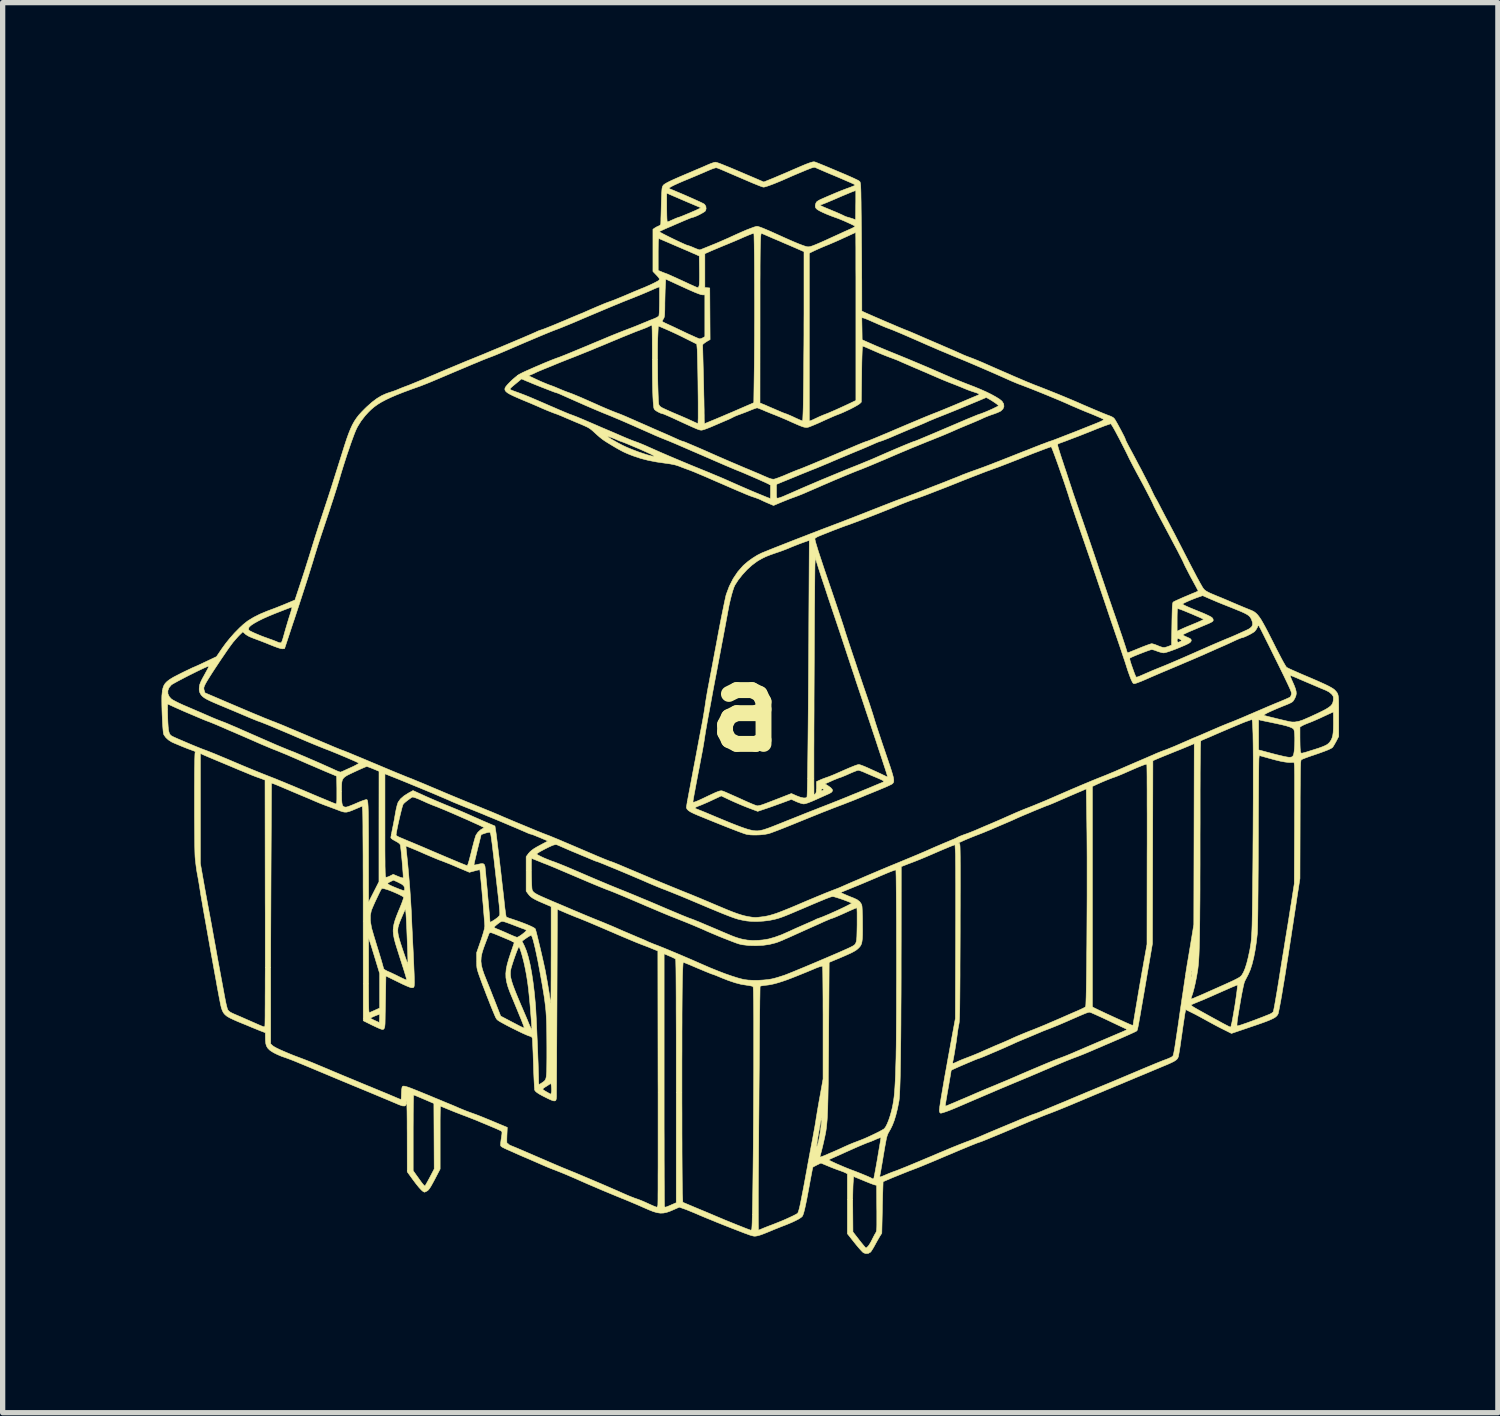
<source format=kicad_pcb>
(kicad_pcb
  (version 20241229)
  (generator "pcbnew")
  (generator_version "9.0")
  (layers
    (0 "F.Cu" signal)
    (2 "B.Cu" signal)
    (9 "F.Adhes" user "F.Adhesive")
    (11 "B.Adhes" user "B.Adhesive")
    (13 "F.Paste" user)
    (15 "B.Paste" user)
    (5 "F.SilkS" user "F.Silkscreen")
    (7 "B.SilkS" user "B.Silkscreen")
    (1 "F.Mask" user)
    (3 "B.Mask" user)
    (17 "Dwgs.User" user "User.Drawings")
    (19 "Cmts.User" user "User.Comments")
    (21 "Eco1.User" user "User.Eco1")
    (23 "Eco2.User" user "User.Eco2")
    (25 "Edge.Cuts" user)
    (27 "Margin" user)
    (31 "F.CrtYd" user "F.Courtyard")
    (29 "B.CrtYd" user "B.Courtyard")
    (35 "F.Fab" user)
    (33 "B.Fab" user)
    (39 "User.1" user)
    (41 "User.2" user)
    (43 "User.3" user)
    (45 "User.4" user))
  (footprint "a"
    (layer "F.Cu")
    (at 11.039 10.306)
    (property "Reference" "a" (at 0 0 0) (layer "F.SilkS") (effects (font (size 1.524 1.524) (thickness 0.3))))
    (attr through_hole)
    (fp_poly (pts (xy 1.29 -10.3) (xy 1.295 -10.299) (xy 1.315 -10.292) (xy 1.353 -10.277) (xy 1.405 -10.256) (xy 1.466 -10.231) (xy 1.501 -10.217) (xy 1.648 -10.155) (xy 1.773 -10.102) (xy 1.878 -10.058) (xy 1.964 -10.02) (xy 2.031 -9.99) (xy 2.081 -9.966) (xy 2.116 -9.949) (xy 2.135 -9.936) (xy 2.139 -9.933) (xy 2.145 -9.927) (xy 2.15 -9.919) (xy 2.153 -9.906) (xy 2.157 -9.888) (xy 2.16 -9.861) (xy 2.162 -9.825) (xy 2.164 -9.776) (xy 2.166 -9.712) (xy 2.167 -9.632) (xy 2.169 -9.534) (xy 2.17 -9.415) (xy 2.172 -9.273) (xy 2.172 -9.261) (xy 2.174 -9.11) (xy 2.176 -8.946) (xy 2.177 -8.773) (xy 2.179 -8.597) (xy 2.18 -8.426) (xy 2.181 -8.264) (xy 2.181 -8.118) (xy 2.182 -8.048) (xy 2.183 -7.483) (xy 2.227 -7.462) (xy 2.255 -7.449) (xy 2.301 -7.429) (xy 2.362 -7.402) (xy 2.433 -7.371) (xy 2.512 -7.337) (xy 2.595 -7.301) (xy 2.679 -7.265) (xy 2.76 -7.231) (xy 2.836 -7.198) (xy 2.902 -7.17) (xy 2.956 -7.148) (xy 2.994 -7.132) (xy 3.013 -7.125) (xy 3.013 -7.125) (xy 3.033 -7.117) (xy 3.072 -7.102) (xy 3.126 -7.079) (xy 3.192 -7.051) (xy 3.265 -7.019) (xy 3.298 -7.005) (xy 3.389 -6.965) (xy 3.487 -6.923) (xy 3.585 -6.881) (xy 3.676 -6.842) (xy 3.751 -6.809) (xy 3.752 -6.809) (xy 3.826 -6.777) (xy 3.901 -6.745) (xy 3.969 -6.715) (xy 4.026 -6.689) (xy 4.049 -6.679) (xy 4.106 -6.653) (xy 4.165 -6.629) (xy 4.216 -6.61) (xy 4.222 -6.608) (xy 4.259 -6.594) (xy 4.313 -6.573) (xy 4.378 -6.546) (xy 4.448 -6.517) (xy 4.489 -6.499) (xy 4.661 -6.423) (xy 4.812 -6.357) (xy 4.944 -6.3) (xy 5.057 -6.25) (xy 5.154 -6.209) (xy 5.237 -6.173) (xy 5.306 -6.144) (xy 5.363 -6.121) (xy 5.41 -6.102) (xy 5.426 -6.095) (xy 5.564 -6.042) (xy 5.683 -5.995) (xy 5.788 -5.953) (xy 5.883 -5.915) (xy 5.973 -5.878) (xy 6.062 -5.841) (xy 6.155 -5.802) (xy 6.256 -5.759) (xy 6.369 -5.709) (xy 6.4 -5.696) (xy 6.491 -5.657) (xy 6.58 -5.619) (xy 6.663 -5.584) (xy 6.735 -5.554) (xy 6.793 -5.531) (xy 6.833 -5.515) (xy 6.838 -5.514) (xy 6.889 -5.494) (xy 6.924 -5.476) (xy 6.947 -5.456) (xy 6.963 -5.434) (xy 6.986 -5.395) (xy 7.014 -5.346) (xy 7.044 -5.29) (xy 7.075 -5.233) (xy 7.104 -5.177) (xy 7.129 -5.129) (xy 7.147 -5.092) (xy 7.156 -5.07) (xy 7.156 -5.068) (xy 7.162 -5.051) (xy 7.177 -5.018) (xy 7.2 -4.973) (xy 7.223 -4.929) (xy 7.284 -4.816) (xy 7.345 -4.702) (xy 7.404 -4.589) (xy 7.462 -4.481) (xy 7.514 -4.379) (xy 7.562 -4.287) (xy 7.602 -4.208) (xy 7.634 -4.145) (xy 7.655 -4.099) (xy 7.658 -4.093) (xy 7.682 -4.042) (xy 7.704 -3.997) (xy 7.722 -3.964) (xy 7.727 -3.956) (xy 7.741 -3.932) (xy 7.763 -3.892) (xy 7.789 -3.843) (xy 7.807 -3.808) (xy 7.837 -3.75) (xy 7.874 -3.679) (xy 7.913 -3.604) (xy 7.95 -3.535) (xy 7.95 -3.535) (xy 7.975 -3.488) (xy 8.009 -3.423) (xy 8.051 -3.343) (xy 8.099 -3.252) (xy 8.15 -3.152) (xy 8.204 -3.048) (xy 8.258 -2.943) (xy 8.264 -2.93) (xy 8.318 -2.826) (xy 8.371 -2.723) (xy 8.422 -2.625) (xy 8.469 -2.536) (xy 8.51 -2.457) (xy 8.545 -2.394) (xy 8.569 -2.349) (xy 8.572 -2.344) (xy 8.597 -2.301) (xy 8.616 -2.267) (xy 8.635 -2.24) (xy 8.655 -2.218) (xy 8.68 -2.199) (xy 8.713 -2.18) (xy 8.757 -2.158) (xy 8.816 -2.133) (xy 8.892 -2.101) (xy 8.949 -2.078) (xy 9.026 -2.046) (xy 9.106 -2.012) (xy 9.182 -1.979) (xy 9.246 -1.952) (xy 9.271 -1.941) (xy 9.336 -1.914) (xy 9.405 -1.885) (xy 9.469 -1.859) (xy 9.494 -1.849) (xy 9.534 -1.833) (xy 9.569 -1.817) (xy 9.601 -1.798) (xy 9.63 -1.774) (xy 9.659 -1.744) (xy 9.689 -1.705) (xy 9.722 -1.656) (xy 9.758 -1.594) (xy 9.8 -1.518) (xy 9.849 -1.425) (xy 9.906 -1.313) (xy 9.96 -1.206) (xy 10.009 -1.108) (xy 10.056 -1.018) (xy 10.098 -0.937) (xy 10.135 -0.868) (xy 10.166 -0.814) (xy 10.188 -0.777) (xy 10.201 -0.759) (xy 10.201 -0.758) (xy 10.221 -0.747) (xy 10.259 -0.728) (xy 10.314 -0.703) (xy 10.38 -0.674) (xy 10.455 -0.641) (xy 10.501 -0.621) (xy 10.638 -0.563) (xy 10.754 -0.513) (xy 10.851 -0.47) (xy 10.93 -0.434) (xy 10.992 -0.404) (xy 11.04 -0.378) (xy 11.075 -0.357) (xy 11.099 -0.34) (xy 11.11 -0.33) (xy 11.131 -0.308) (xy 11.148 -0.288) (xy 11.161 -0.269) (xy 11.17 -0.247) (xy 11.177 -0.22) (xy 11.182 -0.183) (xy 11.185 -0.135) (xy 11.186 -0.072) (xy 11.187 0.009) (xy 11.187 0.11) (xy 11.187 0.159) (xy 11.187 0.548) (xy 11.137 0.645) (xy 11.111 0.691) (xy 11.088 0.73) (xy 11.07 0.756) (xy 11.065 0.76) (xy 11.038 0.777) (xy 10.987 0.801) (xy 10.913 0.83) (xy 10.814 0.866) (xy 10.692 0.908) (xy 10.681 0.911) (xy 10.618 0.933) (xy 10.561 0.954) (xy 10.517 0.971) (xy 10.489 0.984) (xy 10.483 0.987) (xy 10.479 0.991) (xy 10.476 0.998) (xy 10.473 1.009) (xy 10.471 1.026) (xy 10.468 1.051) (xy 10.467 1.086) (xy 10.465 1.13) (xy 10.464 1.187) (xy 10.463 1.258) (xy 10.462 1.343) (xy 10.461 1.446) (xy 10.46 1.566) (xy 10.459 1.707) (xy 10.459 1.868) (xy 10.458 2.053) (xy 10.458 2.117) (xy 10.455 3.231) (xy 10.399 3.59) (xy 10.383 3.699) (xy 10.364 3.825) (xy 10.343 3.961) (xy 10.322 4.1) (xy 10.301 4.234) (xy 10.283 4.357) (xy 10.281 4.366) (xy 10.255 4.537) (xy 10.229 4.705) (xy 10.203 4.867) (xy 10.179 5.022) (xy 10.155 5.168) (xy 10.132 5.303) (xy 10.112 5.426) (xy 10.093 5.534) (xy 10.076 5.625) (xy 10.062 5.698) (xy 10.051 5.751) (xy 10.044 5.782) (xy 10.041 5.789) (xy 10.029 5.81) (xy 10.014 5.828) (xy 9.994 5.846) (xy 9.966 5.864) (xy 9.929 5.883) (xy 9.88 5.905) (xy 9.818 5.93) (xy 9.738 5.959) (xy 9.641 5.993) (xy 9.523 6.033) (xy 9.477 6.049) (xy 9.162 6.156) (xy 9.006 6.078) (xy 8.93 6.04) (xy 8.845 5.995) (xy 8.762 5.95) (xy 8.7 5.916) (xy 8.631 5.878) (xy 8.554 5.836) (xy 8.481 5.797) (xy 8.425 5.769) (xy 8.299 5.706) (xy 8.286 5.765) (xy 8.281 5.793) (xy 8.274 5.841) (xy 8.264 5.907) (xy 8.252 5.986) (xy 8.239 6.074) (xy 8.226 6.169) (xy 8.223 6.19) (xy 8.209 6.284) (xy 8.197 6.372) (xy 8.185 6.45) (xy 8.174 6.514) (xy 8.166 6.562) (xy 8.161 6.59) (xy 8.16 6.593) (xy 8.149 6.619) (xy 8.134 6.641) (xy 8.11 6.662) (xy 8.074 6.685) (xy 8.023 6.71) (xy 7.955 6.741) (xy 7.894 6.766) (xy 7.734 6.833) (xy 7.594 6.892) (xy 7.472 6.943) (xy 7.365 6.987) (xy 7.271 7.027) (xy 7.186 7.062) (xy 7.109 7.095) (xy 7.036 7.125) (xy 6.965 7.154) (xy 6.902 7.181) (xy 6.823 7.213) (xy 6.727 7.254) (xy 6.618 7.299) (xy 6.504 7.347) (xy 6.389 7.395) (xy 6.279 7.442) (xy 6.251 7.453) (xy 6.152 7.495) (xy 6.053 7.536) (xy 5.96 7.574) (xy 5.876 7.608) (xy 5.805 7.636) (xy 5.751 7.657) (xy 5.73 7.665) (xy 5.681 7.683) (xy 5.615 7.709) (xy 5.536 7.741) (xy 5.449 7.777) (xy 5.359 7.814) (xy 5.302 7.838) (xy 5.134 7.909) (xy 4.981 7.974) (xy 4.844 8.032) (xy 4.723 8.082) (xy 4.621 8.124) (xy 4.536 8.159) (xy 4.472 8.185) (xy 4.427 8.202) (xy 4.405 8.21) (xy 4.402 8.21) (xy 4.386 8.215) (xy 4.349 8.229) (xy 4.292 8.252) (xy 4.217 8.282) (xy 4.126 8.32) (xy 4.019 8.364) (xy 3.9 8.415) (xy 3.768 8.47) (xy 3.627 8.53) (xy 3.59 8.546) (xy 3.499 8.584) (xy 3.405 8.623) (xy 3.314 8.661) (xy 3.231 8.694) (xy 3.163 8.72) (xy 3.132 8.732) (xy 3.083 8.75) (xy 3.023 8.774) (xy 2.956 8.801) (xy 2.884 8.83) (xy 2.812 8.859) (xy 2.744 8.887) (xy 2.684 8.913) (xy 2.634 8.934) (xy 2.6 8.949) (xy 2.585 8.957) (xy 2.585 8.957) (xy 2.584 8.97) (xy 2.583 9.005) (xy 2.581 9.059) (xy 2.579 9.13) (xy 2.576 9.215) (xy 2.574 9.312) (xy 2.571 9.417) (xy 2.571 9.444) (xy 2.56 9.928) (xy 2.528 9.978) (xy 2.509 10.01) (xy 2.482 10.057) (xy 2.452 10.111) (xy 2.433 10.146) (xy 2.405 10.197) (xy 2.378 10.241) (xy 2.357 10.273) (xy 2.347 10.285) (xy 2.303 10.31) (xy 2.254 10.312) (xy 2.212 10.296) (xy 2.192 10.278) (xy 2.16 10.244) (xy 2.12 10.199) (xy 2.075 10.145) (xy 2.042 10.104) (xy 1.91 9.937) (xy 1.91 9.394) (xy 2.011 9.394) (xy 2.012 9.498) (xy 2.012 9.519) (xy 2.015 9.903) (xy 2.133 10.055) (xy 2.174 10.107) (xy 2.211 10.152) (xy 2.239 10.185) (xy 2.257 10.204) (xy 2.261 10.207) (xy 2.275 10.199) (xy 2.297 10.178) (xy 2.302 10.173) (xy 2.322 10.146) (xy 2.348 10.104) (xy 2.373 10.056) (xy 2.378 10.046) (xy 2.402 9.998) (xy 2.425 9.954) (xy 2.443 9.924) (xy 2.445 9.92) (xy 2.451 9.91) (xy 2.456 9.897) (xy 2.46 9.879) (xy 2.463 9.853) (xy 2.465 9.817) (xy 2.466 9.768) (xy 2.466 9.703) (xy 2.466 9.62) (xy 2.466 9.516) (xy 2.465 9.455) (xy 2.462 9.024) (xy 2.425 9.015) (xy 2.4 9.007) (xy 2.358 8.992) (xy 2.303 8.97) (xy 2.241 8.945) (xy 2.208 8.931) (xy 2.028 8.857) (xy 2.018 8.996) (xy 2.016 9.044) (xy 2.014 9.113) (xy 2.012 9.197) (xy 2.011 9.293) (xy 2.011 9.394) (xy 1.91 9.394) (xy 1.91 8.806) (xy 1.871 8.786) (xy 1.838 8.771) (xy 1.792 8.754) (xy 1.756 8.741) (xy 1.713 8.726) (xy 1.655 8.704) (xy 1.592 8.679) (xy 1.546 8.66) (xy 1.411 8.604) (xy 1.337 8.639) (xy 1.299 8.659) (xy 1.27 8.674) (xy 1.258 8.683) (xy 1.255 8.697) (xy 1.247 8.732) (xy 1.237 8.785) (xy 1.224 8.853) (xy 1.209 8.933) (xy 1.193 9.021) (xy 1.19 9.037) (xy 1.164 9.177) (xy 1.142 9.294) (xy 1.122 9.39) (xy 1.105 9.467) (xy 1.09 9.526) (xy 1.077 9.569) (xy 1.065 9.599) (xy 1.059 9.609) (xy 1.036 9.63) (xy 0.994 9.658) (xy 0.935 9.689) (xy 0.863 9.723) (xy 0.782 9.757) (xy 0.732 9.777) (xy 0.669 9.801) (xy 0.594 9.831) (xy 0.519 9.861) (xy 0.477 9.879) (xy 0.387 9.916) (xy 0.316 9.944) (xy 0.26 9.964) (xy 0.216 9.976) (xy 0.181 9.983) (xy 0.158 9.984) (xy 0.144 9.983) (xy 0.125 9.979) (xy 0.099 9.972) (xy 0.065 9.962) (xy 0.022 9.946) (xy -0.034 9.926) (xy -0.104 9.899) (xy -0.189 9.866) (xy -0.292 9.826) (xy -0.414 9.778) (xy -0.552 9.723) (xy -0.634 9.689) (xy -0.723 9.653) (xy -0.81 9.617) (xy -0.886 9.585) (xy -0.92 9.57) (xy -0.988 9.541) (xy -1.057 9.513) (xy -1.12 9.487) (xy -1.169 9.469) (xy -1.17 9.469) (xy -1.263 9.436) (xy -1.36 9.479) (xy -1.437 9.512) (xy -1.503 9.535) (xy -1.563 9.547) (xy -1.622 9.549) (xy -1.683 9.54) (xy -1.753 9.52) (xy -1.834 9.488) (xy -1.933 9.445) (xy -1.938 9.443) (xy -1.998 9.416) (xy -2.074 9.383) (xy -2.16 9.347) (xy -2.25 9.309) (xy -2.337 9.273) (xy -2.344 9.271) (xy -2.478 9.216) (xy -2.603 9.164) (xy -2.726 9.113) (xy -2.851 9.059) (xy -2.985 9.002) (xy -3.133 8.937) (xy -3.218 8.899) (xy -3.302 8.863) (xy -3.385 8.827) (xy -3.462 8.795) (xy -3.529 8.768) (xy -3.58 8.748) (xy -3.597 8.741) (xy -3.65 8.721) (xy -3.718 8.694) (xy -3.79 8.664) (xy -3.857 8.635) (xy -3.928 8.604) (xy -4.013 8.567) (xy -4.1 8.529) (xy -4.181 8.494) (xy -4.192 8.49) (xy -4.268 8.457) (xy -4.349 8.421) (xy -4.427 8.386) (xy -4.493 8.357) (xy -4.505 8.352) (xy -4.562 8.326) (xy -4.599 8.307) (xy -4.622 8.293) (xy -4.634 8.28) (xy -4.638 8.265) (xy -4.638 8.248) (xy -4.635 8.214) (xy -4.629 8.165) (xy -4.621 8.113) (xy -4.621 8.111) (xy -4.613 8.059) (xy -4.611 8.025) (xy -4.616 8.007) (xy -4.618 8.004) (xy -4.626 7.999) (xy -4.641 7.99) (xy -4.667 7.978) (xy -4.704 7.961) (xy -4.755 7.939) (xy -4.822 7.911) (xy -4.907 7.875) (xy -5.011 7.832) (xy -5.091 7.798) (xy -5.137 7.78) (xy -5.198 7.756) (xy -5.267 7.729) (xy -5.335 7.703) (xy -5.339 7.702) (xy -5.414 7.673) (xy -5.497 7.641) (xy -5.576 7.609) (xy -5.635 7.585) (xy -5.688 7.563) (xy -5.732 7.545) (xy -5.762 7.533) (xy -5.774 7.528) (xy -5.775 7.54) (xy -5.776 7.575) (xy -5.777 7.629) (xy -5.778 7.701) (xy -5.779 7.788) (xy -5.779 7.888) (xy -5.779 7.999) (xy -5.779 8.117) (xy -5.779 8.716) (xy -5.88 8.91) (xy -5.921 8.986) (xy -5.953 9.043) (xy -5.979 9.083) (xy -6 9.11) (xy -6.019 9.127) (xy -6.021 9.128) (xy -6.051 9.144) (xy -6.073 9.153) (xy -6.075 9.153) (xy -6.099 9.142) (xy -6.134 9.112) (xy -6.18 9.062) (xy -6.235 8.994) (xy -6.289 8.922) (xy -6.4 8.769) (xy -6.401 8.071) (xy -6.401 8.032) (xy -6.288 8.032) (xy -6.288 8.747) (xy -6.23 8.829) (xy -6.178 8.901) (xy -6.139 8.956) (xy -6.11 8.994) (xy -6.089 9.018) (xy -6.076 9.031) (xy -6.067 9.034) (xy -6.063 9.032) (xy -6.054 9.018) (xy -6.035 8.985) (xy -6.01 8.94) (xy -5.98 8.885) (xy -5.971 8.868) (xy -5.891 8.715) (xy -5.894 8.097) (xy -5.897 7.478) (xy -6.083 7.398) (xy -6.146 7.371) (xy -6.201 7.348) (xy -6.244 7.33) (xy -6.272 7.32) (xy -6.279 7.318) (xy -6.28 7.33) (xy -6.282 7.364) (xy -6.283 7.419) (xy -6.285 7.493) (xy -6.286 7.582) (xy -6.287 7.685) (xy -6.287 7.8) (xy -6.288 7.924) (xy -6.288 8.032) (xy -6.401 8.032) (xy -6.402 7.944) (xy -6.402 7.827) (xy -6.403 7.721) (xy -6.404 7.629) (xy -6.406 7.552) (xy -6.407 7.493) (xy -6.408 7.453) (xy -6.41 7.434) (xy -6.411 7.435) (xy -6.417 7.474) (xy -6.425 7.504) (xy -6.428 7.513) (xy -6.45 7.526) (xy -6.49 7.524) (xy -6.546 7.505) (xy -6.569 7.496) (xy -6.607 7.479) (xy -6.665 7.455) (xy -6.74 7.423) (xy -6.831 7.385) (xy -6.934 7.342) (xy -7.046 7.295) (xy -7.164 7.246) (xy -7.287 7.195) (xy -7.367 7.162) (xy -7.438 7.133) (xy -7.526 7.096) (xy -7.625 7.055) (xy -7.731 7.011) (xy -7.836 6.967) (xy -7.931 6.927) (xy -8.087 6.862) (xy -8.22 6.806) (xy -8.335 6.758) (xy -8.43 6.719) (xy -8.509 6.686) (xy -8.572 6.661) (xy -8.622 6.642) (xy -8.659 6.628) (xy -8.684 6.619) (xy -8.689 6.617) (xy -8.771 6.589) (xy -8.851 6.555) (xy -8.922 6.52) (xy -8.978 6.485) (xy -9 6.468) (xy -9.034 6.433) (xy -9.056 6.396) (xy -9.07 6.352) (xy -8.979 6.352) (xy -8.942 6.387) (xy -8.916 6.405) (xy -8.869 6.431) (xy -8.805 6.462) (xy -8.727 6.496) (xy -8.638 6.534) (xy -8.542 6.573) (xy -8.441 6.611) (xy -8.409 6.623) (xy -8.364 6.64) (xy -8.32 6.657) (xy -8.272 6.676) (xy -8.218 6.697) (xy -8.157 6.722) (xy -8.084 6.753) (xy -7.997 6.789) (xy -7.894 6.832) (xy -7.772 6.884) (xy -7.714 6.908) (xy -7.643 6.938) (xy -7.554 6.975) (xy -7.452 7.017) (xy -7.344 7.062) (xy -7.234 7.108) (xy -7.127 7.152) (xy -7.104 7.161) (xy -7.008 7.201) (xy -6.914 7.24) (xy -6.826 7.276) (xy -6.749 7.308) (xy -6.686 7.335) (xy -6.64 7.354) (xy -6.625 7.361) (xy -6.579 7.38) (xy -6.543 7.395) (xy -6.522 7.403) (xy -6.519 7.404) (xy -6.515 7.393) (xy -6.512 7.363) (xy -6.51 7.319) (xy -6.51 7.308) (xy -6.508 7.257) (xy -6.505 7.213) (xy -6.5 7.183) (xy -6.5 7.181) (xy -6.496 7.168) (xy -6.491 7.159) (xy -6.483 7.152) (xy -6.47 7.15) (xy -6.45 7.152) (xy -6.421 7.159) (xy -6.382 7.171) (xy -6.33 7.19) (xy -6.264 7.216) (xy -6.182 7.249) (xy -6.082 7.29) (xy -5.962 7.339) (xy -5.879 7.374) (xy -5.803 7.405) (xy -5.731 7.435) (xy -5.667 7.462) (xy -5.615 7.483) (xy -5.582 7.497) (xy -5.581 7.497) (xy -5.537 7.515) (xy -5.481 7.539) (xy -5.422 7.565) (xy -5.407 7.571) (xy -5.345 7.597) (xy -5.272 7.626) (xy -5.202 7.652) (xy -5.184 7.658) (xy -5.14 7.674) (xy -5.093 7.691) (xy -5.039 7.712) (xy -4.976 7.737) (xy -4.901 7.768) (xy -4.81 7.805) (xy -4.701 7.851) (xy -4.634 7.879) (xy -4.511 7.93) (xy -4.518 8.083) (xy -4.52 8.148) (xy -4.52 8.192) (xy -4.518 8.219) (xy -4.513 8.232) (xy -4.507 8.235) (xy -4.491 8.241) (xy -4.49 8.246) (xy -4.479 8.256) (xy -4.452 8.27) (xy -4.431 8.279) (xy -4.406 8.289) (xy -4.362 8.307) (xy -4.3 8.333) (xy -4.225 8.365) (xy -4.139 8.402) (xy -4.044 8.443) (xy -3.945 8.486) (xy -3.938 8.489) (xy -3.835 8.533) (xy -3.736 8.576) (xy -3.643 8.616) (xy -3.559 8.652) (xy -3.488 8.682) (xy -3.433 8.705) (xy -3.398 8.719) (xy -3.325 8.749) (xy -3.233 8.786) (xy -3.126 8.831) (xy -3.01 8.88) (xy -2.887 8.932) (xy -2.762 8.985) (xy -2.639 9.038) (xy -2.522 9.089) (xy -2.416 9.135) (xy -2.324 9.176) (xy -2.301 9.186) (xy -2.237 9.214) (xy -2.171 9.241) (xy -2.112 9.264) (xy -2.077 9.276) (xy -2.031 9.292) (xy -1.97 9.316) (xy -1.903 9.345) (xy -1.848 9.37) (xy -1.793 9.395) (xy -1.745 9.416) (xy -1.709 9.43) (xy -1.691 9.437) (xy -1.69 9.437) (xy -1.678 9.427) (xy -1.669 9.401) (xy -1.668 9.398) (xy -1.668 9.382) (xy -1.667 9.342) (xy -1.666 9.279) (xy -1.666 9.196) (xy -1.665 9.093) (xy -1.665 8.971) (xy -1.665 8.831) (xy -1.664 8.676) (xy -1.664 8.505) (xy -1.664 8.321) (xy -1.664 8.124) (xy -1.664 7.915) (xy -1.664 7.697) (xy -1.664 7.47) (xy -1.664 7.235) (xy -1.665 7.025) (xy -1.55 7.025) (xy -1.55 7.266) (xy -1.55 7.501) (xy -1.55 7.728) (xy -1.55 7.945) (xy -1.549 8.153) (xy -1.549 8.349) (xy -1.549 8.533) (xy -1.548 8.703) (xy -1.548 8.857) (xy -1.547 8.996) (xy -1.546 9.117) (xy -1.546 9.22) (xy -1.545 9.302) (xy -1.544 9.364) (xy -1.544 9.403) (xy -1.543 9.418) (xy -1.543 9.419) (xy -1.538 9.43) (xy -1.53 9.435) (xy -1.516 9.434) (xy -1.491 9.425) (xy -1.449 9.408) (xy -1.42 9.395) (xy -1.321 9.352) (xy -1.321 7.072) (xy -1.214 7.072) (xy -1.214 7.273) (xy -1.214 7.472) (xy -1.213 7.669) (xy -1.213 7.861) (xy -1.213 8.047) (xy -1.212 8.226) (xy -1.212 8.394) (xy -1.211 8.551) (xy -1.21 8.695) (xy -1.209 8.824) (xy -1.208 8.936) (xy -1.207 9.03) (xy -1.206 9.103) (xy -1.205 9.154) (xy -1.205 9.171) (xy -1.197 9.344) (xy -0.943 9.451) (xy -0.85 9.49) (xy -0.748 9.532) (xy -0.644 9.576) (xy -0.548 9.617) (xy -0.471 9.649) (xy -0.401 9.679) (xy -0.324 9.71) (xy -0.245 9.742) (xy -0.166 9.774) (xy -0.092 9.803) (xy -0.027 9.829) (xy 0.028 9.85) (xy 0.067 9.864) (xy 0.087 9.871) (xy 0.089 9.871) (xy 0.099 9.862) (xy 0.104 9.854) (xy 0.106 9.835) (xy 0.109 9.793) (xy 0.112 9.729) (xy 0.114 9.645) (xy 0.117 9.543) (xy 0.118 9.461) (xy 0.228 9.461) (xy 0.228 9.573) (xy 0.228 9.67) (xy 0.229 9.749) (xy 0.23 9.811) (xy 0.231 9.851) (xy 0.232 9.869) (xy 0.233 9.87) (xy 0.249 9.864) (xy 0.281 9.851) (xy 0.322 9.834) (xy 0.323 9.833) (xy 0.371 9.814) (xy 0.432 9.79) (xy 0.496 9.766) (xy 0.527 9.754) (xy 0.597 9.726) (xy 0.672 9.696) (xy 0.746 9.664) (xy 0.816 9.632) (xy 0.878 9.603) (xy 0.927 9.578) (xy 0.96 9.559) (xy 0.97 9.552) (xy 0.977 9.54) (xy 0.986 9.518) (xy 0.996 9.484) (xy 1.008 9.437) (xy 1.022 9.374) (xy 1.038 9.294) (xy 1.057 9.196) (xy 1.08 9.079) (xy 1.106 8.94) (xy 1.135 8.779) (xy 1.142 8.744) (xy 1.161 8.637) (xy 1.178 8.545) (xy 1.563 8.545) (xy 1.574 8.553) (xy 1.603 8.569) (xy 1.648 8.59) (xy 1.704 8.616) (xy 1.767 8.643) (xy 1.832 8.671) (xy 1.897 8.698) (xy 1.956 8.721) (xy 1.989 8.734) (xy 2.051 8.757) (xy 2.118 8.783) (xy 2.185 8.81) (xy 2.248 8.836) (xy 2.303 8.859) (xy 2.345 8.878) (xy 2.37 8.891) (xy 2.374 8.894) (xy 2.394 8.904) (xy 2.408 8.891) (xy 2.411 8.883) (xy 2.416 8.861) (xy 2.416 8.858) (xy 2.52 8.858) (xy 2.522 8.865) (xy 2.535 8.864) (xy 2.56 8.856) (xy 2.601 8.839) (xy 2.646 8.82) (xy 2.701 8.797) (xy 2.754 8.776) (xy 2.795 8.761) (xy 2.809 8.756) (xy 2.84 8.745) (xy 2.891 8.725) (xy 2.961 8.697) (xy 3.048 8.662) (xy 3.149 8.62) (xy 3.262 8.573) (xy 3.385 8.521) (xy 3.517 8.466) (xy 3.654 8.407) (xy 3.665 8.403) (xy 3.758 8.364) (xy 3.852 8.324) (xy 3.944 8.287) (xy 4.028 8.253) (xy 4.098 8.226) (xy 4.136 8.211) (xy 4.212 8.183) (xy 4.295 8.15) (xy 4.375 8.118) (xy 4.434 8.093) (xy 4.492 8.068) (xy 4.566 8.036) (xy 4.649 8.001) (xy 4.733 7.966) (xy 4.787 7.943) (xy 4.872 7.908) (xy 4.965 7.869) (xy 5.057 7.831) (xy 5.139 7.796) (xy 5.179 7.779) (xy 5.248 7.751) (xy 5.317 7.723) (xy 5.378 7.699) (xy 5.426 7.681) (xy 5.437 7.678) (xy 5.487 7.66) (xy 5.549 7.636) (xy 5.612 7.61) (xy 5.634 7.6) (xy 5.701 7.572) (xy 5.777 7.54) (xy 5.848 7.511) (xy 5.866 7.503) (xy 5.932 7.476) (xy 6.005 7.446) (xy 6.072 7.418) (xy 6.09 7.41) (xy 6.125 7.395) (xy 6.18 7.372) (xy 6.251 7.342) (xy 6.336 7.307) (xy 6.43 7.267) (xy 6.532 7.225) (xy 6.637 7.181) (xy 6.654 7.174) (xy 6.773 7.125) (xy 6.901 7.072) (xy 7.032 7.017) (xy 7.16 6.963) (xy 7.281 6.912) (xy 7.388 6.867) (xy 7.454 6.839) (xy 7.547 6.8) (xy 7.639 6.762) (xy 7.725 6.726) (xy 7.802 6.695) (xy 7.864 6.67) (xy 7.909 6.653) (xy 7.913 6.652) (xy 7.965 6.632) (xy 8.01 6.612) (xy 8.041 6.595) (xy 8.05 6.588) (xy 8.054 6.583) (xy 8.059 6.575) (xy 8.063 6.564) (xy 8.067 6.547) (xy 8.073 6.523) (xy 8.079 6.49) (xy 8.087 6.447) (xy 8.096 6.392) (xy 8.106 6.324) (xy 8.119 6.24) (xy 8.134 6.139) (xy 8.152 6.021) (xy 8.172 5.882) (xy 8.195 5.721) (xy 8.21 5.621) (xy 8.401 5.621) (xy 8.408 5.631) (xy 8.429 5.647) (xy 8.466 5.67) (xy 8.52 5.701) (xy 8.593 5.742) (xy 8.61 5.751) (xy 8.732 5.819) (xy 8.834 5.875) (xy 8.919 5.921) (xy 8.986 5.958) (xy 9.039 5.986) (xy 9.08 6.007) (xy 9.109 6.022) (xy 9.128 6.031) (xy 9.14 6.035) (xy 9.146 6.036) (xy 9.146 6.036) (xy 9.152 6.023) (xy 9.16 5.992) (xy 9.266 5.992) (xy 9.268 6.008) (xy 9.273 6.015) (xy 9.275 6.015) (xy 9.29 6.011) (xy 9.323 6.001) (xy 9.368 5.987) (xy 9.389 5.979) (xy 9.448 5.959) (xy 9.517 5.934) (xy 9.593 5.906) (xy 9.671 5.876) (xy 9.745 5.848) (xy 9.81 5.822) (xy 9.863 5.801) (xy 9.898 5.786) (xy 9.9 5.785) (xy 9.931 5.766) (xy 9.95 5.748) (xy 9.952 5.743) (xy 9.96 5.709) (xy 9.971 5.654) (xy 9.985 5.577) (xy 10.002 5.478) (xy 10.023 5.356) (xy 10.047 5.21) (xy 10.064 5.104) (xy 10.083 4.983) (xy 10.105 4.845) (xy 10.129 4.697) (xy 10.154 4.546) (xy 10.177 4.4) (xy 10.199 4.266) (xy 10.206 4.223) (xy 10.225 4.108) (xy 10.244 3.99) (xy 10.262 3.876) (xy 10.279 3.768) (xy 10.295 3.672) (xy 10.307 3.592) (xy 10.314 3.547) (xy 10.348 3.33) (xy 10.353 2.233) (xy 10.353 2.069) (xy 10.354 1.911) (xy 10.354 1.762) (xy 10.354 1.622) (xy 10.354 1.495) (xy 10.354 1.381) (xy 10.354 1.283) (xy 10.353 1.202) (xy 10.352 1.141) (xy 10.351 1.101) (xy 10.35 1.086) (xy 10.343 1.036) (xy 10.283 1.04) (xy 10.233 1.039) (xy 10.169 1.031) (xy 10.087 1.016) (xy 9.987 0.992) (xy 9.866 0.959) (xy 9.856 0.956) (xy 9.687 0.909) (xy 9.681 0.96) (xy 9.68 0.979) (xy 9.679 1.02) (xy 9.678 1.084) (xy 9.677 1.168) (xy 9.676 1.27) (xy 9.675 1.39) (xy 9.674 1.524) (xy 9.673 1.673) (xy 9.672 1.835) (xy 9.671 2.007) (xy 9.67 2.189) (xy 9.67 2.378) (xy 9.669 2.567) (xy 9.668 2.817) (xy 9.667 3.05) (xy 9.665 3.265) (xy 9.664 3.462) (xy 9.662 3.639) (xy 9.661 3.797) (xy 9.659 3.934) (xy 9.657 4.05) (xy 9.655 4.143) (xy 9.653 4.214) (xy 9.651 4.261) (xy 9.65 4.273) (xy 9.632 4.433) (xy 9.609 4.585) (xy 9.582 4.725) (xy 9.551 4.849) (xy 9.517 4.955) (xy 9.48 5.04) (xy 9.479 5.042) (xy 9.454 5.09) (xy 9.43 5.136) (xy 9.413 5.17) (xy 9.412 5.172) (xy 9.403 5.197) (xy 9.391 5.244) (xy 9.377 5.31) (xy 9.36 5.393) (xy 9.342 5.49) (xy 9.327 5.577) (xy 9.307 5.695) (xy 9.291 5.79) (xy 9.279 5.866) (xy 9.271 5.923) (xy 9.267 5.965) (xy 9.266 5.992) (xy 9.16 5.992) (xy 9.161 5.989) (xy 9.172 5.939) (xy 9.184 5.876) (xy 9.197 5.803) (xy 9.198 5.797) (xy 9.213 5.709) (xy 9.228 5.619) (xy 9.241 5.532) (xy 9.253 5.449) (xy 9.263 5.376) (xy 9.27 5.316) (xy 9.275 5.271) (xy 9.276 5.245) (xy 9.275 5.24) (xy 9.263 5.244) (xy 9.232 5.257) (xy 9.183 5.277) (xy 9.121 5.304) (xy 9.049 5.336) (xy 8.968 5.371) (xy 8.967 5.372) (xy 8.878 5.411) (xy 8.791 5.45) (xy 8.708 5.486) (xy 8.635 5.518) (xy 8.576 5.542) (xy 8.544 5.555) (xy 8.492 5.576) (xy 8.447 5.595) (xy 8.415 5.609) (xy 8.404 5.614) (xy 8.401 5.621) (xy 8.21 5.621) (xy 8.218 5.569) (xy 8.227 5.503) (xy 8.396 5.503) (xy 8.399 5.505) (xy 8.41 5.503) (xy 8.429 5.497) (xy 8.46 5.485) (xy 8.503 5.466) (xy 8.563 5.441) (xy 8.639 5.408) (xy 8.735 5.365) (xy 8.812 5.331) (xy 8.933 5.277) (xy 9.034 5.232) (xy 9.117 5.194) (xy 9.183 5.164) (xy 9.234 5.139) (xy 9.274 5.118) (xy 9.303 5.102) (xy 9.325 5.087) (xy 9.34 5.074) (xy 9.352 5.062) (xy 9.357 5.055) (xy 9.389 5.001) (xy 9.421 4.924) (xy 9.451 4.828) (xy 9.479 4.717) (xy 9.48 4.713) (xy 9.492 4.655) (xy 9.504 4.603) (xy 9.513 4.553) (xy 9.521 4.503) (xy 9.529 4.453) (xy 9.535 4.399) (xy 9.54 4.34) (xy 9.544 4.273) (xy 9.548 4.197) (xy 9.551 4.109) (xy 9.553 4.008) (xy 9.555 3.891) (xy 9.557 3.757) (xy 9.559 3.604) (xy 9.561 3.429) (xy 9.562 3.311) (xy 9.565 3.071) (xy 9.567 2.832) (xy 9.568 2.594) (xy 9.57 2.36) (xy 9.571 2.131) (xy 9.572 1.91) (xy 9.573 1.696) (xy 9.573 1.493) (xy 9.573 1.302) (xy 9.573 1.125) (xy 9.573 0.962) (xy 9.572 0.817) (xy 9.572 0.802) (xy 9.674 0.802) (xy 9.931 0.871) (xy 10.011 0.892) (xy 10.087 0.91) (xy 10.154 0.926) (xy 10.207 0.936) (xy 10.242 0.941) (xy 10.247 0.942) (xy 10.285 0.94) (xy 10.308 0.932) (xy 10.326 0.912) (xy 10.328 0.909) (xy 10.337 0.882) (xy 10.345 0.836) (xy 10.351 0.776) (xy 10.355 0.707) (xy 10.357 0.635) (xy 10.357 0.565) (xy 10.354 0.503) (xy 10.349 0.453) (xy 10.341 0.421) (xy 10.339 0.416) (xy 10.323 0.399) (xy 10.295 0.383) (xy 10.267 0.372) (xy 10.455 0.372) (xy 10.455 0.573) (xy 10.456 0.646) (xy 10.457 0.713) (xy 10.459 0.769) (xy 10.462 0.809) (xy 10.463 0.822) (xy 10.47 0.853) (xy 10.48 0.864) (xy 10.501 0.863) (xy 10.51 0.861) (xy 10.535 0.854) (xy 10.579 0.842) (xy 10.635 0.824) (xy 10.699 0.804) (xy 10.722 0.797) (xy 10.809 0.769) (xy 10.875 0.745) (xy 10.925 0.724) (xy 10.962 0.705) (xy 10.989 0.685) (xy 11.011 0.663) (xy 11.02 0.652) (xy 11.044 0.616) (xy 11.061 0.577) (xy 11.074 0.531) (xy 11.082 0.473) (xy 11.086 0.399) (xy 11.088 0.305) (xy 11.088 0.289) (xy 11.087 0.222) (xy 11.087 0.164) (xy 11.086 0.119) (xy 11.084 0.093) (xy 11.083 0.087) (xy 11.071 0.092) (xy 11.041 0.106) (xy 10.995 0.127) (xy 10.939 0.153) (xy 10.9 0.171) (xy 10.83 0.204) (xy 10.76 0.235) (xy 10.695 0.263) (xy 10.643 0.284) (xy 10.629 0.289) (xy 10.578 0.309) (xy 10.531 0.329) (xy 10.498 0.346) (xy 10.495 0.347) (xy 10.455 0.372) (xy 10.267 0.372) (xy 10.255 0.367) (xy 10.198 0.349) (xy 10.123 0.33) (xy 10.028 0.309) (xy 9.943 0.291) (xy 9.872 0.276) (xy 9.808 0.263) (xy 9.755 0.252) (xy 9.718 0.244) (xy 9.703 0.24) (xy 9.674 0.233) (xy 9.674 0.802) (xy 9.572 0.802) (xy 9.571 0.69) (xy 9.569 0.583) (xy 9.568 0.498) (xy 9.566 0.448) (xy 9.563 0.368) (xy 9.56 0.309) (xy 9.557 0.269) (xy 9.553 0.245) (xy 9.549 0.233) (xy 9.542 0.23) (xy 9.539 0.231) (xy 9.517 0.239) (xy 9.48 0.253) (xy 9.438 0.267) (xy 9.407 0.279) (xy 9.357 0.299) (xy 9.29 0.327) (xy 9.212 0.36) (xy 9.124 0.397) (xy 9.031 0.437) (xy 8.979 0.459) (xy 8.888 0.498) (xy 8.804 0.535) (xy 8.73 0.567) (xy 8.668 0.593) (xy 8.621 0.613) (xy 8.593 0.626) (xy 8.586 0.629) (xy 8.583 0.634) (xy 8.581 0.649) (xy 8.579 0.675) (xy 8.578 0.713) (xy 8.576 0.763) (xy 8.575 0.827) (xy 8.574 0.906) (xy 8.573 1.001) (xy 8.572 1.112) (xy 8.571 1.242) (xy 8.571 1.39) (xy 8.57 1.558) (xy 8.57 1.747) (xy 8.57 1.958) (xy 8.57 2.192) (xy 8.569 2.404) (xy 8.569 2.698) (xy 8.569 2.968) (xy 8.568 3.215) (xy 8.568 3.441) (xy 8.567 3.647) (xy 8.565 3.833) (xy 8.564 4) (xy 8.562 4.151) (xy 8.56 4.285) (xy 8.558 4.405) (xy 8.555 4.51) (xy 8.552 4.602) (xy 8.549 4.683) (xy 8.545 4.753) (xy 8.541 4.814) (xy 8.536 4.866) (xy 8.531 4.91) (xy 8.527 4.942) (xy 8.505 5.076) (xy 8.481 5.198) (xy 8.457 5.302) (xy 8.434 5.387) (xy 8.427 5.41) (xy 8.412 5.453) (xy 8.401 5.486) (xy 8.397 5.503) (xy 8.396 5.503) (xy 8.227 5.503) (xy 8.236 5.446) (xy 8.254 5.325) (xy 8.271 5.208) (xy 8.288 5.098) (xy 8.292 5.068) (xy 8.397 5.068) (xy 8.398 5.084) (xy 8.401 5.084) (xy 8.405 5.07) (xy 8.41 5.039) (xy 8.413 5.017) (xy 8.416 4.984) (xy 8.414 4.975) (xy 8.409 4.986) (xy 8.403 5.011) (xy 8.399 5.041) (xy 8.397 5.068) (xy 8.292 5.068) (xy 8.302 5.001) (xy 8.315 4.919) (xy 8.325 4.856) (xy 8.329 4.833) (xy 8.341 4.762) (xy 8.356 4.674) (xy 8.372 4.577) (xy 8.389 4.477) (xy 8.404 4.382) (xy 8.406 4.374) (xy 8.451 4.099) (xy 8.455 2.392) (xy 8.459 0.684) (xy 8.356 0.728) (xy 8.31 0.747) (xy 8.248 0.773) (xy 8.174 0.803) (xy 8.096 0.834) (xy 8.037 0.858) (xy 7.963 0.888) (xy 7.891 0.917) (xy 7.828 0.943) (xy 7.777 0.964) (xy 7.749 0.976) (xy 7.678 1.007) (xy 7.67 4.459) (xy 7.549 5.166) (xy 7.52 5.337) (xy 7.494 5.486) (xy 7.472 5.614) (xy 7.453 5.723) (xy 7.438 5.813) (xy 7.424 5.888) (xy 7.414 5.948) (xy 7.405 5.995) (xy 7.398 6.031) (xy 7.392 6.058) (xy 7.388 6.077) (xy 7.384 6.089) (xy 7.381 6.098) (xy 7.377 6.103) (xy 7.375 6.107) (xy 7.36 6.116) (xy 7.326 6.133) (xy 7.274 6.157) (xy 7.208 6.187) (xy 7.129 6.222) (xy 7.042 6.26) (xy 6.976 6.288) (xy 6.877 6.331) (xy 6.778 6.373) (xy 6.684 6.414) (xy 6.598 6.45) (xy 6.525 6.482) (xy 6.468 6.506) (xy 6.449 6.514) (xy 6.382 6.542) (xy 6.312 6.57) (xy 6.248 6.595) (xy 6.207 6.61) (xy 6.142 6.635) (xy 6.055 6.669) (xy 5.947 6.714) (xy 5.818 6.769) (xy 5.67 6.833) (xy 5.624 6.852) (xy 5.562 6.879) (xy 5.485 6.912) (xy 5.402 6.947) (xy 5.323 6.981) (xy 5.302 6.989) (xy 5.171 7.044) (xy 5.06 7.09) (xy 4.967 7.129) (xy 4.889 7.162) (xy 4.824 7.189) (xy 4.768 7.213) (xy 4.72 7.233) (xy 4.677 7.252) (xy 4.663 7.258) (xy 4.607 7.282) (xy 4.536 7.312) (xy 4.459 7.345) (xy 4.384 7.377) (xy 4.372 7.382) (xy 4.295 7.415) (xy 4.211 7.451) (xy 4.13 7.486) (xy 4.061 7.516) (xy 4.056 7.518) (xy 3.946 7.565) (xy 3.853 7.603) (xy 3.776 7.632) (xy 3.718 7.651) (xy 3.681 7.661) (xy 3.666 7.66) (xy 3.651 7.642) (xy 3.646 7.609) (xy 3.649 7.581) (xy 3.655 7.53) (xy 3.658 7.514) (xy 3.76 7.514) (xy 3.76 7.524) (xy 3.761 7.528) (xy 3.764 7.528) (xy 3.765 7.528) (xy 3.778 7.524) (xy 3.81 7.511) (xy 3.859 7.49) (xy 3.92 7.465) (xy 3.99 7.435) (xy 4.022 7.421) (xy 4.103 7.387) (xy 4.183 7.353) (xy 4.257 7.321) (xy 4.319 7.294) (xy 4.365 7.274) (xy 4.372 7.271) (xy 4.417 7.252) (xy 4.479 7.226) (xy 4.551 7.195) (xy 4.628 7.164) (xy 4.682 7.142) (xy 4.767 7.106) (xy 4.861 7.067) (xy 4.954 7.028) (xy 5.038 6.992) (xy 5.073 6.977) (xy 5.196 6.923) (xy 5.32 6.87) (xy 5.44 6.819) (xy 5.554 6.771) (xy 5.659 6.727) (xy 5.753 6.688) (xy 5.832 6.656) (xy 5.894 6.632) (xy 5.935 6.617) (xy 5.988 6.597) (xy 6.055 6.571) (xy 6.125 6.542) (xy 6.17 6.523) (xy 6.215 6.503) (xy 6.279 6.476) (xy 6.358 6.442) (xy 6.448 6.403) (xy 6.545 6.362) (xy 6.645 6.319) (xy 6.703 6.295) (xy 6.799 6.254) (xy 6.888 6.216) (xy 6.97 6.181) (xy 7.04 6.151) (xy 7.095 6.128) (xy 7.133 6.111) (xy 7.148 6.104) (xy 7.196 6.082) (xy 7.049 6.013) (xy 6.92 5.952) (xy 6.811 5.9) (xy 6.722 5.858) (xy 6.649 5.825) (xy 6.592 5.799) (xy 6.548 5.78) (xy 6.517 5.766) (xy 6.495 5.758) (xy 6.482 5.755) (xy 6.479 5.755) (xy 6.469 5.756) (xy 6.454 5.76) (xy 6.432 5.767) (xy 6.4 5.779) (xy 6.357 5.797) (xy 6.3 5.821) (xy 6.227 5.853) (xy 6.135 5.893) (xy 6.051 5.93) (xy 5.972 5.964) (xy 5.892 5.998) (xy 5.816 6.029) (xy 5.751 6.055) (xy 5.712 6.07) (xy 5.652 6.093) (xy 5.591 6.117) (xy 5.54 6.139) (xy 5.521 6.147) (xy 5.483 6.163) (xy 5.429 6.186) (xy 5.365 6.213) (xy 5.298 6.241) (xy 5.283 6.247) (xy 5.218 6.274) (xy 5.154 6.301) (xy 5.1 6.324) (xy 5.061 6.342) (xy 5.054 6.345) (xy 5.009 6.366) (xy 4.95 6.392) (xy 4.882 6.423) (xy 4.808 6.455) (xy 4.73 6.489) (xy 4.654 6.521) (xy 4.582 6.552) (xy 4.518 6.579) (xy 4.465 6.601) (xy 4.427 6.616) (xy 4.408 6.623) (xy 4.406 6.623) (xy 4.39 6.628) (xy 4.355 6.641) (xy 4.305 6.661) (xy 4.244 6.687) (xy 4.174 6.716) (xy 4.164 6.721) (xy 4.074 6.759) (xy 4.005 6.789) (xy 3.954 6.812) (xy 3.917 6.829) (xy 3.893 6.84) (xy 3.879 6.848) (xy 3.872 6.853) (xy 3.87 6.857) (xy 3.87 6.858) (xy 3.867 6.872) (xy 3.862 6.907) (xy 3.853 6.96) (xy 3.841 7.027) (xy 3.828 7.106) (xy 3.814 7.186) (xy 3.796 7.287) (xy 3.783 7.365) (xy 3.773 7.424) (xy 3.766 7.467) (xy 3.761 7.496) (xy 3.76 7.514) (xy 3.658 7.514) (xy 3.666 7.457) (xy 3.681 7.364) (xy 3.7 7.253) (xy 3.722 7.124) (xy 3.747 6.978) (xy 3.776 6.819) (xy 3.795 6.714) (xy 3.897 6.714) (xy 3.907 6.721) (xy 3.931 6.714) (xy 3.973 6.695) (xy 3.98 6.692) (xy 4.016 6.675) (xy 4.068 6.653) (xy 4.129 6.629) (xy 4.179 6.61) (xy 4.249 6.583) (xy 4.331 6.55) (xy 4.412 6.516) (xy 4.469 6.49) (xy 4.542 6.458) (xy 4.623 6.423) (xy 4.7 6.389) (xy 4.753 6.367) (xy 4.82 6.339) (xy 4.899 6.305) (xy 4.978 6.27) (xy 5.038 6.242) (xy 5.108 6.211) (xy 5.192 6.176) (xy 5.279 6.14) (xy 5.361 6.107) (xy 5.376 6.102) (xy 5.424 6.083) (xy 5.474 6.063) (xy 5.528 6.041) (xy 5.589 6.016) (xy 5.659 5.987) (xy 5.739 5.952) (xy 5.833 5.912) (xy 5.942 5.865) (xy 6.069 5.809) (xy 6.216 5.745) (xy 6.263 5.725) (xy 6.316 5.701) (xy 6.362 5.679) (xy 6.394 5.662) (xy 6.408 5.653) (xy 6.41 5.638) (xy 6.413 5.6) (xy 6.415 5.541) (xy 6.418 5.461) (xy 6.42 5.364) (xy 6.422 5.25) (xy 6.424 5.121) (xy 6.426 4.979) (xy 6.428 4.825) (xy 6.429 4.661) (xy 6.431 4.489) (xy 6.432 4.31) (xy 6.433 4.125) (xy 6.434 3.938) (xy 6.435 3.749) (xy 6.436 3.559) (xy 6.436 3.371) (xy 6.436 3.186) (xy 6.436 3.006) (xy 6.436 2.833) (xy 6.435 2.667) (xy 6.434 2.511) (xy 6.433 2.367) (xy 6.431 2.235) (xy 6.431 2.205) (xy 6.421 1.539) (xy 6.376 1.558) (xy 6.345 1.572) (xy 6.298 1.592) (xy 6.245 1.614) (xy 6.22 1.625) (xy 6.167 1.648) (xy 6.099 1.677) (xy 6.024 1.71) (xy 5.949 1.742) (xy 5.927 1.752) (xy 5.861 1.781) (xy 5.8 1.807) (xy 5.747 1.829) (xy 5.71 1.844) (xy 5.698 1.848) (xy 5.672 1.857) (xy 5.627 1.875) (xy 5.568 1.899) (xy 5.499 1.927) (xy 5.424 1.958) (xy 5.347 1.991) (xy 5.272 2.022) (xy 5.204 2.051) (xy 5.146 2.076) (xy 5.11 2.092) (xy 5.047 2.121) (xy 4.972 2.154) (xy 4.888 2.19) (xy 4.799 2.228) (xy 4.71 2.266) (xy 4.625 2.303) (xy 4.547 2.335) (xy 4.48 2.363) (xy 4.429 2.383) (xy 4.403 2.393) (xy 4.354 2.412) (xy 4.295 2.435) (xy 4.231 2.461) (xy 4.168 2.487) (xy 4.11 2.512) (xy 4.062 2.534) (xy 4.029 2.549) (xy 4.018 2.555) (xy 4.007 2.564) (xy 4.019 2.567) (xy 4.022 2.567) (xy 4.025 2.568) (xy 4.028 2.571) (xy 4.031 2.578) (xy 4.033 2.589) (xy 4.035 2.606) (xy 4.037 2.631) (xy 4.038 2.664) (xy 4.039 2.707) (xy 4.04 2.761) (xy 4.041 2.827) (xy 4.041 2.906) (xy 4.042 3.001) (xy 4.042 3.111) (xy 4.042 3.238) (xy 4.042 3.383) (xy 4.041 3.548) (xy 4.041 3.734) (xy 4.04 3.942) (xy 4.04 4.173) (xy 4.04 4.232) (xy 4.039 4.472) (xy 4.038 4.688) (xy 4.037 4.882) (xy 4.037 5.055) (xy 4.036 5.208) (xy 4.035 5.343) (xy 4.034 5.461) (xy 4.033 5.563) (xy 4.032 5.65) (xy 4.031 5.725) (xy 4.029 5.787) (xy 4.028 5.838) (xy 4.026 5.88) (xy 4.024 5.914) (xy 4.022 5.942) (xy 4.019 5.963) (xy 4.016 5.981) (xy 4.014 5.99) (xy 4.003 6.048) (xy 3.992 6.117) (xy 3.983 6.185) (xy 3.981 6.201) (xy 3.974 6.253) (xy 3.965 6.318) (xy 3.953 6.391) (xy 3.941 6.467) (xy 3.929 6.541) (xy 3.917 6.606) (xy 3.907 6.659) (xy 3.9 6.692) (xy 3.899 6.694) (xy 3.897 6.714) (xy 3.795 6.714) (xy 3.807 6.645) (xy 3.841 6.46) (xy 3.853 6.393) (xy 3.949 5.873) (xy 3.954 4.384) (xy 3.954 4.191) (xy 3.955 4.002) (xy 3.955 3.82) (xy 3.955 3.647) (xy 3.955 3.483) (xy 3.955 3.331) (xy 3.954 3.192) (xy 3.954 3.068) (xy 3.953 2.962) (xy 3.952 2.874) (xy 3.952 2.806) (xy 3.951 2.76) (xy 3.95 2.745) (xy 3.942 2.593) (xy 3.871 2.619) (xy 3.839 2.632) (xy 3.789 2.653) (xy 3.724 2.68) (xy 3.651 2.711) (xy 3.573 2.745) (xy 3.547 2.756) (xy 3.462 2.793) (xy 3.375 2.83) (xy 3.291 2.865) (xy 3.216 2.895) (xy 3.157 2.918) (xy 3.15 2.921) (xy 3.091 2.943) (xy 3.036 2.964) (xy 2.993 2.981) (xy 2.967 2.991) (xy 2.927 3.007) (xy 2.926 4.39) (xy 2.925 4.756) (xy 2.925 5.097) (xy 2.924 5.414) (xy 2.922 5.707) (xy 2.921 5.976) (xy 2.919 6.222) (xy 2.916 6.445) (xy 2.914 6.644) (xy 2.911 6.821) (xy 2.908 6.976) (xy 2.904 7.109) (xy 2.9 7.219) (xy 2.896 7.308) (xy 2.891 7.376) (xy 2.886 7.423) (xy 2.884 7.435) (xy 2.856 7.577) (xy 2.826 7.697) (xy 2.795 7.799) (xy 2.761 7.888) (xy 2.723 7.966) (xy 2.704 7.998) (xy 2.69 8.023) (xy 2.678 8.045) (xy 2.668 8.068) (xy 2.659 8.096) (xy 2.649 8.131) (xy 2.64 8.177) (xy 2.629 8.236) (xy 2.615 8.312) (xy 2.599 8.408) (xy 2.591 8.453) (xy 2.576 8.547) (xy 2.561 8.633) (xy 2.548 8.709) (xy 2.537 8.772) (xy 2.528 8.817) (xy 2.523 8.842) (xy 2.523 8.846) (xy 2.52 8.858) (xy 2.416 8.858) (xy 2.424 8.819) (xy 2.435 8.76) (xy 2.448 8.689) (xy 2.462 8.61) (xy 2.477 8.526) (xy 2.491 8.441) (xy 2.505 8.359) (xy 2.518 8.283) (xy 2.529 8.219) (xy 2.537 8.168) (xy 2.542 8.135) (xy 2.542 8.125) (xy 2.532 8.124) (xy 2.505 8.132) (xy 2.466 8.148) (xy 2.453 8.153) (xy 2.402 8.176) (xy 2.353 8.196) (xy 2.315 8.21) (xy 2.313 8.21) (xy 2.276 8.224) (xy 2.22 8.247) (xy 2.148 8.277) (xy 2.063 8.314) (xy 1.969 8.356) (xy 1.868 8.401) (xy 1.805 8.43) (xy 1.743 8.458) (xy 1.686 8.483) (xy 1.639 8.504) (xy 1.608 8.518) (xy 1.603 8.52) (xy 1.576 8.533) (xy 1.563 8.544) (xy 1.563 8.545) (xy 1.178 8.545) (xy 1.183 8.522) (xy 1.189 8.486) (xy 1.392 8.486) (xy 1.401 8.489) (xy 1.426 8.481) (xy 1.435 8.478) (xy 1.464 8.467) (xy 1.51 8.448) (xy 1.566 8.423) (xy 1.628 8.397) (xy 1.637 8.393) (xy 1.706 8.363) (xy 1.777 8.331) (xy 1.842 8.301) (xy 1.891 8.279) (xy 1.954 8.251) (xy 2.025 8.222) (xy 2.091 8.197) (xy 2.096 8.195) (xy 2.156 8.172) (xy 2.226 8.144) (xy 2.301 8.111) (xy 2.376 8.076) (xy 2.447 8.042) (xy 2.511 8.01) (xy 2.562 7.982) (xy 2.597 7.961) (xy 2.608 7.953) (xy 2.633 7.919) (xy 2.661 7.864) (xy 2.69 7.793) (xy 2.718 7.709) (xy 2.741 7.627) (xy 2.757 7.562) (xy 2.77 7.497) (xy 2.782 7.427) (xy 2.792 7.352) (xy 2.8 7.268) (xy 2.807 7.174) (xy 2.813 7.065) (xy 2.819 6.94) (xy 2.823 6.796) (xy 2.828 6.631) (xy 2.829 6.579) (xy 2.83 6.496) (xy 2.832 6.395) (xy 2.833 6.278) (xy 2.834 6.147) (xy 2.835 6.004) (xy 2.836 5.849) (xy 2.837 5.686) (xy 2.837 5.514) (xy 2.837 5.337) (xy 2.838 5.156) (xy 2.838 4.973) (xy 2.838 4.788) (xy 2.838 4.605) (xy 2.837 4.424) (xy 2.837 4.248) (xy 2.837 4.077) (xy 2.836 3.914) (xy 2.835 3.76) (xy 2.834 3.618) (xy 2.833 3.488) (xy 2.832 3.372) (xy 2.831 3.273) (xy 2.83 3.191) (xy 2.828 3.129) (xy 2.827 3.088) (xy 2.825 3.069) (xy 2.825 3.069) (xy 2.811 3.071) (xy 2.778 3.082) (xy 2.73 3.1) (xy 2.668 3.125) (xy 2.597 3.155) (xy 2.552 3.174) (xy 2.455 3.216) (xy 2.346 3.262) (xy 2.233 3.31) (xy 2.125 3.355) (xy 2.034 3.392) (xy 1.78 3.496) (xy 1.86 3.531) (xy 1.916 3.555) (xy 1.977 3.58) (xy 2.017 3.595) (xy 2.092 3.629) (xy 2.144 3.669) (xy 2.175 3.715) (xy 2.183 3.739) (xy 2.187 3.765) (xy 2.19 3.812) (xy 2.192 3.876) (xy 2.195 3.952) (xy 2.196 4.036) (xy 2.196 4.099) (xy 2.197 4.207) (xy 2.196 4.293) (xy 2.193 4.361) (xy 2.187 4.414) (xy 2.179 4.455) (xy 2.166 4.487) (xy 2.149 4.514) (xy 2.127 4.539) (xy 2.101 4.563) (xy 2.08 4.58) (xy 2.054 4.597) (xy 2.022 4.615) (xy 1.98 4.637) (xy 1.925 4.662) (xy 1.855 4.693) (xy 1.767 4.731) (xy 1.685 4.765) (xy 1.566 4.815) (xy 1.557 6.131) (xy 1.556 6.371) (xy 1.554 6.587) (xy 1.552 6.781) (xy 1.55 6.955) (xy 1.549 7.11) (xy 1.546 7.248) (xy 1.544 7.369) (xy 1.541 7.476) (xy 1.539 7.57) (xy 1.535 7.652) (xy 1.532 7.724) (xy 1.528 7.788) (xy 1.523 7.844) (xy 1.518 7.895) (xy 1.513 7.941) (xy 1.507 7.984) (xy 1.507 7.987) (xy 1.496 8.048) (xy 1.48 8.125) (xy 1.461 8.211) (xy 1.44 8.3) (xy 1.419 8.384) (xy 1.399 8.456) (xy 1.394 8.474) (xy 1.392 8.486) (xy 1.189 8.486) (xy 1.204 8.406) (xy 1.225 8.295) (xy 1.226 8.289) (xy 1.329 8.289) (xy 1.331 8.297) (xy 1.337 8.286) (xy 1.346 8.26) (xy 1.357 8.222) (xy 1.369 8.173) (xy 1.375 8.141) (xy 1.387 8.079) (xy 1.398 8.01) (xy 1.408 7.94) (xy 1.416 7.875) (xy 1.422 7.818) (xy 1.425 7.775) (xy 1.424 7.751) (xy 1.424 7.75) (xy 1.42 7.758) (xy 1.414 7.786) (xy 1.405 7.83) (xy 1.394 7.888) (xy 1.382 7.954) (xy 1.37 8.024) (xy 1.357 8.095) (xy 1.346 8.163) (xy 1.337 8.224) (xy 1.332 8.26) (xy 1.329 8.289) (xy 1.226 8.289) (xy 1.243 8.198) (xy 1.253 8.148) (xy 1.268 8.064) (xy 1.283 7.982) (xy 1.297 7.906) (xy 1.308 7.842) (xy 1.315 7.797) (xy 1.315 7.795) (xy 1.321 7.756) (xy 1.331 7.697) (xy 1.343 7.622) (xy 1.358 7.536) (xy 1.374 7.444) (xy 1.39 7.356) (xy 1.451 7.015) (xy 1.451 5.96) (xy 1.451 5.8) (xy 1.45 5.648) (xy 1.45 5.504) (xy 1.449 5.37) (xy 1.448 5.25) (xy 1.447 5.143) (xy 1.446 5.053) (xy 1.445 4.981) (xy 1.443 4.928) (xy 1.442 4.897) (xy 1.441 4.89) (xy 1.43 4.886) (xy 1.407 4.89) (xy 1.368 4.903) (xy 1.31 4.925) (xy 1.271 4.942) (xy 1.117 5.006) (xy 0.983 5.06) (xy 0.868 5.106) (xy 0.768 5.144) (xy 0.681 5.174) (xy 0.604 5.198) (xy 0.537 5.217) (xy 0.475 5.231) (xy 0.417 5.241) (xy 0.374 5.246) (xy 0.326 5.252) (xy 0.288 5.258) (xy 0.266 5.263) (xy 0.263 5.264) (xy 0.262 5.277) (xy 0.261 5.313) (xy 0.26 5.371) (xy 0.259 5.449) (xy 0.257 5.545) (xy 0.256 5.658) (xy 0.254 5.786) (xy 0.253 5.927) (xy 0.251 6.081) (xy 0.25 6.244) (xy 0.249 6.417) (xy 0.247 6.596) (xy 0.247 6.601) (xy 0.246 6.807) (xy 0.244 7.025) (xy 0.242 7.25) (xy 0.241 7.48) (xy 0.239 7.71) (xy 0.237 7.937) (xy 0.236 8.158) (xy 0.234 8.368) (xy 0.233 8.564) (xy 0.231 8.743) (xy 0.23 8.901) (xy 0.23 8.903) (xy 0.229 9.056) (xy 0.228 9.201) (xy 0.228 9.337) (xy 0.228 9.461) (xy 0.118 9.461) (xy 0.119 9.424) (xy 0.122 9.289) (xy 0.124 9.14) (xy 0.126 8.979) (xy 0.128 8.807) (xy 0.13 8.625) (xy 0.132 8.436) (xy 0.134 8.239) (xy 0.135 8.038) (xy 0.137 7.834) (xy 0.138 7.627) (xy 0.139 7.42) (xy 0.14 7.214) (xy 0.141 7.01) (xy 0.142 6.811) (xy 0.142 6.617) (xy 0.142 6.43) (xy 0.142 6.252) (xy 0.142 6.084) (xy 0.142 5.927) (xy 0.141 5.784) (xy 0.14 5.655) (xy 0.139 5.542) (xy 0.137 5.447) (xy 0.136 5.37) (xy 0.134 5.315) (xy 0.131 5.281) (xy 0.129 5.271) (xy 0.111 5.264) (xy 0.076 5.256) (xy 0.029 5.248) (xy 0.013 5.246) (xy -0.095 5.229) (xy -0.21 5.199) (xy -0.338 5.156) (xy -0.47 5.104) (xy -0.529 5.079) (xy -0.58 5.058) (xy -0.619 5.044) (xy -0.642 5.036) (xy -0.645 5.035) (xy -0.659 5.031) (xy -0.693 5.017) (xy -0.743 4.997) (xy -0.806 4.971) (xy -0.877 4.941) (xy -0.918 4.924) (xy -0.993 4.892) (xy -1.06 4.863) (xy -1.117 4.84) (xy -1.159 4.823) (xy -1.184 4.813) (xy -1.189 4.812) (xy -1.191 4.824) (xy -1.194 4.858) (xy -1.197 4.911) (xy -1.2 4.981) (xy -1.203 5.064) (xy -1.205 5.158) (xy -1.207 5.249) (xy -1.208 5.321) (xy -1.209 5.414) (xy -1.21 5.525) (xy -1.211 5.653) (xy -1.212 5.796) (xy -1.212 5.953) (xy -1.213 6.121) (xy -1.213 6.299) (xy -1.213 6.484) (xy -1.214 6.677) (xy -1.214 6.873) (xy -1.214 7.072) (xy -1.321 7.072) (xy -1.321 7.058) (xy -1.321 6.738) (xy -1.321 6.442) (xy -1.321 6.17) (xy -1.322 5.921) (xy -1.323 5.695) (xy -1.323 5.494) (xy -1.324 5.316) (xy -1.325 5.163) (xy -1.326 5.033) (xy -1.327 4.928) (xy -1.329 4.847) (xy -1.33 4.791) (xy -1.332 4.759) (xy -1.333 4.751) (xy -1.35 4.741) (xy -1.383 4.725) (xy -1.427 4.704) (xy -1.448 4.696) (xy -1.55 4.652) (xy -1.55 7.025) (xy -1.665 7.025) (xy -1.665 6.994) (xy -1.665 6.978) (xy -1.668 4.599) (xy -1.774 4.556) (xy -1.837 4.53) (xy -1.91 4.502) (xy -1.979 4.476) (xy -1.991 4.471) (xy -2.027 4.457) (xy -2.082 4.435) (xy -2.154 4.405) (xy -2.24 4.369) (xy -2.335 4.329) (xy -2.438 4.285) (xy -2.544 4.239) (xy -2.58 4.224) (xy -2.686 4.178) (xy -2.789 4.134) (xy -2.886 4.093) (xy -2.973 4.056) (xy -3.048 4.025) (xy -3.107 4.001) (xy -3.147 3.985) (xy -3.156 3.981) (xy -3.207 3.962) (xy -3.273 3.935) (xy -3.344 3.906) (xy -3.411 3.878) (xy -3.566 3.811) (xy -3.573 5.549) (xy -3.574 5.755) (xy -3.575 5.956) (xy -3.576 6.149) (xy -3.577 6.333) (xy -3.578 6.507) (xy -3.578 6.668) (xy -3.579 6.816) (xy -3.58 6.95) (xy -3.58 7.066) (xy -3.581 7.165) (xy -3.582 7.245) (xy -3.582 7.303) (xy -3.582 7.34) (xy -3.582 7.351) (xy -3.586 7.393) (xy -3.595 7.419) (xy -3.613 7.43) (xy -3.642 7.428) (xy -3.687 7.412) (xy -3.75 7.383) (xy -3.755 7.38) (xy -3.839 7.338) (xy -3.903 7.303) (xy -3.948 7.274) (xy -3.977 7.25) (xy -3.992 7.229) (xy -3.993 7.227) (xy -3.995 7.21) (xy -3.841 7.21) (xy -3.829 7.222) (xy -3.801 7.241) (xy -3.763 7.263) (xy -3.69 7.304) (xy -3.68 7.277) (xy -3.675 7.25) (xy -3.675 7.209) (xy -3.677 7.171) (xy -3.682 7.129) (xy -3.688 7.108) (xy -3.695 7.103) (xy -3.706 7.11) (xy -3.706 7.11) (xy -3.729 7.126) (xy -3.763 7.148) (xy -3.786 7.162) (xy -3.818 7.183) (xy -3.838 7.201) (xy -3.841 7.21) (xy -3.995 7.21) (xy -3.995 7.208) (xy -3.999 7.168) (xy -4.002 7.109) (xy -4.006 7.034) (xy -4.01 6.946) (xy -4.014 6.847) (xy -4.017 6.742) (xy -4.017 6.74) (xy -4.021 6.635) (xy -4.024 6.536) (xy -4.028 6.447) (xy -4.031 6.371) (xy -4.034 6.311) (xy -4.036 6.269) (xy -4.038 6.249) (xy -4.038 6.249) (xy -4.051 6.222) (xy -4.081 6.209) (xy -4.082 6.209) (xy -4.111 6.2) (xy -4.157 6.181) (xy -4.218 6.154) (xy -4.289 6.12) (xy -4.366 6.082) (xy -4.447 6.042) (xy -4.526 6.001) (xy -4.572 5.976) (xy -4.629 5.945) (xy -4.669 5.921) (xy -4.696 5.902) (xy -4.714 5.883) (xy -4.727 5.861) (xy -4.741 5.832) (xy -4.741 5.831) (xy -4.764 5.777) (xy -4.794 5.705) (xy -4.829 5.619) (xy -4.866 5.524) (xy -4.905 5.426) (xy -4.942 5.328) (xy -4.978 5.236) (xy -5.008 5.154) (xy -5.024 5.11) (xy -5.049 5.041) (xy -5.066 4.989) (xy -5.078 4.948) (xy -5.085 4.911) (xy -5.088 4.872) (xy -5.089 4.824) (xy -5.089 4.792) (xy -5.008 4.792) (xy -5 4.866) (xy -4.98 4.947) (xy -4.949 5.038) (xy -4.92 5.11) (xy -4.904 5.151) (xy -4.88 5.21) (xy -4.85 5.284) (xy -4.817 5.367) (xy -4.783 5.455) (xy -4.756 5.521) (xy -4.636 5.828) (xy -4.423 5.94) (xy -4.346 5.98) (xy -4.289 6.01) (xy -4.247 6.031) (xy -4.22 6.043) (xy -4.203 6.049) (xy -4.195 6.049) (xy -4.192 6.045) (xy -4.192 6.042) (xy -4.197 6.027) (xy -4.21 5.993) (xy -4.23 5.941) (xy -4.256 5.875) (xy -4.288 5.798) (xy -4.323 5.712) (xy -4.361 5.62) (xy -4.4 5.526) (xy -4.421 5.476) (xy -4.467 5.364) (xy -4.501 5.268) (xy -4.524 5.182) (xy -4.537 5.102) (xy -4.539 5.023) (xy -4.538 5.014) (xy -4.453 5.014) (xy -4.451 5.058) (xy -4.444 5.108) (xy -4.43 5.164) (xy -4.409 5.231) (xy -4.38 5.309) (xy -4.343 5.403) (xy -4.297 5.514) (xy -4.242 5.644) (xy -4.231 5.668) (xy -4.2 5.741) (xy -4.164 5.825) (xy -4.13 5.905) (xy -4.112 5.95) (xy -4.089 6.004) (xy -4.069 6.048) (xy -4.055 6.078) (xy -4.049 6.09) (xy -4.049 6.09) (xy -4.047 6.078) (xy -4.048 6.049) (xy -4.05 6.012) (xy -4.064 5.835) (xy -4.076 5.68) (xy -4.088 5.544) (xy -4.1 5.424) (xy -4.111 5.318) (xy -4.123 5.223) (xy -4.136 5.135) (xy -4.149 5.053) (xy -4.164 4.973) (xy -4.18 4.893) (xy -4.198 4.812) (xy -4.218 4.734) (xy -4.237 4.663) (xy -4.256 4.602) (xy -4.272 4.555) (xy -4.286 4.527) (xy -4.291 4.521) (xy -4.299 4.529) (xy -4.312 4.558) (xy -4.331 4.603) (xy -4.352 4.66) (xy -4.376 4.726) (xy -4.4 4.797) (xy -4.423 4.869) (xy -4.428 4.886) (xy -4.441 4.931) (xy -4.449 4.972) (xy -4.453 5.014) (xy -4.538 5.014) (xy -4.531 4.941) (xy -4.512 4.85) (xy -4.482 4.746) (xy -4.442 4.625) (xy -4.438 4.614) (xy -4.419 4.557) (xy -4.402 4.507) (xy -4.39 4.471) (xy -4.383 4.452) (xy -4.382 4.446) (xy -4.383 4.44) (xy -4.391 4.432) (xy -4.407 4.423) (xy -4.426 4.414) (xy -4.233 4.414) (xy -4.188 4.504) (xy -4.15 4.597) (xy -4.114 4.714) (xy -4.081 4.852) (xy -4.051 5.012) (xy -4.024 5.191) (xy -4 5.388) (xy -3.98 5.603) (xy -3.975 5.668) (xy -3.972 5.723) (xy -3.968 5.798) (xy -3.963 5.891) (xy -3.958 5.997) (xy -3.953 6.113) (xy -3.948 6.236) (xy -3.942 6.363) (xy -3.937 6.49) (xy -3.933 6.613) (xy -3.928 6.729) (xy -3.925 6.835) (xy -3.922 6.928) (xy -3.92 7.004) (xy -3.919 7.059) (xy -3.919 7.071) (xy -3.917 7.102) (xy -3.912 7.118) (xy -3.91 7.119) (xy -3.895 7.112) (xy -3.868 7.095) (xy -3.851 7.084) (xy -3.831 7.07) (xy -3.814 7.057) (xy -3.801 7.043) (xy -3.79 7.025) (xy -3.781 7.001) (xy -3.775 6.97) (xy -3.771 6.927) (xy -3.767 6.872) (xy -3.766 6.803) (xy -3.765 6.716) (xy -3.764 6.609) (xy -3.764 6.481) (xy -3.764 6.424) (xy -3.765 6.269) (xy -3.766 6.134) (xy -3.768 6.016) (xy -3.771 5.912) (xy -3.776 5.817) (xy -3.782 5.728) (xy -3.791 5.641) (xy -3.802 5.552) (xy -3.815 5.458) (xy -3.832 5.354) (xy -3.851 5.24) (xy -3.88 5.076) (xy -3.908 4.924) (xy -3.934 4.785) (xy -3.96 4.661) (xy -3.983 4.553) (xy -4.005 4.462) (xy -4.024 4.39) (xy -4.04 4.339) (xy -4.054 4.31) (xy -4.061 4.304) (xy -4.083 4.312) (xy -4.123 4.336) (xy -4.18 4.375) (xy -4.204 4.393) (xy -4.233 4.414) (xy -4.426 4.414) (xy -4.435 4.41) (xy -4.476 4.391) (xy -4.534 4.367) (xy -4.612 4.334) (xy -4.638 4.323) (xy -4.712 4.292) (xy -4.765 4.271) (xy -4.803 4.257) (xy -4.828 4.253) (xy -4.844 4.256) (xy -4.854 4.267) (xy -4.862 4.285) (xy -4.868 4.302) (xy -4.884 4.345) (xy -4.904 4.398) (xy -4.92 4.44) (xy -4.96 4.547) (xy -4.988 4.638) (xy -5.004 4.717) (xy -5.008 4.792) (xy -5.089 4.792) (xy -5.089 4.781) (xy -5.09 4.632) (xy -5.013 4.41) (xy -4.98 4.31) (xy -4.956 4.23) (xy -4.941 4.17) (xy -4.939 4.153) (xy -4.763 4.153) (xy -4.752 4.161) (xy -4.724 4.175) (xy -4.685 4.191) (xy -4.641 4.209) (xy -4.582 4.234) (xy -4.519 4.262) (xy -4.477 4.281) (xy -4.424 4.304) (xy -4.377 4.324) (xy -4.342 4.337) (xy -4.326 4.341) (xy -4.307 4.334) (xy -4.274 4.315) (xy -4.235 4.288) (xy -4.227 4.282) (xy -4.191 4.253) (xy -4.164 4.228) (xy -4.152 4.213) (xy -4.152 4.211) (xy -4.165 4.198) (xy -4.189 4.187) (xy -4.212 4.179) (xy -4.253 4.164) (xy -4.308 4.143) (xy -4.371 4.119) (xy -4.412 4.103) (xy -4.484 4.076) (xy -4.537 4.057) (xy -4.575 4.045) (xy -4.6 4.04) (xy -4.618 4.041) (xy -4.629 4.045) (xy -4.655 4.061) (xy -4.687 4.084) (xy -4.719 4.11) (xy -4.746 4.134) (xy -4.761 4.15) (xy -4.763 4.153) (xy -4.939 4.153) (xy -4.936 4.131) (xy -4.936 4.13) (xy -4.937 4.107) (xy -4.94 4.064) (xy -4.945 4.004) (xy -4.951 3.929) (xy -4.958 3.843) (xy -4.965 3.75) (xy -4.974 3.652) (xy -4.983 3.552) (xy -4.991 3.454) (xy -5 3.36) (xy -5.008 3.274) (xy -5.015 3.199) (xy -5.021 3.138) (xy -5.026 3.093) (xy -5.029 3.069) (xy -5.03 3.065) (xy -5.042 3.067) (xy -5.073 3.073) (xy -5.116 3.084) (xy -5.13 3.088) (xy -5.226 3.114) (xy -5.314 3.077) (xy -5.363 3.056) (xy -5.426 3.03) (xy -5.493 3.001) (xy -5.531 2.985) (xy -5.595 2.958) (xy -5.661 2.932) (xy -5.72 2.909) (xy -5.748 2.898) (xy -5.796 2.881) (xy -5.857 2.856) (xy -5.924 2.828) (xy -5.978 2.805) (xy -6.072 2.765) (xy -6.146 2.732) (xy -6.204 2.707) (xy -6.249 2.688) (xy -6.283 2.674) (xy -6.311 2.662) (xy -6.334 2.653) (xy -6.357 2.644) (xy -6.36 2.642) (xy -6.426 2.617) (xy -6.419 2.682) (xy -6.394 2.92) (xy -6.372 3.163) (xy -6.352 3.404) (xy -6.336 3.637) (xy -6.323 3.855) (xy -6.319 3.944) (xy -6.317 3.994) (xy -6.314 4.065) (xy -6.31 4.154) (xy -6.305 4.255) (xy -6.3 4.366) (xy -6.294 4.482) (xy -6.288 4.6) (xy -6.287 4.621) (xy -6.282 4.734) (xy -6.277 4.843) (xy -6.273 4.944) (xy -6.269 5.033) (xy -6.267 5.108) (xy -6.266 5.166) (xy -6.265 5.203) (xy -6.266 5.21) (xy -6.268 5.253) (xy -6.273 5.277) (xy -6.282 5.288) (xy -6.299 5.292) (xy -6.307 5.293) (xy -6.329 5.291) (xy -6.365 5.279) (xy -6.416 5.258) (xy -6.485 5.227) (xy -6.573 5.184) (xy -6.803 5.071) (xy -6.81 5.497) (xy -6.812 5.6) (xy -6.814 5.698) (xy -6.816 5.788) (xy -6.817 5.865) (xy -6.818 5.927) (xy -6.819 5.97) (xy -6.82 5.986) (xy -6.825 6.033) (xy -6.837 6.065) (xy -6.84 6.07) (xy -6.854 6.08) (xy -6.871 6.081) (xy -6.899 6.073) (xy -6.92 6.065) (xy -6.957 6.049) (xy -7.009 6.025) (xy -7.066 5.998) (xy -7.106 5.978) (xy -7.231 5.916) (xy -7.231 5.868) (xy -7.094 5.868) (xy -7.084 5.876) (xy -7.056 5.891) (xy -7.017 5.91) (xy -7.01 5.913) (xy -6.927 5.95) (xy -6.923 5.876) (xy -6.922 5.836) (xy -6.922 5.807) (xy -6.924 5.797) (xy -6.937 5.799) (xy -6.965 5.808) (xy -7.002 5.823) (xy -7.04 5.839) (xy -7.072 5.854) (xy -7.091 5.865) (xy -7.094 5.868) (xy -7.231 5.868) (xy -7.231 5.22) (xy -7.131 5.22) (xy -7.13 5.352) (xy -7.13 5.463) (xy -7.129 5.553) (xy -7.128 5.625) (xy -7.127 5.68) (xy -7.125 5.72) (xy -7.122 5.746) (xy -7.119 5.76) (xy -7.116 5.764) (xy -7.116 5.764) (xy -7.098 5.756) (xy -7.064 5.741) (xy -7.02 5.722) (xy -7.01 5.717) (xy -6.921 5.677) (xy -6.921 5.024) (xy -7.001 4.76) (xy -7.026 4.678) (xy -7.05 4.601) (xy -7.071 4.531) (xy -7.089 4.474) (xy -7.102 4.436) (xy -7.105 4.428) (xy -7.13 4.359) (xy -7.13 5.065) (xy -7.131 5.22) (xy -7.231 5.22) (xy -7.232 4.003) (xy -7.232 3.927) (xy -7.096 3.927) (xy -7.096 4.035) (xy -7.075 4.156) (xy -7.066 4.192) (xy -7.052 4.238) (xy -7.034 4.302) (xy -7.01 4.38) (xy -6.984 4.467) (xy -6.956 4.557) (xy -6.939 4.612) (xy -6.914 4.695) (xy -6.891 4.771) (xy -6.872 4.836) (xy -6.858 4.887) (xy -6.849 4.92) (xy -6.846 4.932) (xy -6.836 4.945) (xy -6.808 4.963) (xy -6.769 4.983) (xy -6.769 4.983) (xy -6.724 5.002) (xy -6.667 5.029) (xy -6.604 5.059) (xy -6.561 5.081) (xy -6.501 5.11) (xy -6.459 5.13) (xy -6.433 5.141) (xy -6.419 5.145) (xy -6.413 5.143) (xy -6.412 5.139) (xy -6.416 5.12) (xy -6.427 5.079) (xy -6.446 5.016) (xy -6.472 4.932) (xy -6.505 4.829) (xy -6.545 4.706) (xy -6.556 4.67) (xy -6.594 4.55) (xy -6.625 4.45) (xy -6.647 4.364) (xy -6.661 4.29) (xy -6.666 4.223) (xy -6.665 4.198) (xy -6.579 4.198) (xy -6.577 4.247) (xy -6.569 4.302) (xy -6.552 4.368) (xy -6.528 4.447) (xy -6.496 4.545) (xy -6.486 4.575) (xy -6.46 4.651) (xy -6.436 4.719) (xy -6.416 4.773) (xy -6.401 4.813) (xy -6.391 4.833) (xy -6.389 4.835) (xy -6.388 4.82) (xy -6.388 4.783) (xy -6.389 4.727) (xy -6.391 4.657) (xy -6.394 4.575) (xy -6.397 4.484) (xy -6.398 4.46) (xy -6.404 4.311) (xy -6.409 4.185) (xy -6.414 4.081) (xy -6.418 3.996) (xy -6.422 3.93) (xy -6.425 3.881) (xy -6.429 3.846) (xy -6.432 3.825) (xy -6.435 3.816) (xy -6.437 3.816) (xy -6.446 3.831) (xy -6.461 3.864) (xy -6.482 3.911) (xy -6.506 3.967) (xy -6.512 3.981) (xy -6.539 4.046) (xy -6.559 4.102) (xy -6.573 4.151) (xy -6.579 4.198) (xy -6.665 4.198) (xy -6.663 4.158) (xy -6.651 4.092) (xy -6.631 4.02) (xy -6.602 3.939) (xy -6.564 3.844) (xy -6.534 3.773) (xy -6.509 3.711) (xy -6.489 3.657) (xy -6.475 3.615) (xy -6.469 3.588) (xy -6.469 3.582) (xy -6.485 3.57) (xy -6.519 3.551) (xy -6.566 3.527) (xy -6.622 3.502) (xy -6.68 3.477) (xy -6.736 3.455) (xy -6.784 3.438) (xy -6.789 3.437) (xy -6.837 3.423) (xy -6.865 3.418) (xy -6.881 3.421) (xy -6.886 3.426) (xy -6.9 3.45) (xy -6.921 3.491) (xy -6.947 3.545) (xy -6.976 3.606) (xy -7.006 3.669) (xy -7.033 3.729) (xy -7.056 3.782) (xy -7.072 3.821) (xy -7.077 3.832) (xy -7.096 3.927) (xy -7.232 3.927) (xy -7.232 3.785) (xy -7.232 3.573) (xy -7.233 3.367) (xy -7.233 3.17) (xy -7.234 2.983) (xy -7.234 2.807) (xy -7.235 2.645) (xy -7.236 2.496) (xy -7.237 2.363) (xy -7.237 2.247) (xy -7.238 2.149) (xy -7.239 2.072) (xy -7.24 2.016) (xy -7.241 1.983) (xy -7.241 1.977) (xy -7.249 1.864) (xy -7.378 1.919) (xy -7.447 1.948) (xy -7.5 1.967) (xy -7.542 1.977) (xy -7.579 1.978) (xy -7.618 1.971) (xy -7.664 1.956) (xy -7.702 1.941) (xy -7.768 1.916) (xy -7.841 1.889) (xy -7.907 1.864) (xy -7.925 1.858) (xy -7.989 1.834) (xy -8.062 1.805) (xy -8.128 1.777) (xy -8.136 1.774) (xy -8.198 1.747) (xy -8.265 1.718) (xy -8.325 1.693) (xy -8.334 1.689) (xy -8.376 1.672) (xy -8.435 1.647) (xy -8.506 1.617) (xy -8.582 1.585) (xy -8.649 1.556) (xy -8.721 1.526) (xy -8.788 1.497) (xy -8.846 1.473) (xy -8.89 1.455) (xy -8.916 1.445) (xy -8.916 1.445) (xy -8.963 1.429) (xy -8.971 2.907) (xy -8.972 3.121) (xy -8.973 3.345) (xy -8.974 3.575) (xy -8.975 3.809) (xy -8.976 4.042) (xy -8.977 4.273) (xy -8.978 4.497) (xy -8.978 4.711) (xy -8.979 4.913) (xy -8.979 5.098) (xy -8.979 5.264) (xy -8.979 5.368) (xy -8.979 6.352) (xy -9.07 6.352) (xy -9.07 6.351) (xy -9.077 6.291) (xy -9.078 6.231) (xy -9.079 6.143) (xy -9.137 6.12) (xy -9.165 6.11) (xy -9.212 6.091) (xy -9.273 6.066) (xy -9.347 6.036) (xy -9.427 6.002) (xy -9.494 5.975) (xy -9.599 5.932) (xy -9.683 5.895) (xy -9.75 5.863) (xy -9.802 5.833) (xy -9.841 5.801) (xy -9.871 5.765) (xy -9.893 5.721) (xy -9.911 5.668) (xy -9.926 5.602) (xy -9.942 5.52) (xy -9.952 5.469) (xy -9.969 5.378) (xy -9.989 5.272) (xy -10.01 5.152) (xy -10.034 5.022) (xy -10.059 4.884) (xy -10.085 4.74) (xy -10.112 4.593) (xy -10.138 4.446) (xy -10.164 4.3) (xy -10.189 4.158) (xy -10.213 4.023) (xy -10.236 3.896) (xy -10.256 3.782) (xy -10.273 3.681) (xy -10.288 3.597) (xy -10.299 3.531) (xy -10.306 3.487) (xy -10.307 3.479) (xy -10.32 3.396) (xy -10.335 3.304) (xy -10.351 3.213) (xy -10.364 3.144) (xy -10.378 3.063) (xy -10.39 2.971) (xy -10.393 2.945) (xy -10.306 2.945) (xy -10.25 3.262) (xy -10.231 3.37) (xy -10.209 3.491) (xy -10.186 3.616) (xy -10.164 3.736) (xy -10.144 3.844) (xy -10.139 3.87) (xy -10.121 3.966) (xy -10.1 4.079) (xy -10.078 4.201) (xy -10.056 4.325) (xy -10.034 4.444) (xy -10.021 4.514) (xy -10.003 4.617) (xy -9.984 4.724) (xy -9.965 4.828) (xy -9.947 4.923) (xy -9.932 5.005) (xy -9.922 5.06) (xy -9.906 5.144) (xy -9.888 5.242) (xy -9.869 5.343) (xy -9.852 5.437) (xy -9.847 5.463) (xy -9.833 5.535) (xy -9.819 5.602) (xy -9.805 5.657) (xy -9.794 5.696) (xy -9.787 5.711) (xy -9.767 5.735) (xy -9.733 5.759) (xy -9.681 5.784) (xy -9.667 5.79) (xy -9.614 5.813) (xy -9.548 5.841) (xy -9.478 5.872) (xy -9.426 5.895) (xy -9.33 5.937) (xy -9.255 5.97) (xy -9.198 5.995) (xy -9.156 6.013) (xy -9.127 6.024) (xy -9.109 6.03) (xy -9.098 6.031) (xy -9.093 6.029) (xy -9.091 6.023) (xy -9.089 6.016) (xy -9.088 6.014) (xy -9.087 5.999) (xy -9.086 5.96) (xy -9.085 5.9) (xy -9.084 5.818) (xy -9.084 5.716) (xy -9.083 5.596) (xy -9.083 5.458) (xy -9.082 5.304) (xy -9.082 5.135) (xy -9.081 4.953) (xy -9.081 4.758) (xy -9.081 4.551) (xy -9.081 4.335) (xy -9.081 4.11) (xy -9.081 3.878) (xy -9.082 3.68) (xy -9.085 1.372) (xy -9.141 1.351) (xy -9.19 1.333) (xy -9.241 1.315) (xy -9.252 1.311) (xy -9.281 1.3) (xy -9.328 1.282) (xy -9.388 1.257) (xy -9.458 1.228) (xy -9.533 1.197) (xy -9.544 1.193) (xy -9.637 1.154) (xy -9.743 1.109) (xy -9.853 1.063) (xy -9.956 1.02) (xy -10.016 0.995) (xy -10.089 0.964) (xy -10.156 0.936) (xy -10.212 0.912) (xy -10.254 0.894) (xy -10.277 0.883) (xy -10.28 0.882) (xy -10.306 0.867) (xy -10.306 2.945) (xy -10.393 2.945) (xy -10.401 2.88) (xy -10.406 2.822) (xy -10.408 2.777) (xy -10.41 2.713) (xy -10.412 2.631) (xy -10.413 2.535) (xy -10.414 2.426) (xy -10.415 2.307) (xy -10.416 2.18) (xy -10.417 2.047) (xy -10.417 1.911) (xy -10.417 1.774) (xy -10.417 1.638) (xy -10.417 1.506) (xy -10.416 1.38) (xy -10.416 1.262) (xy -10.415 1.154) (xy -10.413 1.06) (xy -10.412 0.981) (xy -10.41 0.919) (xy -10.408 0.877) (xy -10.406 0.857) (xy -10.406 0.856) (xy -10.401 0.84) (xy -10.412 0.829) (xy -10.44 0.818) (xy -10.482 0.803) (xy -10.539 0.782) (xy -10.605 0.756) (xy -10.674 0.728) (xy -10.74 0.7) (xy -10.798 0.676) (xy -10.84 0.657) (xy -10.85 0.652) (xy -10.908 0.615) (xy -10.957 0.57) (xy -10.992 0.522) (xy -11 0.505) (xy -11.005 0.48) (xy -11.01 0.435) (xy -11.015 0.374) (xy -11.02 0.3) (xy -11.024 0.217) (xy -11.028 0.131) (xy -11.031 0.044) (xy -11.031 0.033) (xy -10.926 0.033) (xy -10.925 0.097) (xy -10.923 0.17) (xy -10.923 0.185) (xy -10.919 0.284) (xy -10.914 0.362) (xy -10.908 0.421) (xy -10.899 0.465) (xy -10.888 0.496) (xy -10.873 0.519) (xy -10.853 0.536) (xy -10.85 0.538) (xy -10.828 0.55) (xy -10.787 0.569) (xy -10.731 0.594) (xy -10.663 0.623) (xy -10.588 0.655) (xy -10.509 0.689) (xy -10.43 0.722) (xy -10.356 0.752) (xy -10.289 0.779) (xy -10.234 0.8) (xy -10.201 0.812) (xy -10.162 0.827) (xy -10.104 0.85) (xy -10.033 0.878) (xy -9.952 0.912) (xy -9.866 0.948) (xy -9.803 0.974) (xy -9.657 1.036) (xy -9.511 1.098) (xy -9.369 1.157) (xy -9.234 1.212) (xy -9.11 1.262) (xy -9.001 1.305) (xy -8.911 1.34) (xy -8.911 1.34) (xy -8.873 1.355) (xy -8.816 1.379) (xy -8.741 1.409) (xy -8.653 1.446) (xy -8.555 1.486) (xy -8.449 1.531) (xy -8.338 1.577) (xy -8.272 1.605) (xy -8.166 1.65) (xy -8.067 1.692) (xy -7.977 1.729) (xy -7.898 1.762) (xy -7.834 1.789) (xy -7.786 1.808) (xy -7.757 1.82) (xy -7.749 1.823) (xy -7.739 1.813) (xy -7.733 1.795) (xy -7.731 1.774) (xy -7.729 1.733) (xy -7.729 1.676) (xy -7.729 1.607) (xy -7.729 1.536) (xy -7.64 1.536) (xy -7.64 1.589) (xy -7.639 1.678) (xy -7.638 1.746) (xy -7.634 1.796) (xy -7.628 1.831) (xy -7.62 1.853) (xy -7.608 1.868) (xy -7.594 1.876) (xy -7.579 1.881) (xy -7.563 1.883) (xy -7.542 1.88) (xy -7.512 1.871) (xy -7.47 1.855) (xy -7.412 1.832) (xy -7.336 1.799) (xy -7.328 1.795) (xy -7.271 1.772) (xy -7.222 1.754) (xy -7.186 1.743) (xy -7.166 1.74) (xy -7.165 1.74) (xy -7.159 1.744) (xy -7.154 1.753) (xy -7.149 1.769) (xy -7.145 1.792) (xy -7.142 1.824) (xy -7.139 1.868) (xy -7.137 1.924) (xy -7.135 1.994) (xy -7.134 2.08) (xy -7.133 2.182) (xy -7.132 2.304) (xy -7.131 2.445) (xy -7.131 2.609) (xy -7.131 2.789) (xy -7.13 3.677) (xy -7.032 3.485) (xy -6.95 3.323) (xy -6.772 3.323) (xy -6.762 3.334) (xy -6.745 3.347) (xy -6.721 3.359) (xy -6.683 3.377) (xy -6.635 3.397) (xy -6.583 3.418) (xy -6.535 3.437) (xy -6.495 3.451) (xy -6.469 3.459) (xy -6.465 3.46) (xy -6.453 3.45) (xy -6.449 3.428) (xy -6.454 3.393) (xy -6.471 3.364) (xy -6.504 3.338) (xy -6.557 3.31) (xy -6.568 3.304) (xy -6.66 3.262) (xy -6.716 3.289) (xy -6.748 3.306) (xy -6.768 3.319) (xy -6.772 3.323) (xy -6.95 3.323) (xy -6.934 3.293) (xy -6.934 2.227) (xy -6.821 2.227) (xy -6.821 2.409) (xy -6.821 2.567) (xy -6.821 2.704) (xy -6.82 2.82) (xy -6.819 2.918) (xy -6.819 2.998) (xy -6.817 3.063) (xy -6.816 3.113) (xy -6.814 3.151) (xy -6.812 3.178) (xy -6.809 3.195) (xy -6.806 3.205) (xy -6.804 3.207) (xy -6.784 3.206) (xy -6.751 3.195) (xy -6.726 3.183) (xy -6.665 3.152) (xy -6.575 3.19) (xy -6.532 3.207) (xy -6.498 3.217) (xy -6.479 3.22) (xy -6.477 3.219) (xy -6.476 3.205) (xy -6.477 3.171) (xy -6.48 3.12) (xy -6.485 3.057) (xy -6.491 2.985) (xy -6.497 2.909) (xy -6.504 2.833) (xy -6.511 2.76) (xy -6.518 2.696) (xy -6.524 2.644) (xy -6.529 2.607) (xy -6.531 2.595) (xy -6.548 2.571) (xy -6.586 2.544) (xy -6.624 2.523) (xy -6.676 2.494) (xy -6.704 2.471) (xy -6.71 2.459) (xy -6.707 2.438) (xy -6.702 2.412) (xy -6.61 2.412) (xy -6.6 2.424) (xy -6.571 2.441) (xy -6.532 2.459) (xy -6.527 2.461) (xy -6.497 2.473) (xy -6.448 2.494) (xy -6.382 2.522) (xy -6.301 2.555) (xy -6.209 2.594) (xy -6.109 2.636) (xy -6.004 2.681) (xy -5.953 2.703) (xy -5.805 2.766) (xy -5.678 2.82) (xy -5.571 2.865) (xy -5.483 2.902) (xy -5.412 2.932) (xy -5.357 2.954) (xy -5.316 2.971) (xy -5.289 2.981) (xy -5.273 2.987) (xy -5.269 2.988) (xy -5.261 2.978) (xy -5.26 2.976) (xy -5.139 2.976) (xy -5.125 2.976) (xy -5.095 2.97) (xy -5.058 2.961) (xy -5.003 2.95) (xy -4.967 2.951) (xy -4.945 2.967) (xy -4.933 2.998) (xy -4.931 3.011) (xy -4.929 3.029) (xy -4.925 3.069) (xy -4.919 3.126) (xy -4.913 3.199) (xy -4.905 3.283) (xy -4.896 3.375) (xy -4.887 3.473) (xy -4.879 3.572) (xy -4.87 3.67) (xy -4.861 3.764) (xy -4.854 3.849) (xy -4.847 3.924) (xy -4.842 3.985) (xy -4.839 4.028) (xy -4.837 4.05) (xy -4.837 4.052) (xy -4.832 4.055) (xy -4.817 4.049) (xy -4.786 4.031) (xy -4.742 4.003) (xy -4.693 3.967) (xy -4.663 3.936) (xy -4.655 3.92) (xy -4.653 3.91) (xy -4.653 3.893) (xy -4.653 3.87) (xy -4.655 3.837) (xy -4.659 3.793) (xy -4.664 3.736) (xy -4.672 3.666) (xy -4.681 3.579) (xy -4.693 3.474) (xy -4.707 3.351) (xy -4.724 3.206) (xy -4.743 3.038) (xy -4.745 3.026) (xy -4.761 2.881) (xy -4.776 2.758) (xy -4.788 2.656) (xy -4.798 2.573) (xy -4.807 2.507) (xy -4.814 2.456) (xy -4.82 2.418) (xy -4.825 2.391) (xy -4.831 2.374) (xy -4.836 2.364) (xy -4.841 2.359) (xy -4.847 2.357) (xy -4.854 2.357) (xy -4.854 2.357) (xy -4.881 2.362) (xy -4.92 2.373) (xy -4.942 2.38) (xy -5.004 2.402) (xy -5.075 2.686) (xy -5.094 2.766) (xy -5.111 2.838) (xy -5.125 2.898) (xy -5.135 2.943) (xy -5.139 2.97) (xy -5.139 2.976) (xy -5.26 2.976) (xy -5.25 2.95) (xy -5.242 2.924) (xy -5.232 2.89) (xy -5.218 2.837) (xy -5.201 2.772) (xy -5.183 2.7) (xy -5.172 2.654) (xy -5.153 2.583) (xy -5.136 2.518) (xy -5.12 2.464) (xy -5.108 2.426) (xy -5.102 2.411) (xy -5.066 2.358) (xy -5.015 2.311) (xy -4.98 2.29) (xy -4.944 2.271) (xy -5.048 2.221) (xy -5.108 2.194) (xy -5.181 2.161) (xy -5.264 2.123) (xy -5.354 2.084) (xy -5.447 2.043) (xy -5.539 2.003) (xy -5.627 1.965) (xy -5.707 1.931) (xy -5.776 1.903) (xy -5.829 1.881) (xy -5.864 1.867) (xy -5.866 1.867) (xy -5.908 1.851) (xy -5.965 1.828) (xy -6.031 1.8) (xy -6.098 1.769) (xy -6.113 1.763) (xy -6.179 1.733) (xy -6.235 1.711) (xy -6.276 1.697) (xy -6.3 1.693) (xy -6.302 1.693) (xy -6.324 1.705) (xy -6.357 1.728) (xy -6.396 1.757) (xy -6.433 1.786) (xy -6.462 1.812) (xy -6.477 1.829) (xy -6.486 1.852) (xy -6.499 1.895) (xy -6.514 1.954) (xy -6.531 2.023) (xy -6.549 2.098) (xy -6.566 2.174) (xy -6.582 2.247) (xy -6.595 2.313) (xy -6.605 2.366) (xy -6.61 2.403) (xy -6.61 2.412) (xy -6.702 2.412) (xy -6.7 2.4) (xy -6.69 2.348) (xy -6.679 2.291) (xy -6.663 2.214) (xy -6.646 2.126) (xy -6.631 2.04) (xy -6.623 1.993) (xy -6.608 1.916) (xy -6.592 1.85) (xy -6.576 1.8) (xy -6.569 1.786) (xy -6.528 1.729) (xy -6.462 1.671) (xy -6.372 1.614) (xy -6.358 1.607) (xy -6.291 1.57) (xy -6.069 1.671) (xy -5.979 1.711) (xy -5.877 1.755) (xy -5.771 1.8) (xy -5.673 1.841) (xy -5.626 1.86) (xy -5.539 1.896) (xy -5.445 1.935) (xy -5.351 1.975) (xy -5.266 2.012) (xy -5.223 2.031) (xy -5.145 2.066) (xy -5.06 2.103) (xy -4.977 2.14) (xy -4.905 2.171) (xy -4.893 2.176) (xy -4.744 2.24) (xy -4.73 2.326) (xy -4.725 2.357) (xy -4.718 2.409) (xy -4.709 2.481) (xy -4.698 2.569) (xy -4.686 2.67) (xy -4.672 2.782) (xy -4.658 2.901) (xy -4.643 3.026) (xy -4.628 3.153) (xy -4.614 3.279) (xy -4.6 3.401) (xy -4.586 3.518) (xy -4.574 3.625) (xy -4.564 3.72) (xy -4.556 3.793) (xy -4.547 3.857) (xy -4.54 3.908) (xy -4.534 3.943) (xy -4.53 3.957) (xy -4.515 3.964) (xy -4.482 3.977) (xy -4.437 3.992) (xy -4.415 3.999) (xy -4.313 4.034) (xy -4.22 4.068) (xy -4.138 4.1) (xy -4.071 4.129) (xy -4.02 4.154) (xy -3.989 4.174) (xy -3.981 4.184) (xy -3.974 4.206) (xy -3.962 4.25) (xy -3.947 4.31) (xy -3.929 4.383) (xy -3.909 4.466) (xy -3.887 4.556) (xy -3.866 4.647) (xy -3.845 4.738) (xy -3.826 4.823) (xy -3.809 4.9) (xy -3.795 4.965) (xy -3.789 4.998) (xy -3.778 5.059) (xy -3.765 5.13) (xy -3.751 5.207) (xy -3.738 5.287) (xy -3.725 5.364) (xy -3.714 5.434) (xy -3.705 5.494) (xy -3.699 5.539) (xy -3.696 5.564) (xy -3.696 5.566) (xy -3.692 5.58) (xy -3.69 5.581) (xy -3.689 5.569) (xy -3.688 5.534) (xy -3.687 5.478) (xy -3.686 5.403) (xy -3.685 5.311) (xy -3.685 5.204) (xy -3.684 5.084) (xy -3.684 4.953) (xy -3.684 4.812) (xy -3.683 4.671) (xy -3.683 3.761) (xy -3.835 3.696) (xy -3.918 3.66) (xy -3.982 3.629) (xy -4.03 3.602) (xy -4.067 3.576) (xy -4.096 3.548) (xy -4.118 3.52) (xy -4.155 3.469) (xy -4.155 3.007) (xy -4.056 3.007) (xy -4.056 3.076) (xy -4.055 3.149) (xy -4.054 3.222) (xy -4.052 3.291) (xy -4.05 3.352) (xy -4.047 3.4) (xy -4.044 3.431) (xy -4.043 3.438) (xy -4.035 3.459) (xy -4.023 3.478) (xy -4.003 3.497) (xy -3.973 3.517) (xy -3.931 3.54) (xy -3.874 3.567) (xy -3.799 3.6) (xy -3.704 3.641) (xy -3.691 3.647) (xy -3.532 3.714) (xy -3.393 3.773) (xy -3.274 3.824) (xy -3.171 3.867) (xy -3.084 3.904) (xy -3.01 3.935) (xy -2.947 3.961) (xy -2.893 3.983) (xy -2.847 4.002) (xy -2.807 4.018) (xy -2.77 4.033) (xy -2.764 4.035) (xy -2.702 4.06) (xy -2.626 4.092) (xy -2.542 4.127) (xy -2.458 4.163) (xy -2.411 4.184) (xy -2.331 4.219) (xy -2.246 4.255) (xy -2.164 4.29) (xy -2.093 4.32) (xy -2.059 4.335) (xy -1.999 4.36) (xy -1.943 4.383) (xy -1.898 4.403) (xy -1.871 4.416) (xy -1.841 4.43) (xy -1.794 4.449) (xy -1.738 4.472) (xy -1.692 4.489) (xy -1.633 4.512) (xy -1.556 4.543) (xy -1.464 4.581) (xy -1.361 4.624) (xy -1.251 4.67) (xy -1.139 4.718) (xy -1.027 4.766) (xy -0.922 4.812) (xy -0.831 4.852) (xy -0.679 4.918) (xy -0.533 4.977) (xy -0.395 5.03) (xy -0.268 5.074) (xy -0.157 5.109) (xy -0.063 5.134) (xy -0.031 5.14) (xy 0.041 5.149) (xy 0.13 5.153) (xy 0.228 5.153) (xy 0.327 5.147) (xy 0.419 5.138) (xy 0.482 5.127) (xy 0.532 5.115) (xy 0.596 5.097) (xy 0.665 5.075) (xy 0.718 5.058) (xy 0.758 5.043) (xy 0.818 5.019) (xy 0.895 4.988) (xy 0.984 4.951) (xy 1.084 4.91) (xy 1.191 4.865) (xy 1.303 4.818) (xy 1.415 4.77) (xy 1.526 4.723) (xy 1.631 4.678) (xy 1.729 4.636) (xy 1.815 4.598) (xy 1.887 4.566) (xy 1.942 4.541) (xy 1.973 4.526) (xy 2.006 4.509) (xy 2.033 4.493) (xy 2.053 4.476) (xy 2.067 4.453) (xy 2.078 4.423) (xy 2.085 4.382) (xy 2.089 4.326) (xy 2.091 4.254) (xy 2.093 4.162) (xy 2.094 4.103) (xy 2.094 4.017) (xy 2.094 3.939) (xy 2.094 3.874) (xy 2.092 3.824) (xy 2.09 3.792) (xy 2.088 3.783) (xy 2.075 3.788) (xy 2.042 3.801) (xy 1.994 3.822) (xy 1.935 3.848) (xy 1.867 3.879) (xy 1.86 3.882) (xy 1.791 3.913) (xy 1.729 3.94) (xy 1.679 3.961) (xy 1.644 3.975) (xy 1.627 3.981) (xy 1.626 3.981) (xy 1.617 3.983) (xy 1.598 3.99) (xy 1.569 4.002) (xy 1.526 4.02) (xy 1.468 4.045) (xy 1.394 4.079) (xy 1.3 4.121) (xy 1.197 4.167) (xy 1.068 4.225) (xy 0.959 4.274) (xy 0.869 4.315) (xy 0.795 4.348) (xy 0.734 4.374) (xy 0.686 4.396) (xy 0.646 4.412) (xy 0.614 4.425) (xy 0.587 4.435) (xy 0.563 4.443) (xy 0.55 4.447) (xy 0.439 4.475) (xy 0.313 4.493) (xy 0.18 4.499) (xy 0.048 4.496) (xy -0.074 4.481) (xy -0.119 4.471) (xy -0.152 4.462) (xy -0.203 4.444) (xy -0.269 4.419) (xy -0.346 4.389) (xy -0.43 4.356) (xy -0.517 4.321) (xy -0.602 4.285) (xy -0.683 4.251) (xy -0.755 4.22) (xy -0.769 4.213) (xy -0.839 4.182) (xy -0.926 4.145) (xy -1.023 4.104) (xy -1.123 4.063) (xy -1.203 4.031) (xy -1.271 4.004) (xy -1.346 3.974) (xy -1.415 3.947) (xy -1.445 3.935) (xy -1.481 3.92) (xy -1.537 3.897) (xy -1.609 3.867) (xy -1.694 3.831) (xy -1.79 3.79) (xy -1.893 3.747) (xy -1.999 3.701) (xy -2.034 3.686) (xy -2.14 3.641) (xy -2.241 3.598) (xy -2.336 3.558) (xy -2.421 3.523) (xy -2.493 3.493) (xy -2.549 3.471) (xy -2.587 3.456) (xy -2.595 3.453) (xy -2.634 3.439) (xy -2.691 3.416) (xy -2.768 3.385) (xy -2.865 3.345) (xy -2.982 3.296) (xy -3.12 3.237) (xy -3.28 3.169) (xy -3.454 3.095) (xy -3.532 3.062) (xy -3.611 3.028) (xy -3.686 2.997) (xy -3.749 2.971) (xy -3.783 2.958) (xy -3.843 2.935) (xy -3.903 2.91) (xy -3.955 2.89) (xy -3.973 2.882) (xy -4.011 2.867) (xy -4.039 2.856) (xy -4.05 2.853) (xy -4.053 2.864) (xy -4.055 2.897) (xy -4.056 2.945) (xy -4.056 3.007) (xy -4.155 3.007) (xy -4.155 2.819) (xy -4.12 2.771) (xy -4.117 2.768) (xy -3.956 2.768) (xy -3.946 2.778) (xy -3.916 2.795) (xy -3.873 2.817) (xy -3.82 2.842) (xy -3.762 2.866) (xy -3.704 2.889) (xy -3.65 2.909) (xy -3.647 2.909) (xy -3.604 2.925) (xy -3.545 2.948) (xy -3.475 2.976) (xy -3.401 3.006) (xy -3.356 3.025) (xy -3.16 3.109) (xy -2.986 3.184) (xy -2.831 3.25) (xy -2.693 3.308) (xy -2.572 3.359) (xy -2.464 3.403) (xy -2.37 3.441) (xy -2.307 3.466) (xy -2.243 3.492) (xy -2.16 3.526) (xy -2.063 3.566) (xy -1.956 3.611) (xy -1.842 3.658) (xy -1.726 3.707) (xy -1.612 3.756) (xy -1.6 3.761) (xy -1.495 3.806) (xy -1.395 3.848) (xy -1.302 3.887) (xy -1.219 3.922) (xy -1.15 3.95) (xy -1.097 3.971) (xy -1.062 3.985) (xy -1.054 3.987) (xy -1.034 3.994) (xy -1.011 4.003) (xy -0.981 4.014) (xy -0.943 4.03) (xy -0.894 4.049) (xy -0.833 4.075) (xy -0.758 4.107) (xy -0.665 4.146) (xy -0.554 4.193) (xy -0.44 4.242) (xy -0.352 4.279) (xy -0.283 4.308) (xy -0.227 4.33) (xy -0.181 4.346) (xy -0.14 4.359) (xy -0.1 4.37) (xy -0.068 4.378) (xy 0.024 4.394) (xy 0.122 4.401) (xy 0.231 4.398) (xy 0.318 4.39) (xy 0.42 4.373) (xy 0.537 4.34) (xy 0.667 4.293) (xy 0.805 4.232) (xy 0.819 4.226) (xy 0.875 4.2) (xy 0.945 4.168) (xy 1.023 4.134) (xy 1.098 4.101) (xy 1.116 4.093) (xy 1.178 4.066) (xy 1.233 4.042) (xy 1.276 4.023) (xy 1.302 4.01) (xy 1.308 4.007) (xy 1.329 3.996) (xy 1.352 3.988) (xy 1.388 3.975) (xy 1.439 3.956) (xy 1.501 3.93) (xy 1.57 3.901) (xy 1.643 3.868) (xy 1.717 3.835) (xy 1.788 3.802) (xy 1.853 3.771) (xy 1.909 3.743) (xy 1.953 3.72) (xy 1.98 3.704) (xy 1.988 3.696) (xy 1.988 3.695) (xy 1.969 3.685) (xy 1.932 3.669) (xy 1.882 3.65) (xy 1.826 3.629) (xy 1.768 3.609) (xy 1.714 3.592) (xy 1.671 3.579) (xy 1.642 3.572) (xy 1.638 3.572) (xy 1.624 3.573) (xy 1.605 3.577) (xy 1.579 3.585) (xy 1.544 3.598) (xy 1.497 3.616) (xy 1.437 3.641) (xy 1.362 3.672) (xy 1.269 3.711) (xy 1.157 3.759) (xy 1.073 3.795) (xy 0.964 3.841) (xy 0.875 3.879) (xy 0.803 3.909) (xy 0.744 3.933) (xy 0.695 3.952) (xy 0.654 3.967) (xy 0.617 3.979) (xy 0.58 3.99) (xy 0.542 4) (xy 0.534 4.002) (xy 0.437 4.022) (xy 0.327 4.035) (xy 0.213 4.042) (xy 0.103 4.041) (xy 0.008 4.032) (xy 0.003 4.031) (xy -0.037 4.024) (xy -0.075 4.017) (xy -0.112 4.009) (xy -0.15 4) (xy -0.191 3.988) (xy -0.238 3.972) (xy -0.291 3.953) (xy -0.353 3.929) (xy -0.427 3.9) (xy -0.513 3.865) (xy -0.614 3.823) (xy -0.732 3.774) (xy -0.869 3.716) (xy -1.026 3.65) (xy -1.042 3.643) (xy -1.135 3.604) (xy -1.233 3.563) (xy -1.33 3.524) (xy -1.419 3.488) (xy -1.495 3.458) (xy -1.522 3.447) (xy -1.601 3.417) (xy -1.685 3.383) (xy -1.766 3.349) (xy -1.835 3.32) (xy -1.851 3.313) (xy -1.915 3.285) (xy -1.991 3.252) (xy -2.076 3.216) (xy -2.167 3.177) (xy -2.262 3.137) (xy -2.357 3.097) (xy -2.45 3.058) (xy -2.538 3.022) (xy -2.619 2.989) (xy -2.688 2.96) (xy -2.744 2.938) (xy -2.784 2.922) (xy -2.804 2.915) (xy -2.806 2.914) (xy -2.824 2.909) (xy -2.858 2.897) (xy -2.901 2.879) (xy -2.908 2.876) (xy -2.954 2.857) (xy -3.014 2.831) (xy -3.083 2.803) (xy -3.151 2.775) (xy -3.156 2.772) (xy -3.229 2.742) (xy -3.306 2.71) (xy -3.378 2.679) (xy -3.435 2.654) (xy -3.488 2.631) (xy -3.533 2.611) (xy -3.567 2.597) (xy -3.579 2.592) (xy -3.607 2.591) (xy -3.653 2.604) (xy -3.678 2.615) (xy -3.735 2.641) (xy -3.793 2.67) (xy -3.848 2.699) (xy -3.896 2.725) (xy -3.932 2.748) (xy -3.953 2.763) (xy -3.956 2.768) (xy -4.117 2.768) (xy -4.091 2.735) (xy -4.056 2.703) (xy -4.013 2.671) (xy -3.955 2.636) (xy -3.879 2.595) (xy -3.872 2.591) (xy -3.823 2.565) (xy -3.783 2.544) (xy -3.757 2.529) (xy -3.749 2.523) (xy -3.764 2.515) (xy -3.797 2.5) (xy -3.842 2.481) (xy -3.893 2.459) (xy -3.946 2.438) (xy -3.994 2.418) (xy -4.033 2.403) (xy -4.058 2.395) (xy -4.062 2.394) (xy -4.084 2.389) (xy -4.117 2.376) (xy -4.133 2.369) (xy -4.183 2.347) (xy -4.253 2.317) (xy -4.338 2.28) (xy -4.436 2.239) (xy -4.542 2.194) (xy -4.653 2.147) (xy -4.766 2.1) (xy -4.877 2.055) (xy -4.981 2.011) (xy -5.077 1.972) (xy -5.159 1.939) (xy -5.215 1.917) (xy -5.299 1.884) (xy -5.381 1.851) (xy -5.456 1.82) (xy -5.52 1.794) (xy -5.567 1.774) (xy -5.581 1.767) (xy -5.642 1.74) (xy -5.722 1.706) (xy -5.818 1.665) (xy -5.926 1.619) (xy -6.044 1.57) (xy -6.167 1.519) (xy -6.292 1.468) (xy -6.415 1.417) (xy -6.533 1.369) (xy -6.643 1.325) (xy -6.731 1.29) (xy -6.821 1.254) (xy -6.821 2.227) (xy -6.934 2.227) (xy -6.933 1.206) (xy -7.041 1.161) (xy -7.09 1.141) (xy -7.131 1.126) (xy -7.158 1.117) (xy -7.165 1.116) (xy -7.18 1.121) (xy -7.214 1.135) (xy -7.263 1.156) (xy -7.323 1.183) (xy -7.388 1.213) (xy -7.469 1.251) (xy -7.53 1.281) (xy -7.575 1.309) (xy -7.605 1.337) (xy -7.625 1.37) (xy -7.635 1.411) (xy -7.639 1.465) (xy -7.64 1.536) (xy -7.729 1.536) (xy -7.729 1.533) (xy -7.733 1.298) (xy -7.857 1.246) (xy -7.955 1.205) (xy -8.055 1.162) (xy -8.161 1.116) (xy -8.279 1.066) (xy -8.411 1.008) (xy -8.502 0.968) (xy -8.586 0.932) (xy -8.67 0.895) (xy -8.751 0.862) (xy -8.821 0.833) (xy -8.875 0.811) (xy -8.886 0.807) (xy -8.94 0.786) (xy -9.01 0.757) (xy -9.088 0.724) (xy -9.169 0.69) (xy -9.221 0.667) (xy -9.303 0.631) (xy -9.392 0.592) (xy -9.479 0.554) (xy -9.557 0.52) (xy -9.593 0.505) (xy -9.668 0.472) (xy -9.756 0.435) (xy -9.845 0.396) (xy -9.925 0.361) (xy -9.928 0.36) (xy -9.995 0.331) (xy -10.06 0.304) (xy -10.117 0.281) (xy -10.16 0.264) (xy -10.17 0.261) (xy -10.199 0.25) (xy -10.246 0.231) (xy -10.308 0.205) (xy -10.381 0.174) (xy -10.461 0.14) (xy -10.544 0.105) (xy -10.626 0.07) (xy -10.702 0.036) (xy -10.77 0.006) (xy -10.825 -0.019) (xy -10.863 -0.037) (xy -10.873 -0.041) (xy -10.902 -0.055) (xy -10.92 -0.062) (xy -10.922 -0.062) (xy -10.924 -0.05) (xy -10.925 -0.017) (xy -10.926 0.033) (xy -11.031 0.033) (xy -11.033 -0.039) (xy -11.034 -0.114) (xy -11.034 -0.177) (xy -11.033 -0.223) (xy -11.032 -0.229) (xy -11.025 -0.301) (xy -11.022 -0.314) (xy -10.92 -0.314) (xy -10.918 -0.256) (xy -10.892 -0.201) (xy -10.853 -0.159) (xy -10.824 -0.14) (xy -10.776 -0.114) (xy -10.712 -0.082) (xy -10.634 -0.046) (xy -10.552 -0.011) (xy -10.466 0.026) (xy -10.376 0.065) (xy -10.289 0.102) (xy -10.211 0.136) (xy -10.149 0.163) (xy -10.145 0.165) (xy -10.078 0.194) (xy -10.011 0.222) (xy -9.95 0.246) (xy -9.904 0.264) (xy -9.903 0.264) (xy -9.858 0.281) (xy -9.798 0.305) (xy -9.731 0.334) (xy -9.663 0.363) (xy -9.655 0.366) (xy -9.59 0.394) (xy -9.51 0.43) (xy -9.422 0.468) (xy -9.332 0.508) (xy -9.258 0.54) (xy -9.174 0.577) (xy -9.085 0.616) (xy -8.998 0.654) (xy -8.92 0.688) (xy -8.865 0.712) (xy -8.793 0.742) (xy -8.716 0.774) (xy -8.643 0.804) (xy -8.586 0.826) (xy -8.544 0.842) (xy -8.484 0.867) (xy -8.409 0.899) (xy -8.323 0.935) (xy -8.229 0.976) (xy -8.133 1.017) (xy -8.037 1.059) (xy -7.946 1.1) (xy -7.863 1.137) (xy -7.792 1.169) (xy -7.745 1.191) (xy -7.705 1.208) (xy -7.673 1.219) (xy -7.657 1.222) (xy -7.642 1.215) (xy -7.608 1.201) (xy -7.56 1.179) (xy -7.503 1.153) (xy -7.474 1.14) (xy -7.415 1.113) (xy -7.367 1.088) (xy -7.333 1.068) (xy -7.315 1.056) (xy -7.314 1.052) (xy -7.33 1.044) (xy -7.364 1.027) (xy -7.415 1.004) (xy -7.478 0.977) (xy -7.549 0.946) (xy -7.626 0.914) (xy -7.704 0.881) (xy -7.78 0.85) (xy -7.851 0.821) (xy -7.912 0.797) (xy -7.932 0.79) (xy -7.98 0.771) (xy -8.047 0.744) (xy -8.129 0.711) (xy -8.221 0.673) (xy -8.319 0.632) (xy -8.419 0.589) (xy -8.471 0.567) (xy -8.624 0.501) (xy -8.757 0.445) (xy -8.869 0.398) (xy -8.963 0.358) (xy -9.041 0.326) (xy -9.102 0.302) (xy -9.149 0.283) (xy -9.184 0.27) (xy -9.196 0.266) (xy -9.222 0.257) (xy -9.267 0.239) (xy -9.326 0.215) (xy -9.396 0.186) (xy -9.471 0.154) (xy -9.5 0.142) (xy -9.591 0.103) (xy -9.691 0.061) (xy -9.791 0.019) (xy -9.884 -0.02) (xy -9.959 -0.051) (xy -10.055 -0.092) (xy -10.13 -0.126) (xy -10.188 -0.155) (xy -10.232 -0.181) (xy -10.264 -0.206) (xy -10.288 -0.231) (xy -10.304 -0.255) (xy -10.321 -0.291) (xy -10.328 -0.327) (xy -10.327 -0.373) (xy -10.24 -0.373) (xy -10.24 -0.348) (xy -10.234 -0.323) (xy -10.219 -0.275) (xy -9.968 -0.168) (xy -9.817 -0.103) (xy -9.671 -0.041) (xy -9.532 0.018) (xy -9.403 0.073) (xy -9.284 0.123) (xy -9.179 0.166) (xy -9.089 0.204) (xy -9.015 0.233) (xy -8.961 0.255) (xy -8.93 0.267) (xy -8.901 0.277) (xy -8.853 0.297) (xy -8.787 0.323) (xy -8.707 0.356) (xy -8.616 0.395) (xy -8.515 0.437) (xy -8.409 0.482) (xy -8.347 0.508) (xy -8.203 0.569) (xy -8.08 0.621) (xy -7.976 0.665) (xy -7.888 0.702) (xy -7.816 0.733) (xy -7.756 0.758) (xy -7.707 0.778) (xy -7.667 0.794) (xy -7.634 0.807) (xy -7.605 0.817) (xy -7.584 0.825) (xy -7.56 0.835) (xy -7.515 0.852) (xy -7.453 0.878) (xy -7.377 0.91) (xy -7.287 0.947) (xy -7.189 0.988) (xy -7.083 1.033) (xy -7.001 1.067) (xy -6.889 1.114) (xy -6.78 1.16) (xy -6.677 1.203) (xy -6.583 1.242) (xy -6.501 1.275) (xy -6.433 1.303) (xy -6.384 1.323) (xy -6.362 1.331) (xy -6.32 1.347) (xy -6.26 1.372) (xy -6.185 1.403) (xy -6.099 1.438) (xy -6.007 1.477) (xy -5.913 1.517) (xy -5.891 1.526) (xy -5.784 1.571) (xy -5.662 1.623) (xy -5.53 1.678) (xy -5.397 1.733) (xy -5.268 1.786) (xy -5.152 1.833) (xy -5.147 1.835) (xy -5.051 1.874) (xy -4.961 1.911) (xy -4.878 1.945) (xy -4.806 1.974) (xy -4.749 1.998) (xy -4.709 2.015) (xy -4.694 2.021) (xy -4.643 2.043) (xy -4.577 2.072) (xy -4.498 2.105) (xy -4.411 2.142) (xy -4.318 2.181) (xy -4.223 2.22) (xy -4.129 2.259) (xy -4.04 2.296) (xy -3.959 2.33) (xy -3.888 2.358) (xy -3.832 2.381) (xy -3.794 2.395) (xy -3.783 2.4) (xy -3.747 2.413) (xy -3.693 2.434) (xy -3.626 2.462) (xy -3.55 2.493) (xy -3.472 2.526) (xy -3.454 2.534) (xy -3.369 2.57) (xy -3.268 2.613) (xy -3.158 2.66) (xy -3.048 2.707) (xy -2.943 2.752) (xy -2.9 2.77) (xy -2.817 2.806) (xy -2.74 2.838) (xy -2.672 2.866) (xy -2.617 2.888) (xy -2.578 2.903) (xy -2.559 2.91) (xy -2.549 2.912) (xy -2.535 2.917) (xy -2.515 2.925) (xy -2.486 2.936) (xy -2.449 2.951) (xy -2.4 2.971) (xy -2.339 2.997) (xy -2.263 3.029) (xy -2.171 3.068) (xy -2.061 3.114) (xy -1.931 3.169) (xy -1.791 3.228) (xy -1.701 3.266) (xy -1.597 3.309) (xy -1.485 3.355) (xy -1.375 3.4) (xy -1.274 3.441) (xy -1.258 3.448) (xy -1.178 3.48) (xy -1.109 3.508) (xy -1.048 3.532) (xy -0.99 3.556) (xy -0.932 3.58) (xy -0.871 3.605) (xy -0.803 3.634) (xy -0.724 3.667) (xy -0.63 3.707) (xy -0.519 3.754) (xy -0.471 3.774) (xy -0.352 3.824) (xy -0.251 3.864) (xy -0.166 3.895) (xy -0.091 3.919) (xy -0.025 3.937) (xy 0.038 3.95) (xy 0.069 3.955) (xy 0.116 3.962) (xy 0.15 3.965) (xy 0.179 3.966) (xy 0.212 3.964) (xy 0.257 3.959) (xy 0.291 3.955) (xy 0.345 3.948) (xy 0.397 3.938) (xy 0.451 3.925) (xy 0.509 3.908) (xy 0.574 3.887) (xy 0.649 3.859) (xy 0.737 3.824) (xy 0.841 3.782) (xy 0.962 3.731) (xy 1.034 3.7) (xy 1.137 3.656) (xy 1.24 3.613) (xy 1.338 3.572) (xy 1.428 3.535) (xy 1.505 3.503) (xy 1.567 3.479) (xy 1.602 3.465) (xy 1.667 3.44) (xy 1.73 3.416) (xy 1.785 3.393) (xy 1.819 3.378) (xy 1.869 3.356) (xy 1.937 3.326) (xy 2.02 3.29) (xy 2.115 3.25) (xy 2.216 3.206) (xy 2.321 3.161) (xy 2.425 3.117) (xy 2.524 3.075) (xy 2.615 3.037) (xy 2.693 3.004) (xy 2.735 2.987) (xy 2.886 2.925) (xy 3.016 2.871) (xy 3.127 2.825) (xy 3.223 2.785) (xy 3.305 2.75) (xy 3.375 2.72) (xy 3.437 2.693) (xy 3.491 2.669) (xy 3.497 2.666) (xy 3.566 2.636) (xy 3.648 2.601) (xy 3.732 2.565) (xy 3.807 2.534) (xy 3.868 2.508) (xy 3.924 2.485) (xy 3.967 2.465) (xy 3.994 2.452) (xy 3.999 2.449) (xy 4.022 2.438) (xy 4.062 2.422) (xy 4.11 2.404) (xy 4.124 2.399) (xy 4.178 2.38) (xy 4.245 2.354) (xy 4.314 2.326) (xy 4.359 2.307) (xy 4.423 2.279) (xy 4.5 2.246) (xy 4.583 2.211) (xy 4.661 2.178) (xy 4.676 2.171) (xy 4.756 2.137) (xy 4.847 2.097) (xy 4.937 2.057) (xy 5.016 2.022) (xy 5.023 2.019) (xy 5.098 1.986) (xy 5.181 1.951) (xy 5.262 1.918) (xy 5.331 1.891) (xy 5.333 1.89) (xy 5.385 1.87) (xy 5.454 1.842) (xy 5.536 1.808) (xy 5.626 1.771) (xy 5.717 1.732) (xy 5.779 1.705) (xy 5.968 1.623) (xy 6.141 1.548) (xy 6.271 1.493) (xy 6.536 1.493) (xy 6.536 5.655) (xy 6.576 5.676) (xy 6.607 5.691) (xy 6.654 5.714) (xy 6.714 5.742) (xy 6.783 5.775) (xy 6.859 5.81) (xy 6.937 5.846) (xy 7.016 5.882) (xy 7.09 5.915) (xy 7.157 5.946) (xy 7.214 5.971) (xy 7.257 5.99) (xy 7.283 6) (xy 7.289 6.002) (xy 7.304 5.997) (xy 7.305 5.993) (xy 7.307 5.977) (xy 7.313 5.939) (xy 7.322 5.882) (xy 7.334 5.809) (xy 7.349 5.722) (xy 7.365 5.626) (xy 7.383 5.521) (xy 7.401 5.412) (xy 7.42 5.301) (xy 7.439 5.191) (xy 7.458 5.085) (xy 7.475 4.984) (xy 7.492 4.894) (xy 7.497 4.863) (xy 7.567 4.473) (xy 7.569 2.777) (xy 7.57 2.574) (xy 7.57 2.378) (xy 7.57 2.19) (xy 7.57 2.011) (xy 7.569 1.844) (xy 7.569 1.69) (xy 7.569 1.549) (xy 7.568 1.424) (xy 7.568 1.315) (xy 7.567 1.225) (xy 7.566 1.154) (xy 7.565 1.105) (xy 7.564 1.078) (xy 7.564 1.073) (xy 7.55 1.073) (xy 7.516 1.083) (xy 7.463 1.103) (xy 7.389 1.133) (xy 7.294 1.174) (xy 7.189 1.22) (xy 7.121 1.25) (xy 7.057 1.277) (xy 7.002 1.299) (xy 6.961 1.315) (xy 6.947 1.319) (xy 6.911 1.332) (xy 6.859 1.352) (xy 6.796 1.377) (xy 6.729 1.405) (xy 6.663 1.434) (xy 6.605 1.46) (xy 6.583 1.471) (xy 6.536 1.493) (xy 6.271 1.493) (xy 6.298 1.481) (xy 6.437 1.423) (xy 6.557 1.373) (xy 6.656 1.333) (xy 6.722 1.307) (xy 6.795 1.278) (xy 6.879 1.243) (xy 6.961 1.209) (xy 7.006 1.189) (xy 7.061 1.165) (xy 7.134 1.133) (xy 7.217 1.097) (xy 7.305 1.059) (xy 7.391 1.022) (xy 7.403 1.017) (xy 7.482 0.983) (xy 7.559 0.95) (xy 7.628 0.92) (xy 7.684 0.896) (xy 7.724 0.878) (xy 7.733 0.874) (xy 7.781 0.854) (xy 7.841 0.83) (xy 7.902 0.807) (xy 7.913 0.804) (xy 7.959 0.786) (xy 8.021 0.761) (xy 8.095 0.731) (xy 8.173 0.697) (xy 8.239 0.668) (xy 8.308 0.638) (xy 8.368 0.612) (xy 8.416 0.591) (xy 8.45 0.576) (xy 8.465 0.571) (xy 8.465 0.571) (xy 8.477 0.566) (xy 8.509 0.552) (xy 8.558 0.532) (xy 8.62 0.505) (xy 8.692 0.474) (xy 8.765 0.442) (xy 8.849 0.406) (xy 8.93 0.371) (xy 9.004 0.34) (xy 9.066 0.315) (xy 9.112 0.296) (xy 9.134 0.288) (xy 9.165 0.276) (xy 9.215 0.256) (xy 9.28 0.229) (xy 9.357 0.197) (xy 9.441 0.161) (xy 9.476 0.146) (xy 9.774 0.146) (xy 9.775 0.15) (xy 9.791 0.155) (xy 9.827 0.165) (xy 9.878 0.178) (xy 9.94 0.193) (xy 10.008 0.21) (xy 10.078 0.227) (xy 10.146 0.243) (xy 10.206 0.257) (xy 10.255 0.268) (xy 10.288 0.274) (xy 10.294 0.275) (xy 10.359 0.276) (xy 10.437 0.262) (xy 10.499 0.242) (xy 10.535 0.227) (xy 10.588 0.204) (xy 10.652 0.176) (xy 10.723 0.143) (xy 10.778 0.118) (xy 10.87 0.073) (xy 10.942 0.036) (xy 10.996 0.002) (xy 11.035 -0.028) (xy 11.061 -0.059) (xy 11.076 -0.092) (xy 11.084 -0.128) (xy 11.085 -0.14) (xy 11.087 -0.181) (xy 11.082 -0.209) (xy 11.066 -0.234) (xy 11.052 -0.251) (xy 11.007 -0.289) (xy 10.946 -0.322) (xy 10.935 -0.326) (xy 10.892 -0.344) (xy 10.829 -0.37) (xy 10.752 -0.403) (xy 10.665 -0.44) (xy 10.571 -0.48) (xy 10.475 -0.521) (xy 10.388 -0.559) (xy 10.34 -0.579) (xy 10.301 -0.594) (xy 10.277 -0.601) (xy 10.271 -0.601) (xy 10.273 -0.588) (xy 10.284 -0.558) (xy 10.301 -0.517) (xy 10.309 -0.499) (xy 10.345 -0.418) (xy 10.37 -0.353) (xy 10.383 -0.301) (xy 10.386 -0.258) (xy 10.378 -0.218) (xy 10.361 -0.177) (xy 10.349 -0.155) (xy 10.336 -0.133) (xy 10.323 -0.115) (xy 10.305 -0.1) (xy 10.279 -0.085) (xy 10.241 -0.067) (xy 10.187 -0.045) (xy 10.124 -0.02) (xy 10.029 0.019) (xy 9.946 0.055) (xy 9.877 0.086) (xy 9.824 0.112) (xy 9.789 0.133) (xy 9.774 0.146) (xy 9.476 0.146) (xy 9.53 0.123) (xy 9.544 0.117) (xy 9.641 0.075) (xy 9.742 0.032) (xy 9.841 -0.011) (xy 9.934 -0.05) (xy 10.013 -0.083) (xy 10.07 -0.106) (xy 10.134 -0.133) (xy 10.19 -0.157) (xy 10.235 -0.177) (xy 10.263 -0.191) (xy 10.271 -0.196) (xy 10.282 -0.214) (xy 10.293 -0.245) (xy 10.293 -0.245) (xy 10.295 -0.256) (xy 10.294 -0.268) (xy 10.291 -0.286) (xy 10.283 -0.31) (xy 10.27 -0.342) (xy 10.251 -0.384) (xy 10.226 -0.438) (xy 10.193 -0.507) (xy 10.153 -0.591) (xy 10.103 -0.693) (xy 10.043 -0.815) (xy 10.021 -0.859) (xy 9.965 -0.972) (xy 9.912 -1.08) (xy 9.862 -1.181) (xy 9.816 -1.272) (xy 9.777 -1.351) (xy 9.745 -1.415) (xy 9.721 -1.463) (xy 9.706 -1.491) (xy 9.704 -1.494) (xy 9.67 -1.556) (xy 9.649 -1.506) (xy 9.626 -1.467) (xy 9.599 -1.433) (xy 9.592 -1.427) (xy 9.562 -1.408) (xy 9.521 -1.384) (xy 9.474 -1.36) (xy 9.427 -1.338) (xy 9.388 -1.322) (xy 9.363 -1.315) (xy 9.36 -1.315) (xy 9.342 -1.31) (xy 9.306 -1.296) (xy 9.26 -1.276) (xy 9.225 -1.26) (xy 9.161 -1.23) (xy 9.089 -1.197) (xy 9.023 -1.167) (xy 9.004 -1.159) (xy 8.953 -1.137) (xy 8.887 -1.108) (xy 8.814 -1.075) (xy 8.741 -1.043) (xy 8.725 -1.036) (xy 8.676 -1.014) (xy 8.628 -0.992) (xy 8.576 -0.97) (xy 8.519 -0.945) (xy 8.454 -0.917) (xy 8.379 -0.885) (xy 8.291 -0.848) (xy 8.189 -0.804) (xy 8.068 -0.753) (xy 7.928 -0.694) (xy 7.906 -0.685) (xy 7.823 -0.65) (xy 7.737 -0.613) (xy 7.653 -0.577) (xy 7.58 -0.545) (xy 7.528 -0.522) (xy 7.469 -0.497) (xy 7.415 -0.476) (xy 7.372 -0.46) (xy 7.345 -0.451) (xy 7.345 -0.451) (xy 7.324 -0.448) (xy 7.309 -0.452) (xy 7.296 -0.468) (xy 7.28 -0.499) (xy 7.269 -0.522) (xy 7.251 -0.567) (xy 7.229 -0.627) (xy 7.205 -0.694) (xy 7.187 -0.75) (xy 7.17 -0.804) (xy 7.147 -0.875) (xy 7.131 -0.922) (xy 7.241 -0.922) (xy 7.244 -0.898) (xy 7.255 -0.858) (xy 7.274 -0.799) (xy 7.302 -0.721) (xy 7.323 -0.662) (xy 7.339 -0.621) (xy 7.35 -0.594) (xy 7.358 -0.579) (xy 7.365 -0.572) (xy 7.372 -0.571) (xy 7.372 -0.571) (xy 7.388 -0.575) (xy 7.423 -0.588) (xy 7.47 -0.608) (xy 7.525 -0.632) (xy 7.529 -0.634) (xy 7.599 -0.664) (xy 7.677 -0.698) (xy 7.751 -0.728) (xy 7.795 -0.746) (xy 7.847 -0.767) (xy 7.897 -0.787) (xy 7.95 -0.809) (xy 8.007 -0.833) (xy 8.07 -0.86) (xy 8.144 -0.892) (xy 8.23 -0.929) (xy 8.331 -0.973) (xy 8.449 -1.025) (xy 8.564 -1.076) (xy 8.663 -1.119) (xy 8.758 -1.161) (xy 8.846 -1.199) (xy 8.923 -1.232) (xy 8.987 -1.259) (xy 9.034 -1.279) (xy 9.06 -1.29) (xy 9.105 -1.308) (xy 9.163 -1.332) (xy 9.228 -1.36) (xy 9.295 -1.39) (xy 9.361 -1.42) (xy 9.419 -1.446) (xy 9.466 -1.468) (xy 9.495 -1.483) (xy 9.5 -1.486) (xy 9.541 -1.519) (xy 9.56 -1.557) (xy 9.559 -1.604) (xy 9.539 -1.663) (xy 9.536 -1.669) (xy 9.522 -1.693) (xy 9.506 -1.715) (xy 9.483 -1.736) (xy 9.451 -1.757) (xy 9.407 -1.78) (xy 9.349 -1.807) (xy 9.273 -1.838) (xy 9.178 -1.877) (xy 9.155 -1.886) (xy 9.07 -1.92) (xy 8.981 -1.955) (xy 8.896 -1.99) (xy 8.821 -2.022) (xy 8.764 -2.046) (xy 8.618 -2.11) (xy 8.56 -2.09) (xy 8.505 -2.071) (xy 8.446 -2.048) (xy 8.386 -2.024) (xy 8.331 -2) (xy 8.285 -1.979) (xy 8.253 -1.962) (xy 8.239 -1.952) (xy 8.239 -1.952) (xy 8.248 -1.943) (xy 8.278 -1.926) (xy 8.325 -1.904) (xy 8.387 -1.877) (xy 8.455 -1.849) (xy 8.556 -1.808) (xy 8.637 -1.775) (xy 8.699 -1.747) (xy 8.745 -1.725) (xy 8.778 -1.707) (xy 8.799 -1.691) (xy 8.81 -1.676) (xy 8.815 -1.662) (xy 8.816 -1.659) (xy 8.817 -1.647) (xy 8.816 -1.637) (xy 8.81 -1.628) (xy 8.797 -1.617) (xy 8.774 -1.604) (xy 8.739 -1.587) (xy 8.69 -1.566) (xy 8.623 -1.538) (xy 8.537 -1.502) (xy 8.504 -1.488) (xy 8.43 -1.457) (xy 8.363 -1.429) (xy 8.309 -1.404) (xy 8.269 -1.385) (xy 8.248 -1.373) (xy 8.245 -1.37) (xy 8.255 -1.36) (xy 8.283 -1.344) (xy 8.322 -1.327) (xy 8.324 -1.326) (xy 8.367 -1.307) (xy 8.391 -1.292) (xy 8.401 -1.277) (xy 8.403 -1.264) (xy 8.399 -1.249) (xy 8.388 -1.233) (xy 8.367 -1.216) (xy 8.332 -1.197) (xy 8.282 -1.173) (xy 8.213 -1.144) (xy 8.124 -1.107) (xy 8.116 -1.104) (xy 8.042 -1.076) (xy 7.976 -1.053) (xy 7.924 -1.037) (xy 7.889 -1.03) (xy 7.884 -1.029) (xy 7.847 -1.034) (xy 7.8 -1.047) (xy 7.761 -1.06) (xy 7.717 -1.077) (xy 7.678 -1.088) (xy 7.656 -1.091) (xy 7.636 -1.087) (xy 7.599 -1.075) (xy 7.549 -1.057) (xy 7.491 -1.035) (xy 7.429 -1.011) (xy 7.369 -0.987) (xy 7.316 -0.965) (xy 7.274 -0.946) (xy 7.248 -0.933) (xy 7.246 -0.932) (xy 7.241 -0.922) (xy 7.131 -0.922) (xy 7.118 -0.96) (xy 7.087 -1.053) (xy 7.055 -1.149) (xy 7.03 -1.222) (xy 7.004 -1.298) (xy 6.971 -1.393) (xy 6.933 -1.505) (xy 6.89 -1.629) (xy 6.845 -1.762) (xy 6.799 -1.9) (xy 6.752 -2.039) (xy 6.706 -2.175) (xy 6.697 -2.201) (xy 6.648 -2.345) (xy 6.596 -2.5) (xy 6.541 -2.659) (xy 6.487 -2.82) (xy 6.433 -2.976) (xy 6.383 -3.122) (xy 6.337 -3.255) (xy 6.301 -3.36) (xy 6.263 -3.47) (xy 6.226 -3.576) (xy 6.193 -3.674) (xy 6.163 -3.763) (xy 6.137 -3.838) (xy 6.118 -3.898) (xy 6.105 -3.938) (xy 6.101 -3.949) (xy 6.087 -3.998) (xy 6.066 -4.061) (xy 6.041 -4.137) (xy 6.013 -4.221) (xy 5.982 -4.312) (xy 5.949 -4.406) (xy 5.916 -4.5) (xy 5.884 -4.592) (xy 5.853 -4.678) (xy 5.825 -4.755) (xy 5.8 -4.821) (xy 5.78 -4.873) (xy 5.766 -4.906) (xy 5.759 -4.92) (xy 5.759 -4.92) (xy 5.745 -4.917) (xy 5.71 -4.905) (xy 5.657 -4.886) (xy 5.588 -4.86) (xy 5.507 -4.829) (xy 5.414 -4.794) (xy 5.314 -4.754) (xy 5.26 -4.733) (xy 5.151 -4.689) (xy 5.043 -4.647) (xy 4.941 -4.607) (xy 4.848 -4.571) (xy 4.767 -4.54) (xy 4.701 -4.516) (xy 4.654 -4.499) (xy 4.643 -4.495) (xy 4.605 -4.481) (xy 4.546 -4.46) (xy 4.47 -4.431) (xy 4.38 -4.396) (xy 4.279 -4.357) (xy 4.169 -4.314) (xy 4.055 -4.269) (xy 3.951 -4.227) (xy 3.833 -4.18) (xy 3.716 -4.134) (xy 3.604 -4.091) (xy 3.499 -4.05) (xy 3.406 -4.014) (xy 3.326 -3.984) (xy 3.264 -3.962) (xy 3.227 -3.949) (xy 3.149 -3.922) (xy 3.063 -3.89) (xy 2.98 -3.858) (xy 2.917 -3.833) (xy 2.802 -3.785) (xy 2.676 -3.734) (xy 2.545 -3.682) (xy 2.411 -3.629) (xy 2.279 -3.578) (xy 2.154 -3.531) (xy 2.04 -3.488) (xy 1.94 -3.451) (xy 1.867 -3.426) (xy 1.832 -3.413) (xy 1.781 -3.394) (xy 1.719 -3.37) (xy 1.65 -3.344) (xy 1.579 -3.316) (xy 1.509 -3.288) (xy 1.446 -3.263) (xy 1.394 -3.242) (xy 1.357 -3.227) (xy 1.341 -3.219) (xy 1.314 -3.203) (xy 1.298 -3.19) (xy 1.297 -3.189) (xy 1.297 -3.177) (xy 1.303 -3.148) (xy 1.315 -3.102) (xy 1.334 -3.039) (xy 1.359 -2.957) (xy 1.392 -2.857) (xy 1.432 -2.736) (xy 1.479 -2.594) (xy 1.535 -2.43) (xy 1.598 -2.244) (xy 1.6 -2.239) (xy 1.642 -2.115) (xy 1.683 -1.994) (xy 1.722 -1.878) (xy 1.758 -1.771) (xy 1.79 -1.675) (xy 1.817 -1.593) (xy 1.838 -1.529) (xy 1.852 -1.484) (xy 1.854 -1.477) (xy 1.866 -1.438) (xy 1.885 -1.379) (xy 1.911 -1.3) (xy 1.942 -1.206) (xy 1.978 -1.097) (xy 2.018 -0.977) (xy 2.062 -0.848) (xy 2.107 -0.711) (xy 2.155 -0.571) (xy 2.203 -0.428) (xy 2.252 -0.286) (xy 2.3 -0.146) (xy 2.327 -0.068) (xy 2.34 -0.027) (xy 2.359 0.032) (xy 2.382 0.102) (xy 2.406 0.179) (xy 2.423 0.236) (xy 2.443 0.3) (xy 2.47 0.383) (xy 2.502 0.48) (xy 2.538 0.588) (xy 2.575 0.7) (xy 2.614 0.813) (xy 2.641 0.893) (xy 2.683 1.017) (xy 2.718 1.12) (xy 2.745 1.204) (xy 2.765 1.271) (xy 2.779 1.324) (xy 2.785 1.364) (xy 2.786 1.394) (xy 2.78 1.417) (xy 2.769 1.433) (xy 2.753 1.447) (xy 2.731 1.459) (xy 2.716 1.466) (xy 2.682 1.482) (xy 2.631 1.505) (xy 2.566 1.532) (xy 2.495 1.562) (xy 2.431 1.588) (xy 2.353 1.62) (xy 2.273 1.652) (xy 2.2 1.683) (xy 2.137 1.709) (xy 2.102 1.723) (xy 2.057 1.742) (xy 1.994 1.767) (xy 1.918 1.796) (xy 1.835 1.829) (xy 1.749 1.861) (xy 1.718 1.873) (xy 1.642 1.902) (xy 1.548 1.939) (xy 1.44 1.981) (xy 1.324 2.028) (xy 1.204 2.076) (xy 1.084 2.125) (xy 0.98 2.167) (xy 0.875 2.21) (xy 0.773 2.251) (xy 0.678 2.289) (xy 0.593 2.322) (xy 0.521 2.349) (xy 0.465 2.37) (xy 0.427 2.382) (xy 0.422 2.384) (xy 0.348 2.398) (xy 0.262 2.407) (xy 0.172 2.41) (xy 0.087 2.408) (xy 0.015 2.399) (xy 0 2.395) (xy -0.031 2.386) (xy -0.083 2.367) (xy -0.154 2.341) (xy -0.242 2.307) (xy -0.345 2.267) (xy -0.461 2.221) (xy -0.588 2.17) (xy -0.724 2.115) (xy -0.868 2.056) (xy -0.905 2.041) (xy -0.989 2.005) (xy -1.051 1.974) (xy -1.093 1.946) (xy -1.118 1.919) (xy -1.125 1.902) (xy -0.965 1.902) (xy -0.947 1.914) (xy -0.939 1.917) (xy -0.919 1.924) (xy -0.88 1.94) (xy -0.827 1.961) (xy -0.766 1.986) (xy -0.726 2.003) (xy -0.564 2.071) (xy -0.424 2.129) (xy -0.303 2.179) (xy -0.199 2.22) (xy -0.11 2.254) (xy -0.034 2.281) (xy 0.03 2.302) (xy 0.085 2.316) (xy 0.131 2.326) (xy 0.172 2.33) (xy 0.209 2.331) (xy 0.244 2.328) (xy 0.279 2.321) (xy 0.316 2.313) (xy 0.317 2.313) (xy 0.354 2.301) (xy 0.408 2.283) (xy 0.473 2.259) (xy 0.544 2.231) (xy 0.589 2.213) (xy 0.675 2.179) (xy 0.771 2.14) (xy 0.875 2.099) (xy 0.983 2.056) (xy 1.092 2.012) (xy 1.198 1.97) (xy 1.299 1.931) (xy 1.389 1.895) (xy 1.467 1.865) (xy 1.528 1.841) (xy 1.569 1.825) (xy 1.606 1.811) (xy 1.662 1.788) (xy 1.734 1.76) (xy 1.818 1.726) (xy 1.91 1.689) (xy 2.006 1.649) (xy 2.104 1.61) (xy 2.198 1.571) (xy 2.286 1.535) (xy 2.363 1.503) (xy 2.412 1.482) (xy 2.465 1.46) (xy 2.515 1.439) (xy 2.554 1.423) (xy 2.56 1.421) (xy 2.59 1.408) (xy 2.599 1.399) (xy 2.592 1.389) (xy 2.585 1.384) (xy 2.562 1.371) (xy 2.524 1.353) (xy 2.476 1.332) (xy 2.455 1.323) (xy 2.39 1.296) (xy 2.318 1.265) (xy 2.252 1.237) (xy 2.247 1.234) (xy 2.198 1.213) (xy 2.154 1.197) (xy 2.124 1.188) (xy 2.116 1.187) (xy 2.095 1.192) (xy 2.057 1.206) (xy 2.007 1.226) (xy 1.951 1.25) (xy 1.947 1.252) (xy 1.889 1.278) (xy 1.836 1.3) (xy 1.794 1.317) (xy 1.768 1.326) (xy 1.767 1.326) (xy 1.74 1.335) (xy 1.698 1.352) (xy 1.646 1.373) (xy 1.609 1.39) (xy 1.488 1.444) (xy 1.541 1.477) (xy 1.594 1.514) (xy 1.624 1.547) (xy 1.63 1.575) (xy 1.612 1.601) (xy 1.572 1.626) (xy 1.56 1.631) (xy 1.531 1.644) (xy 1.484 1.665) (xy 1.425 1.691) (xy 1.359 1.721) (xy 1.319 1.739) (xy 1.236 1.775) (xy 1.168 1.802) (xy 1.117 1.818) (xy 1.087 1.823) (xy 1.055 1.818) (xy 1.01 1.804) (xy 0.959 1.785) (xy 0.948 1.78) (xy 0.853 1.737) (xy 0.69 1.798) (xy 0.612 1.826) (xy 0.524 1.858) (xy 0.437 1.889) (xy 0.372 1.911) (xy 0.217 1.963) (xy 0.037 1.895) (xy -0.044 1.863) (xy -0.135 1.825) (xy -0.225 1.786) (xy -0.302 1.751) (xy -0.307 1.749) (xy -0.471 1.671) (xy -0.617 1.739) (xy -0.706 1.781) (xy -0.782 1.814) (xy -0.85 1.843) (xy -0.92 1.87) (xy -0.927 1.873) (xy -0.958 1.888) (xy -0.965 1.902) (xy -1.125 1.902) (xy -1.128 1.893) (xy -1.129 1.886) (xy -1.126 1.866) (xy -1.12 1.827) (xy -1.111 1.774) (xy -1.005 1.774) (xy -1.003 1.788) (xy -0.993 1.791) (xy -0.968 1.784) (xy -0.954 1.779) (xy -0.921 1.766) (xy -0.873 1.745) (xy -0.819 1.72) (xy -0.79 1.706) (xy -0.7 1.663) (xy -0.629 1.63) (xy -0.575 1.605) (xy -0.533 1.589) (xy -0.503 1.579) (xy -0.48 1.575) (xy -0.461 1.575) (xy -0.45 1.578) (xy -0.428 1.585) (xy -0.387 1.602) (xy -0.331 1.627) (xy -0.263 1.657) (xy -0.186 1.691) (xy -0.115 1.723) (xy -0.034 1.76) (xy 0.04 1.793) (xy 0.106 1.821) (xy 0.158 1.842) (xy 0.195 1.855) (xy 0.211 1.859) (xy 0.238 1.855) (xy 0.28 1.845) (xy 0.322 1.831) (xy 0.36 1.817) (xy 0.415 1.796) (xy 0.483 1.77) (xy 0.558 1.741) (xy 0.628 1.714) (xy 0.853 1.626) (xy 0.95 1.669) (xy 1.022 1.696) (xy 1.08 1.709) (xy 1.121 1.709) (xy 1.145 1.694) (xy 1.147 1.69) (xy 1.149 1.673) (xy 1.151 1.633) (xy 1.153 1.57) (xy 1.155 1.484) (xy 1.157 1.377) (xy 1.159 1.25) (xy 1.159 1.225) (xy 1.278 1.225) (xy 1.278 1.343) (xy 1.278 1.444) (xy 1.279 1.526) (xy 1.279 1.589) (xy 1.28 1.63) (xy 1.281 1.649) (xy 1.281 1.65) (xy 1.294 1.642) (xy 1.308 1.63) (xy 1.318 1.612) (xy 1.324 1.581) (xy 1.325 1.557) (xy 1.414 1.557) (xy 1.422 1.571) (xy 1.44 1.572) (xy 1.457 1.56) (xy 1.46 1.553) (xy 1.455 1.541) (xy 1.44 1.538) (xy 1.418 1.546) (xy 1.414 1.557) (xy 1.325 1.557) (xy 1.327 1.532) (xy 1.327 1.506) (xy 1.327 1.401) (xy 1.398 1.369) (xy 1.448 1.348) (xy 1.5 1.329) (xy 1.528 1.319) (xy 1.563 1.307) (xy 1.613 1.287) (xy 1.672 1.263) (xy 1.726 1.239) (xy 1.839 1.189) (xy 1.931 1.149) (xy 2.004 1.119) (xy 2.059 1.097) (xy 2.099 1.084) (xy 2.123 1.079) (xy 2.127 1.079) (xy 2.147 1.083) (xy 2.18 1.094) (xy 2.229 1.113) (xy 2.294 1.141) (xy 2.377 1.179) (xy 2.481 1.226) (xy 2.547 1.257) (xy 2.668 1.315) (xy 2.66 1.274) (xy 2.654 1.257) (xy 2.642 1.217) (xy 2.623 1.158) (xy 2.597 1.08) (xy 2.567 0.987) (xy 2.531 0.879) (xy 2.491 0.758) (xy 2.448 0.626) (xy 2.401 0.486) (xy 2.352 0.338) (xy 2.322 0.248) (xy 2.269 0.091) (xy 2.218 -0.063) (xy 2.168 -0.213) (xy 2.12 -0.356) (xy 2.075 -0.49) (xy 2.035 -0.613) (xy 1.998 -0.723) (xy 1.967 -0.816) (xy 1.942 -0.892) (xy 1.924 -0.947) (xy 1.919 -0.961) (xy 1.902 -1.013) (xy 1.878 -1.086) (xy 1.848 -1.176) (xy 1.813 -1.282) (xy 1.774 -1.4) (xy 1.731 -1.528) (xy 1.686 -1.662) (xy 1.639 -1.801) (xy 1.592 -1.941) (xy 1.588 -1.953) (xy 1.543 -2.087) (xy 1.501 -2.216) (xy 1.461 -2.336) (xy 1.424 -2.446) (xy 1.392 -2.545) (xy 1.365 -2.629) (xy 1.344 -2.696) (xy 1.329 -2.745) (xy 1.32 -2.774) (xy 1.319 -2.778) (xy 1.309 -2.834) (xy 1.301 -2.753) (xy 1.3 -2.732) (xy 1.298 -2.688) (xy 1.297 -2.623) (xy 1.296 -2.539) (xy 1.295 -2.436) (xy 1.294 -2.317) (xy 1.293 -2.182) (xy 1.292 -2.034) (xy 1.29 -1.874) (xy 1.289 -1.703) (xy 1.288 -1.523) (xy 1.287 -1.336) (xy 1.286 -1.142) (xy 1.285 -0.945) (xy 1.284 -0.744) (xy 1.283 -0.542) (xy 1.282 -0.34) (xy 1.281 -0.139) (xy 1.281 0.058) (xy 1.28 0.251) (xy 1.279 0.438) (xy 1.279 0.617) (xy 1.278 0.786) (xy 1.278 0.945) (xy 1.278 1.092) (xy 1.278 1.225) (xy 1.159 1.225) (xy 1.161 1.103) (xy 1.163 0.937) (xy 1.165 0.754) (xy 1.167 0.553) (xy 1.169 0.336) (xy 1.171 0.104) (xy 1.173 -0.142) (xy 1.175 -0.402) (xy 1.177 -0.675) (xy 1.179 -0.96) (xy 1.181 -1.255) (xy 1.182 -1.56) (xy 1.183 -1.759) (xy 1.191 -3.152) (xy 1.163 -3.144) (xy 1.125 -3.131) (xy 1.071 -3.112) (xy 1.006 -3.088) (xy 0.937 -3.061) (xy 0.871 -3.035) (xy 0.812 -3.01) (xy 0.807 -3.008) (xy 0.75 -2.985) (xy 0.68 -2.958) (xy 0.606 -2.932) (xy 0.558 -2.916) (xy 0.458 -2.881) (xy 0.374 -2.848) (xy 0.302 -2.813) (xy 0.234 -2.775) (xy 0.201 -2.754) (xy 0.11 -2.686) (xy 0.016 -2.601) (xy -0.073 -2.504) (xy -0.153 -2.402) (xy -0.214 -2.307) (xy -0.233 -2.264) (xy -0.254 -2.201) (xy -0.277 -2.122) (xy -0.3 -2.03) (xy -0.323 -1.93) (xy -0.343 -1.825) (xy -0.347 -1.805) (xy -0.355 -1.758) (xy -0.368 -1.691) (xy -0.383 -1.608) (xy -0.401 -1.511) (xy -0.421 -1.405) (xy -0.442 -1.293) (xy -0.464 -1.18) (xy -0.465 -1.172) (xy -0.513 -0.918) (xy -0.556 -0.688) (xy -0.596 -0.48) (xy -0.631 -0.294) (xy -0.661 -0.128) (xy -0.688 0.018) (xy -0.712 0.145) (xy -0.732 0.255) (xy -0.748 0.348) (xy -0.762 0.426) (xy -0.772 0.488) (xy -0.78 0.537) (xy -0.781 0.546) (xy -0.788 0.589) (xy -0.793 0.626) (xy -0.799 0.66) (xy -0.804 0.693) (xy -0.81 0.727) (xy -0.817 0.766) (xy -0.825 0.812) (xy -0.836 0.869) (xy -0.849 0.937) (xy -0.865 1.021) (xy -0.884 1.123) (xy -0.908 1.246) (xy -0.917 1.294) (xy -0.937 1.398) (xy -0.955 1.495) (xy -0.971 1.582) (xy -0.985 1.656) (xy -0.995 1.715) (xy -1.002 1.755) (xy -1.005 1.774) (xy -1.005 1.774) (xy -1.111 1.774) (xy -1.111 1.773) (xy -1.099 1.709) (xy -1.092 1.672) (xy -1.082 1.617) (xy -1.067 1.541) (xy -1.05 1.449) (xy -1.03 1.344) (xy -1.009 1.231) (xy -0.987 1.114) (xy -0.964 0.996) (xy -0.961 0.98) (xy -0.939 0.862) (xy -0.917 0.745) (xy -0.896 0.632) (xy -0.876 0.527) (xy -0.858 0.433) (xy -0.843 0.356) (xy -0.832 0.298) (xy -0.831 0.291) (xy -0.816 0.21) (xy -0.801 0.122) (xy -0.787 0.036) (xy -0.776 -0.036) (xy -0.775 -0.043) (xy -0.765 -0.113) (xy -0.751 -0.198) (xy -0.736 -0.286) (xy -0.721 -0.369) (xy -0.719 -0.378) (xy -0.71 -0.425) (xy -0.697 -0.493) (xy -0.681 -0.58) (xy -0.661 -0.683) (xy -0.639 -0.799) (xy -0.616 -0.924) (xy -0.591 -1.057) (xy -0.565 -1.193) (xy -0.546 -1.296) (xy -0.521 -1.431) (xy -0.496 -1.561) (xy -0.472 -1.685) (xy -0.449 -1.799) (xy -0.428 -1.901) (xy -0.41 -1.988) (xy -0.395 -2.058) (xy -0.384 -2.108) (xy -0.377 -2.133) (xy -0.32 -2.286) (xy -0.247 -2.43) (xy -0.158 -2.562) (xy -0.059 -2.675) (xy -0.037 -2.695) (xy 0.037 -2.758) (xy 0.121 -2.818) (xy 0.207 -2.872) (xy 0.286 -2.912) (xy 0.302 -2.919) (xy 0.364 -2.944) (xy 0.445 -2.977) (xy 0.54 -3.015) (xy 0.647 -3.057) (xy 0.762 -3.102) (xy 0.881 -3.149) (xy 1.002 -3.196) (xy 1.119 -3.241) (xy 1.231 -3.285) (xy 1.334 -3.324) (xy 1.424 -3.359) (xy 1.497 -3.387) (xy 1.549 -3.406) (xy 1.606 -3.428) (xy 1.682 -3.457) (xy 1.775 -3.492) (xy 1.88 -3.533) (xy 1.995 -3.577) (xy 2.115 -3.624) (xy 2.238 -3.672) (xy 2.344 -3.714) (xy 2.459 -3.759) (xy 2.568 -3.802) (xy 2.669 -3.841) (xy 2.76 -3.877) (xy 2.838 -3.907) (xy 2.9 -3.93) (xy 2.945 -3.947) (xy 2.969 -3.956) (xy 2.97 -3.956) (xy 2.994 -3.965) (xy 3.037 -3.981) (xy 3.098 -4.004) (xy 3.173 -4.032) (xy 3.258 -4.065) (xy 3.351 -4.101) (xy 3.45 -4.14) (xy 3.55 -4.179) (xy 3.649 -4.217) (xy 3.744 -4.254) (xy 3.831 -4.289) (xy 3.909 -4.32) (xy 3.973 -4.345) (xy 4.021 -4.364) (xy 4.037 -4.371) (xy 4.084 -4.391) (xy 4.148 -4.415) (xy 4.222 -4.443) (xy 4.297 -4.47) (xy 4.328 -4.481) (xy 4.376 -4.498) (xy 4.422 -4.515) (xy 4.467 -4.531) (xy 4.515 -4.549) (xy 4.567 -4.569) (xy 4.626 -4.591) (xy 4.693 -4.618) (xy 4.772 -4.648) (xy 4.865 -4.685) (xy 4.972 -4.727) (xy 5.098 -4.777) (xy 5.244 -4.835) (xy 5.29 -4.852) (xy 5.388 -4.891) (xy 5.479 -4.927) (xy 5.546 -4.953) (xy 5.879 -4.953) (xy 5.883 -4.936) (xy 5.893 -4.899) (xy 5.91 -4.845) (xy 5.931 -4.778) (xy 5.956 -4.701) (xy 5.977 -4.639) (xy 6.008 -4.544) (xy 6.042 -4.444) (xy 6.074 -4.345) (xy 6.104 -4.254) (xy 6.129 -4.177) (xy 6.137 -4.155) (xy 6.156 -4.095) (xy 6.182 -4.017) (xy 6.214 -3.925) (xy 6.249 -3.822) (xy 6.286 -3.715) (xy 6.323 -3.606) (xy 6.344 -3.547) (xy 6.386 -3.425) (xy 6.433 -3.289) (xy 6.482 -3.145) (xy 6.531 -3.001) (xy 6.577 -2.865) (xy 6.618 -2.743) (xy 6.623 -2.729) (xy 6.656 -2.627) (xy 6.697 -2.507) (xy 6.742 -2.375) (xy 6.79 -2.233) (xy 6.839 -2.089) (xy 6.888 -1.947) (xy 6.934 -1.812) (xy 6.95 -1.767) (xy 6.99 -1.652) (xy 7.028 -1.54) (xy 7.063 -1.436) (xy 7.096 -1.341) (xy 7.123 -1.259) (xy 7.145 -1.193) (xy 7.161 -1.144) (xy 7.169 -1.119) (xy 7.182 -1.076) (xy 7.192 -1.045) (xy 7.199 -1.03) (xy 7.2 -1.029) (xy 7.212 -1.034) (xy 7.244 -1.046) (xy 7.291 -1.065) (xy 7.351 -1.089) (xy 7.417 -1.116) (xy 7.486 -1.144) (xy 7.549 -1.168) (xy 7.601 -1.187) (xy 7.638 -1.199) (xy 7.656 -1.203) (xy 7.681 -1.198) (xy 7.72 -1.186) (xy 7.766 -1.168) (xy 7.77 -1.166) (xy 7.824 -1.145) (xy 7.863 -1.133) (xy 7.896 -1.131) (xy 7.931 -1.139) (xy 7.969 -1.152) (xy 8.031 -1.176) (xy 8.032 -1.265) (xy 8.136 -1.265) (xy 8.141 -1.238) (xy 8.156 -1.229) (xy 8.186 -1.24) (xy 8.196 -1.245) (xy 8.226 -1.261) (xy 8.197 -1.282) (xy 8.164 -1.3) (xy 8.144 -1.297) (xy 8.136 -1.274) (xy 8.136 -1.265) (xy 8.032 -1.265) (xy 8.037 -1.573) (xy 8.038 -1.647) (xy 8.136 -1.647) (xy 8.136 -1.438) (xy 8.195 -1.467) (xy 8.227 -1.482) (xy 8.276 -1.504) (xy 8.337 -1.53) (xy 8.406 -1.558) (xy 8.449 -1.576) (xy 8.512 -1.602) (xy 8.566 -1.626) (xy 8.607 -1.645) (xy 8.63 -1.658) (xy 8.635 -1.664) (xy 8.621 -1.671) (xy 8.588 -1.687) (xy 8.541 -1.708) (xy 8.482 -1.733) (xy 8.418 -1.761) (xy 8.351 -1.789) (xy 8.286 -1.816) (xy 8.226 -1.84) (xy 8.22 -1.842) (xy 8.182 -1.856) (xy 8.154 -1.863) (xy 8.143 -1.863) (xy 8.141 -1.849) (xy 8.139 -1.814) (xy 8.137 -1.763) (xy 8.136 -1.7) (xy 8.136 -1.647) (xy 8.038 -1.647) (xy 8.039 -1.686) (xy 8.041 -1.777) (xy 8.043 -1.847) (xy 8.045 -1.9) (xy 8.048 -1.938) (xy 8.052 -1.964) (xy 8.056 -1.98) (xy 8.062 -1.988) (xy 8.079 -1.999) (xy 8.117 -2.017) (xy 8.173 -2.042) (xy 8.242 -2.073) (xy 8.323 -2.107) (xy 8.412 -2.145) (xy 8.486 -2.175) (xy 8.515 -2.188) (xy 8.532 -2.198) (xy 8.533 -2.2) (xy 8.527 -2.212) (xy 8.511 -2.243) (xy 8.488 -2.287) (xy 8.458 -2.342) (xy 8.432 -2.39) (xy 8.393 -2.461) (xy 8.354 -2.536) (xy 8.318 -2.606) (xy 8.288 -2.664) (xy 8.278 -2.685) (xy 8.263 -2.718) (xy 8.249 -2.749) (xy 8.234 -2.78) (xy 8.217 -2.813) (xy 8.199 -2.849) (xy 8.177 -2.891) (xy 8.152 -2.941) (xy 8.121 -3) (xy 8.084 -3.069) (xy 8.04 -3.152) (xy 7.989 -3.249) (xy 7.928 -3.363) (xy 7.858 -3.495) (xy 7.779 -3.643) (xy 7.747 -3.703) (xy 7.72 -3.757) (xy 7.698 -3.8) (xy 7.685 -3.829) (xy 7.683 -3.835) (xy 7.674 -3.855) (xy 7.655 -3.894) (xy 7.627 -3.949) (xy 7.592 -4.017) (xy 7.551 -4.096) (xy 7.506 -4.182) (xy 7.458 -4.272) (xy 7.408 -4.364) (xy 7.359 -4.454) (xy 7.354 -4.465) (xy 7.314 -4.539) (xy 7.271 -4.622) (xy 7.229 -4.704) (xy 7.198 -4.769) (xy 7.166 -4.834) (xy 7.129 -4.907) (xy 7.089 -4.985) (xy 7.049 -5.064) (xy 7.009 -5.139) (xy 6.973 -5.207) (xy 6.942 -5.263) (xy 6.918 -5.304) (xy 6.906 -5.323) (xy 6.883 -5.356) (xy 6.799 -5.327) (xy 6.759 -5.313) (xy 6.703 -5.291) (xy 6.634 -5.265) (xy 6.561 -5.235) (xy 6.511 -5.215) (xy 6.448 -5.19) (xy 6.372 -5.16) (xy 6.289 -5.127) (xy 6.202 -5.094) (xy 6.118 -5.062) (xy 6.04 -5.032) (xy 5.972 -5.007) (xy 5.92 -4.988) (xy 5.894 -4.979) (xy 5.881 -4.964) (xy 5.879 -4.953) (xy 5.546 -4.953) (xy 5.562 -4.959) (xy 5.634 -4.986) (xy 5.691 -5.008) (xy 5.73 -5.022) (xy 5.748 -5.028) (xy 5.765 -5.033) (xy 5.795 -5.044) (xy 5.84 -5.061) (xy 5.9 -5.084) (xy 5.977 -5.114) (xy 6.072 -5.151) (xy 6.186 -5.195) (xy 6.32 -5.248) (xy 6.475 -5.31) (xy 6.571 -5.348) (xy 6.642 -5.377) (xy 6.693 -5.399) (xy 6.725 -5.415) (xy 6.743 -5.426) (xy 6.747 -5.435) (xy 6.745 -5.44) (xy 6.728 -5.449) (xy 6.693 -5.466) (xy 6.642 -5.488) (xy 6.579 -5.515) (xy 6.509 -5.544) (xy 6.499 -5.548) (xy 6.411 -5.583) (xy 6.315 -5.623) (xy 6.22 -5.664) (xy 6.133 -5.701) (xy 6.083 -5.724) (xy 6.008 -5.757) (xy 5.915 -5.797) (xy 5.809 -5.841) (xy 5.696 -5.888) (xy 5.581 -5.935) (xy 5.469 -5.98) (xy 5.364 -6.022) (xy 5.273 -6.057) (xy 5.203 -6.084) (xy 5.14 -6.107) (xy 5.067 -6.137) (xy 4.996 -6.167) (xy 4.967 -6.18) (xy 4.835 -6.239) (xy 4.693 -6.302) (xy 4.546 -6.366) (xy 4.398 -6.43) (xy 4.255 -6.491) (xy 4.123 -6.547) (xy 4.006 -6.595) (xy 3.969 -6.61) (xy 3.87 -6.651) (xy 3.759 -6.698) (xy 3.643 -6.746) (xy 3.533 -6.794) (xy 3.442 -6.833) (xy 3.353 -6.872) (xy 3.258 -6.914) (xy 3.164 -6.955) (xy 3.079 -6.992) (xy 3.008 -7.023) (xy 3.001 -7.026) (xy 2.927 -7.058) (xy 2.848 -7.091) (xy 2.774 -7.122) (xy 2.711 -7.146) (xy 2.698 -7.151) (xy 2.637 -7.174) (xy 2.563 -7.205) (xy 2.486 -7.238) (xy 2.414 -7.27) (xy 2.413 -7.27) (xy 2.352 -7.297) (xy 2.297 -7.321) (xy 2.252 -7.339) (xy 2.222 -7.35) (xy 2.217 -7.351) (xy 2.182 -7.358) (xy 2.186 -7.15) (xy 2.189 -6.941) (xy 2.338 -6.875) (xy 2.393 -6.851) (xy 2.466 -6.819) (xy 2.55 -6.784) (xy 2.641 -6.746) (xy 2.733 -6.708) (xy 2.778 -6.69) (xy 2.93 -6.628) (xy 3.064 -6.573) (xy 3.188 -6.521) (xy 3.307 -6.471) (xy 3.428 -6.42) (xy 3.557 -6.364) (xy 3.699 -6.302) (xy 3.733 -6.287) (xy 3.824 -6.248) (xy 3.915 -6.209) (xy 4.001 -6.173) (xy 4.078 -6.142) (xy 4.141 -6.117) (xy 4.18 -6.102) (xy 4.305 -6.054) (xy 4.424 -6.005) (xy 4.534 -5.956) (xy 4.631 -5.908) (xy 4.714 -5.862) (xy 4.78 -5.821) (xy 4.825 -5.785) (xy 4.832 -5.777) (xy 4.861 -5.73) (xy 4.866 -5.682) (xy 4.848 -5.636) (xy 4.809 -5.597) (xy 4.779 -5.581) (xy 4.733 -5.561) (xy 4.68 -5.541) (xy 4.655 -5.533) (xy 4.595 -5.512) (xy 4.534 -5.488) (xy 4.482 -5.466) (xy 4.469 -5.459) (xy 4.432 -5.442) (xy 4.377 -5.418) (xy 4.312 -5.39) (xy 4.243 -5.361) (xy 4.211 -5.348) (xy 4.136 -5.317) (xy 4.06 -5.285) (xy 3.989 -5.255) (xy 3.931 -5.229) (xy 3.915 -5.222) (xy 3.872 -5.203) (xy 3.811 -5.177) (xy 3.736 -5.145) (xy 3.653 -5.111) (xy 3.565 -5.076) (xy 3.512 -5.054) (xy 3.427 -5.021) (xy 3.349 -4.989) (xy 3.275 -4.959) (xy 3.202 -4.929) (xy 3.125 -4.898) (xy 3.043 -4.863) (xy 2.952 -4.825) (xy 2.848 -4.781) (xy 2.729 -4.73) (xy 2.59 -4.67) (xy 2.567 -4.661) (xy 2.478 -4.623) (xy 2.39 -4.586) (xy 2.306 -4.551) (xy 2.232 -4.521) (xy 2.173 -4.497) (xy 2.141 -4.485) (xy 2.079 -4.461) (xy 1.997 -4.428) (xy 1.899 -4.388) (xy 1.79 -4.342) (xy 1.672 -4.293) (xy 1.55 -4.24) (xy 1.426 -4.187) (xy 1.352 -4.154) (xy 1.252 -4.111) (xy 1.171 -4.076) (xy 1.105 -4.047) (xy 1.05 -4.024) (xy 1.002 -4.005) (xy 0.958 -3.988) (xy 0.912 -3.971) (xy 0.887 -3.962) (xy 0.825 -3.939) (xy 0.752 -3.91) (xy 0.68 -3.881) (xy 0.646 -3.867) (xy 0.516 -3.812) (xy 0.421 -3.852) (xy 0.368 -3.875) (xy 0.317 -3.898) (xy 0.278 -3.917) (xy 0.274 -3.919) (xy 0.234 -3.937) (xy 0.182 -3.956) (xy 0.139 -3.971) (xy 0.118 -3.977) (xy 0.094 -3.986) (xy 0.064 -3.997) (xy 0.027 -4.012) (xy -0.02 -4.031) (xy -0.077 -4.056) (xy -0.147 -4.085) (xy -0.231 -4.121) (xy -0.33 -4.164) (xy -0.447 -4.215) (xy -0.584 -4.274) (xy -0.741 -4.343) (xy -0.75 -4.347) (xy -0.83 -4.381) (xy -0.909 -4.414) (xy -0.982 -4.445) (xy -1.045 -4.47) (xy -1.09 -4.487) (xy -1.091 -4.487) (xy -1.151 -4.509) (xy -1.212 -4.532) (xy -1.265 -4.553) (xy -1.273 -4.556) (xy -1.342 -4.578) (xy -1.436 -4.597) (xy -1.508 -4.607) (xy -1.689 -4.633) (xy -1.85 -4.664) (xy -1.996 -4.702) (xy -2.134 -4.748) (xy -2.186 -4.768) (xy -2.239 -4.789) (xy -2.282 -4.808) (xy -2.321 -4.826) (xy -2.361 -4.847) (xy -2.407 -4.872) (xy -2.465 -4.905) (xy -2.524 -4.94) (xy -2.6 -4.986) (xy -2.661 -5.024) (xy -2.712 -5.059) (xy -2.759 -5.096) (xy -2.782 -5.116) (xy -2.617 -5.116) (xy -2.606 -5.104) (xy -2.577 -5.084) (xy -2.532 -5.056) (xy -2.474 -5.023) (xy -2.407 -4.986) (xy -2.338 -4.95) (xy -2.275 -4.92) (xy -2.201 -4.888) (xy -2.12 -4.856) (xy -2.036 -4.824) (xy -1.953 -4.796) (xy -1.877 -4.771) (xy -1.812 -4.753) (xy -1.763 -4.742) (xy -1.743 -4.74) (xy -1.74 -4.744) (xy -1.756 -4.757) (xy -1.788 -4.775) (xy -1.791 -4.777) (xy -1.831 -4.796) (xy -1.888 -4.822) (xy -1.957 -4.853) (xy -2.034 -4.887) (xy -2.113 -4.92) (xy -2.189 -4.952) (xy -2.258 -4.981) (xy -2.313 -5.003) (xy -2.349 -5.016) (xy -2.389 -5.03) (xy -2.422 -5.044) (xy -2.433 -5.049) (xy -2.46 -5.061) (xy -2.496 -5.076) (xy -2.537 -5.092) (xy -2.575 -5.105) (xy -2.603 -5.114) (xy -2.617 -5.116) (xy -2.617 -5.116) (xy -2.782 -5.116) (xy -2.807 -5.137) (xy -2.864 -5.189) (xy -2.866 -5.191) (xy -2.902 -5.224) (xy -2.934 -5.25) (xy -2.966 -5.272) (xy -3.003 -5.293) (xy -3.051 -5.315) (xy -3.114 -5.343) (xy -3.157 -5.361) (xy -3.23 -5.391) (xy -3.302 -5.422) (xy -3.368 -5.45) (xy -3.42 -5.472) (xy -3.442 -5.482) (xy -3.501 -5.507) (xy -3.568 -5.534) (xy -3.62 -5.552) (xy -3.669 -5.571) (xy -3.732 -5.596) (xy -3.8 -5.624) (xy -3.849 -5.645) (xy -3.921 -5.677) (xy -4.002 -5.712) (xy -4.079 -5.745) (xy -4.12 -5.762) (xy -4.236 -5.81) (xy -4.331 -5.851) (xy -4.407 -5.885) (xy -4.465 -5.914) (xy -4.507 -5.939) (xy -4.535 -5.962) (xy -4.551 -5.983) (xy -4.557 -6.003) (xy -4.556 -6.013) (xy -4.458 -6.013) (xy -4.458 -6.004) (xy -4.455 -6.001) (xy -4.44 -5.994) (xy -4.407 -5.98) (xy -4.361 -5.963) (xy -4.316 -5.947) (xy -4.262 -5.927) (xy -4.191 -5.9) (xy -4.111 -5.868) (xy -4.028 -5.833) (xy -3.956 -5.802) (xy -3.824 -5.745) (xy -3.712 -5.696) (xy -3.618 -5.656) (xy -3.541 -5.622) (xy -3.478 -5.596) (xy -3.427 -5.574) (xy -3.386 -5.557) (xy -3.354 -5.544) (xy -3.327 -5.533) (xy -3.303 -5.525) (xy -3.287 -5.519) (xy -3.25 -5.505) (xy -3.196 -5.484) (xy -3.129 -5.456) (xy -3.055 -5.425) (xy -2.977 -5.391) (xy -2.964 -5.386) (xy -2.883 -5.351) (xy -2.802 -5.316) (xy -2.727 -5.283) (xy -2.662 -5.256) (xy -2.614 -5.235) (xy -2.611 -5.234) (xy -2.554 -5.21) (xy -2.484 -5.18) (xy -2.41 -5.148) (xy -2.344 -5.119) (xy -2.276 -5.09) (xy -2.205 -5.061) (xy -2.14 -5.035) (xy -2.09 -5.017) (xy -2.035 -4.997) (xy -1.968 -4.97) (xy -1.899 -4.941) (xy -1.86 -4.923) (xy -1.754 -4.876) (xy -1.63 -4.821) (xy -1.491 -4.761) (xy -1.343 -4.698) (xy -1.19 -4.634) (xy -1.037 -4.57) (xy -0.961 -4.539) (xy -0.816 -4.48) (xy -0.691 -4.429) (xy -0.587 -4.385) (xy -0.5 -4.349) (xy -0.429 -4.319) (xy -0.373 -4.294) (xy -0.366 -4.291) (xy -0.242 -4.236) (xy -0.122 -4.183) (xy -0.007 -4.133) (xy 0.1 -4.087) (xy 0.198 -4.046) (xy 0.283 -4.011) (xy 0.354 -3.982) (xy 0.408 -3.96) (xy 0.443 -3.948) (xy 0.456 -3.944) (xy 0.457 -3.956) (xy 0.458 -3.987) (xy 0.459 -4.017) (xy 0.571 -4.017) (xy 0.572 -3.978) (xy 0.577 -3.957) (xy 0.588 -3.95) (xy 0.607 -3.952) (xy 0.638 -3.961) (xy 0.645 -3.963) (xy 0.667 -3.971) (xy 0.707 -3.987) (xy 0.759 -4.01) (xy 0.82 -4.036) (xy 0.85 -4.049) (xy 0.969 -4.102) (xy 1.105 -4.161) (xy 1.255 -4.225) (xy 1.412 -4.292) (xy 1.572 -4.358) (xy 1.729 -4.423) (xy 1.877 -4.484) (xy 1.984 -4.527) (xy 2.073 -4.562) (xy 2.16 -4.597) (xy 2.239 -4.63) (xy 2.308 -4.658) (xy 2.362 -4.68) (xy 2.394 -4.694) (xy 2.508 -4.744) (xy 2.62 -4.793) (xy 2.729 -4.84) (xy 2.831 -4.884) (xy 2.924 -4.923) (xy 3.005 -4.957) (xy 3.074 -4.985) (xy 3.126 -5.006) (xy 3.16 -5.019) (xy 3.173 -5.023) (xy 3.181 -5.025) (xy 3.2 -5.032) (xy 3.23 -5.044) (xy 3.273 -5.061) (xy 3.329 -5.085) (xy 3.401 -5.115) (xy 3.489 -5.152) (xy 3.595 -5.197) (xy 3.719 -5.25) (xy 3.863 -5.311) (xy 4.029 -5.382) (xy 4.12 -5.421) (xy 4.196 -5.453) (xy 4.267 -5.482) (xy 4.328 -5.507) (xy 4.375 -5.526) (xy 4.405 -5.537) (xy 4.412 -5.538) (xy 4.438 -5.547) (xy 4.479 -5.563) (xy 4.53 -5.583) (xy 4.585 -5.607) (xy 4.64 -5.631) (xy 4.689 -5.655) (xy 4.73 -5.675) (xy 4.755 -5.689) (xy 4.763 -5.695) (xy 4.753 -5.708) (xy 4.726 -5.731) (xy 4.686 -5.759) (xy 4.639 -5.79) (xy 4.592 -5.818) (xy 4.533 -5.852) (xy 4.378 -5.786) (xy 4.238 -5.728) (xy 4.084 -5.664) (xy 3.926 -5.599) (xy 3.772 -5.537) (xy 3.646 -5.487) (xy 3.58 -5.461) (xy 3.518 -5.435) (xy 3.465 -5.413) (xy 3.428 -5.397) (xy 3.418 -5.392) (xy 3.391 -5.38) (xy 3.346 -5.36) (xy 3.287 -5.335) (xy 3.22 -5.307) (xy 3.164 -5.284) (xy 3.08 -5.249) (xy 2.988 -5.21) (xy 2.896 -5.171) (xy 2.814 -5.136) (xy 2.784 -5.123) (xy 2.717 -5.094) (xy 2.652 -5.068) (xy 2.596 -5.046) (xy 2.553 -5.03) (xy 2.542 -5.027) (xy 2.491 -5.01) (xy 2.44 -4.989) (xy 2.418 -4.979) (xy 2.389 -4.966) (xy 2.341 -4.945) (xy 2.281 -4.919) (xy 2.211 -4.889) (xy 2.146 -4.862) (xy 2.068 -4.83) (xy 1.974 -4.791) (xy 1.872 -4.748) (xy 1.768 -4.705) (xy 1.67 -4.663) (xy 1.643 -4.652) (xy 1.561 -4.616) (xy 1.481 -4.583) (xy 1.41 -4.553) (xy 1.351 -4.529) (xy 1.308 -4.511) (xy 1.29 -4.504) (xy 1.248 -4.488) (xy 1.187 -4.463) (xy 1.11 -4.432) (xy 1.021 -4.396) (xy 0.924 -4.356) (xy 0.822 -4.314) (xy 0.719 -4.272) (xy 0.716 -4.271) (xy 0.571 -4.211) (xy 0.571 -4.076) (xy 0.571 -4.017) (xy 0.459 -4.017) (xy 0.459 -4.032) (xy 0.459 -4.072) (xy 0.459 -4.199) (xy 0.4 -4.228) (xy 0.356 -4.249) (xy 0.295 -4.276) (xy 0.222 -4.309) (xy 0.141 -4.344) (xy 0.058 -4.38) (xy -0.021 -4.414) (xy -0.092 -4.444) (xy -0.149 -4.467) (xy -0.161 -4.472) (xy -0.204 -4.489) (xy -0.265 -4.515) (xy -0.339 -4.546) (xy -0.419 -4.58) (xy -0.502 -4.616) (xy -0.527 -4.627) (xy -0.613 -4.664) (xy -0.701 -4.703) (xy -0.785 -4.739) (xy -0.86 -4.772) (xy -0.92 -4.797) (xy -0.93 -4.802) (xy -0.996 -4.83) (xy -1.076 -4.865) (xy -1.159 -4.901) (xy -1.238 -4.935) (xy -1.253 -4.942) (xy -1.325 -4.973) (xy -1.399 -5.004) (xy -1.468 -5.033) (xy -1.524 -5.055) (xy -1.538 -5.061) (xy -1.588 -5.081) (xy -1.654 -5.108) (xy -1.727 -5.139) (xy -1.8 -5.172) (xy -1.823 -5.182) (xy -1.979 -5.251) (xy -2.123 -5.315) (xy -2.253 -5.372) (xy -2.368 -5.422) (xy -2.466 -5.463) (xy -2.544 -5.496) (xy -2.573 -5.508) (xy -2.71 -5.563) (xy -2.862 -5.627) (xy -3.032 -5.7) (xy -3.22 -5.783) (xy -3.429 -5.876) (xy -3.501 -5.908) (xy -3.54 -5.925) (xy -3.571 -5.937) (xy -3.586 -5.941) (xy -3.6 -5.945) (xy -3.635 -5.957) (xy -3.684 -5.976) (xy -3.746 -6) (xy -3.815 -6.027) (xy -3.889 -6.056) (xy -3.964 -6.086) (xy -4.036 -6.115) (xy -4.1 -6.142) (xy -4.152 -6.163) (xy -4.242 -6.202) (xy -4.344 -6.118) (xy -4.395 -6.076) (xy -4.43 -6.046) (xy -4.45 -6.026) (xy -4.458 -6.013) (xy -4.556 -6.013) (xy -4.555 -6.024) (xy -4.552 -6.034) (xy -4.535 -6.061) (xy -4.502 -6.1) (xy -4.459 -6.144) (xy -4.41 -6.191) (xy -4.358 -6.235) (xy -4.324 -6.262) (xy -4.11 -6.262) (xy -3.955 -6.189) (xy -3.89 -6.159) (xy -3.824 -6.131) (xy -3.766 -6.107) (xy -3.723 -6.09) (xy -3.72 -6.089) (xy -3.669 -6.071) (xy -3.607 -6.047) (xy -3.548 -6.022) (xy -3.541 -6.019) (xy -3.482 -5.994) (xy -3.42 -5.969) (xy -3.366 -5.949) (xy -3.361 -5.947) (xy -3.294 -5.923) (xy -3.209 -5.888) (xy -3.106 -5.845) (xy -2.982 -5.79) (xy -2.846 -5.73) (xy -2.748 -5.686) (xy -2.648 -5.643) (xy -2.552 -5.603) (xy -2.464 -5.568) (xy -2.392 -5.541) (xy -2.375 -5.534) (xy -2.354 -5.526) (xy -2.313 -5.509) (xy -2.257 -5.485) (xy -2.189 -5.455) (xy -2.113 -5.422) (xy -2.053 -5.395) (xy -1.961 -5.355) (xy -1.865 -5.313) (xy -1.771 -5.271) (xy -1.684 -5.233) (xy -1.611 -5.201) (xy -1.587 -5.191) (xy -1.516 -5.16) (xy -1.443 -5.128) (xy -1.377 -5.098) (xy -1.323 -5.074) (xy -1.31 -5.068) (xy -1.264 -5.047) (xy -1.226 -5.032) (xy -1.202 -5.024) (xy -1.198 -5.023) (xy -1.18 -5.018) (xy -1.141 -5.003) (xy -1.08 -4.977) (xy -0.997 -4.942) (xy -0.894 -4.898) (xy -0.77 -4.844) (xy -0.626 -4.78) (xy -0.515 -4.731) (xy -0.418 -4.689) (xy -0.31 -4.642) (xy -0.199 -4.595) (xy -0.094 -4.55) (xy -0.002 -4.511) (xy 0.006 -4.508) (xy 0.088 -4.474) (xy 0.17 -4.439) (xy 0.247 -4.407) (xy 0.312 -4.378) (xy 0.361 -4.357) (xy 0.366 -4.355) (xy 0.429 -4.328) (xy 0.476 -4.313) (xy 0.511 -4.308) (xy 0.521 -4.308) (xy 0.547 -4.315) (xy 0.591 -4.33) (xy 0.647 -4.351) (xy 0.711 -4.376) (xy 0.741 -4.389) (xy 0.811 -4.419) (xy 0.881 -4.448) (xy 0.945 -4.474) (xy 0.995 -4.493) (xy 1.007 -4.497) (xy 1.041 -4.51) (xy 1.093 -4.531) (xy 1.164 -4.56) (xy 1.254 -4.597) (xy 1.363 -4.643) (xy 1.493 -4.697) (xy 1.644 -4.761) (xy 1.816 -4.834) (xy 2.011 -4.917) (xy 2.088 -4.95) (xy 2.149 -4.975) (xy 2.203 -4.997) (xy 2.245 -5.013) (xy 2.271 -5.022) (xy 2.276 -5.023) (xy 2.291 -5.028) (xy 2.326 -5.041) (xy 2.378 -5.062) (xy 2.444 -5.089) (xy 2.521 -5.121) (xy 2.606 -5.157) (xy 2.644 -5.172) (xy 2.837 -5.255) (xy 3.009 -5.328) (xy 3.159 -5.391) (xy 3.287 -5.445) (xy 3.393 -5.489) (xy 3.477 -5.523) (xy 3.537 -5.547) (xy 3.576 -5.562) (xy 3.578 -5.563) (xy 3.605 -5.573) (xy 3.651 -5.592) (xy 3.713 -5.617) (xy 3.788 -5.648) (xy 3.873 -5.683) (xy 3.964 -5.721) (xy 4.006 -5.739) (xy 4.096 -5.777) (xy 4.178 -5.812) (xy 4.251 -5.843) (xy 4.311 -5.868) (xy 4.356 -5.887) (xy 4.382 -5.898) (xy 4.387 -5.9) (xy 4.398 -5.91) (xy 4.388 -5.922) (xy 4.354 -5.937) (xy 4.301 -5.954) (xy 4.244 -5.973) (xy 4.178 -5.997) (xy 4.119 -6.021) (xy 4.064 -6.044) (xy 3.997 -6.071) (xy 3.929 -6.098) (xy 3.901 -6.109) (xy 3.838 -6.133) (xy 3.764 -6.163) (xy 3.686 -6.195) (xy 3.621 -6.223) (xy 3.561 -6.249) (xy 3.484 -6.282) (xy 3.398 -6.32) (xy 3.308 -6.358) (xy 3.221 -6.396) (xy 3.212 -6.399) (xy 3.133 -6.433) (xy 3.058 -6.466) (xy 2.99 -6.495) (xy 2.935 -6.519) (xy 2.897 -6.536) (xy 2.889 -6.54) (xy 2.844 -6.559) (xy 2.787 -6.581) (xy 2.726 -6.604) (xy 2.709 -6.61) (xy 2.659 -6.629) (xy 2.593 -6.655) (xy 2.518 -6.686) (xy 2.442 -6.719) (xy 2.405 -6.735) (xy 2.341 -6.763) (xy 2.284 -6.788) (xy 2.239 -6.807) (xy 2.209 -6.818) (xy 2.199 -6.821) (xy 2.196 -6.809) (xy 2.192 -6.772) (xy 2.189 -6.711) (xy 2.186 -6.625) (xy 2.183 -6.516) (xy 2.181 -6.384) (xy 2.18 -6.293) (xy 2.173 -5.764) (xy 2.144 -5.735) (xy 2.12 -5.718) (xy 2.078 -5.693) (xy 2.024 -5.663) (xy 1.962 -5.631) (xy 1.896 -5.6) (xy 1.833 -5.571) (xy 1.777 -5.547) (xy 1.74 -5.533) (xy 1.706 -5.52) (xy 1.655 -5.499) (xy 1.591 -5.471) (xy 1.519 -5.439) (xy 1.444 -5.405) (xy 1.436 -5.401) (xy 1.363 -5.368) (xy 1.296 -5.339) (xy 1.237 -5.315) (xy 1.192 -5.297) (xy 1.164 -5.288) (xy 1.162 -5.288) (xy 1.139 -5.285) (xy 1.114 -5.287) (xy 1.085 -5.293) (xy 1.046 -5.306) (xy 0.996 -5.326) (xy 0.931 -5.354) (xy 0.847 -5.391) (xy 0.831 -5.398) (xy 0.815 -5.406) (xy 1.191 -5.406) (xy 1.219 -5.414) (xy 1.243 -5.424) (xy 1.282 -5.442) (xy 1.326 -5.463) (xy 1.327 -5.463) (xy 1.384 -5.49) (xy 1.448 -5.517) (xy 1.494 -5.535) (xy 1.541 -5.553) (xy 1.606 -5.581) (xy 1.685 -5.615) (xy 1.773 -5.655) (xy 1.867 -5.698) (xy 1.961 -5.742) (xy 2 -5.761) (xy 2.071 -5.795) (xy 2.071 -7.381) (xy 2.071 -7.577) (xy 2.071 -7.766) (xy 2.071 -7.947) (xy 2.071 -8.118) (xy 2.07 -8.277) (xy 2.07 -8.424) (xy 2.07 -8.556) (xy 2.07 -8.673) (xy 2.069 -8.772) (xy 2.069 -8.852) (xy 2.068 -8.913) (xy 2.068 -8.951) (xy 2.067 -8.967) (xy 2.067 -8.967) (xy 2.055 -8.962) (xy 2.024 -8.948) (xy 1.978 -8.927) (xy 1.92 -8.9) (xy 1.854 -8.87) (xy 1.853 -8.87) (xy 1.776 -8.834) (xy 1.697 -8.799) (xy 1.623 -8.767) (xy 1.56 -8.74) (xy 1.525 -8.726) (xy 1.459 -8.699) (xy 1.385 -8.667) (xy 1.317 -8.636) (xy 1.299 -8.628) (xy 1.191 -8.576) (xy 1.191 -5.406) (xy 0.815 -5.406) (xy 0.759 -5.431) (xy 0.686 -5.462) (xy 0.62 -5.49) (xy 0.567 -5.511) (xy 0.546 -5.52) (xy 0.491 -5.541) (xy 0.425 -5.568) (xy 0.359 -5.595) (xy 0.337 -5.605) (xy 0.287 -5.626) (xy 0.244 -5.643) (xy 0.215 -5.653) (xy 0.206 -5.655) (xy 0.188 -5.651) (xy 0.153 -5.639) (xy 0.106 -5.621) (xy 0.072 -5.607) (xy 0.011 -5.582) (xy -0.052 -5.558) (xy -0.106 -5.538) (xy -0.125 -5.531) (xy -0.174 -5.513) (xy -0.219 -5.494) (xy -0.247 -5.48) (xy -0.282 -5.462) (xy -0.328 -5.44) (xy -0.358 -5.427) (xy -0.394 -5.412) (xy -0.447 -5.389) (xy -0.51 -5.362) (xy -0.58 -5.332) (xy -0.617 -5.316) (xy -0.683 -5.288) (xy -0.744 -5.264) (xy -0.795 -5.246) (xy -0.831 -5.236) (xy -0.845 -5.234) (xy -0.859 -5.235) (xy -0.876 -5.238) (xy -0.898 -5.245) (xy -0.929 -5.256) (xy -0.969 -5.273) (xy -1.022 -5.296) (xy -1.09 -5.327) (xy -1.174 -5.365) (xy -1.278 -5.413) (xy -1.323 -5.434) (xy -1.394 -5.467) (xy -1.459 -5.496) (xy -1.513 -5.519) (xy -1.552 -5.536) (xy -1.574 -5.543) (xy -1.577 -5.544) (xy -1.606 -5.551) (xy -1.645 -5.568) (xy -1.686 -5.59) (xy -1.719 -5.613) (xy -1.737 -5.632) (xy -1.745 -5.658) (xy -1.751 -5.705) (xy -1.757 -5.775) (xy -1.762 -5.867) (xy -1.766 -5.982) (xy -1.769 -6.12) (xy -1.771 -6.281) (xy -1.773 -6.467) (xy -1.773 -6.632) (xy -1.773 -6.679) (xy -1.674 -6.679) (xy -1.674 -6.567) (xy -1.673 -6.452) (xy -1.672 -6.336) (xy -1.671 -6.222) (xy -1.669 -6.112) (xy -1.666 -6.011) (xy -1.663 -5.919) (xy -1.66 -5.842) (xy -1.657 -5.78) (xy -1.653 -5.738) (xy -1.65 -5.719) (xy -1.638 -5.696) (xy -1.619 -5.677) (xy -1.587 -5.657) (xy -1.539 -5.634) (xy -1.478 -5.606) (xy -1.43 -5.585) (xy -1.388 -5.566) (xy -1.345 -5.548) (xy -1.293 -5.526) (xy -1.234 -5.501) (xy -1.169 -5.473) (xy -1.103 -5.444) (xy -1.044 -5.417) (xy -1.011 -5.402) (xy -0.968 -5.382) (xy -0.934 -5.367) (xy -0.914 -5.359) (xy -0.913 -5.359) (xy -0.91 -5.371) (xy -0.909 -5.406) (xy -0.907 -5.463) (xy -0.907 -5.54) (xy -0.907 -5.636) (xy -0.907 -5.748) (xy -0.908 -5.877) (xy -0.91 -6.018) (xy -0.911 -6.147) (xy -0.913 -6.271) (xy -0.915 -6.388) (xy -0.918 -6.494) (xy -0.92 -6.587) (xy -0.922 -6.665) (xy -0.924 -6.724) (xy -0.925 -6.762) (xy -0.926 -6.769) (xy -0.933 -6.85) (xy -0.823 -6.85) (xy -0.808 -6.268) (xy -0.805 -6.143) (xy -0.802 -6.02) (xy -0.8 -5.903) (xy -0.797 -5.794) (xy -0.796 -5.697) (xy -0.794 -5.615) (xy -0.794 -5.553) (xy -0.793 -5.522) (xy -0.793 -5.462) (xy -0.792 -5.411) (xy -0.79 -5.375) (xy -0.787 -5.358) (xy -0.787 -5.358) (xy -0.774 -5.362) (xy -0.742 -5.375) (xy -0.694 -5.395) (xy -0.633 -5.42) (xy -0.565 -5.448) (xy -0.554 -5.453) (xy -0.465 -5.49) (xy -0.363 -5.534) (xy -0.256 -5.579) (xy -0.155 -5.623) (xy -0.093 -5.65) (xy 0.134 -5.748) (xy 0.26 -5.748) (xy 0.326 -5.721) (xy 0.361 -5.707) (xy 0.412 -5.684) (xy 0.475 -5.657) (xy 0.541 -5.629) (xy 0.563 -5.619) (xy 0.624 -5.593) (xy 0.677 -5.57) (xy 0.718 -5.554) (xy 0.744 -5.545) (xy 0.749 -5.543) (xy 0.765 -5.538) (xy 0.798 -5.524) (xy 0.845 -5.504) (xy 0.9 -5.479) (xy 0.905 -5.476) (xy 0.96 -5.451) (xy 1.008 -5.43) (xy 1.043 -5.415) (xy 1.061 -5.409) (xy 1.061 -5.408) (xy 1.065 -5.417) (xy 1.068 -5.445) (xy 1.07 -5.493) (xy 1.073 -5.561) (xy 1.076 -5.651) (xy 1.078 -5.762) (xy 1.08 -5.897) (xy 1.082 -6.055) (xy 1.083 -6.142) (xy 1.085 -6.293) (xy 1.086 -6.463) (xy 1.087 -6.648) (xy 1.089 -6.843) (xy 1.09 -7.042) (xy 1.09 -7.241) (xy 1.091 -7.434) (xy 1.091 -7.617) (xy 1.091 -7.74) (xy 1.091 -8.604) (xy 0.977 -8.654) (xy 0.932 -8.674) (xy 0.869 -8.701) (xy 0.793 -8.734) (xy 0.71 -8.769) (xy 0.624 -8.807) (xy 0.583 -8.824) (xy 0.505 -8.857) (xy 0.434 -8.888) (xy 0.374 -8.914) (xy 0.328 -8.934) (xy 0.299 -8.946) (xy 0.29 -8.95) (xy 0.286 -8.949) (xy 0.282 -8.944) (xy 0.279 -8.931) (xy 0.276 -8.911) (xy 0.273 -8.882) (xy 0.271 -8.843) (xy 0.269 -8.792) (xy 0.267 -8.73) (xy 0.265 -8.653) (xy 0.264 -8.562) (xy 0.263 -8.455) (xy 0.262 -8.331) (xy 0.262 -8.189) (xy 0.261 -8.028) (xy 0.261 -7.846) (xy 0.261 -7.642) (xy 0.261 -7.415) (xy 0.261 -7.249) (xy 0.26 -5.748) (xy 0.134 -5.748) (xy 0.143 -5.752) (xy 0.153 -6.476) (xy 0.154 -6.596) (xy 0.155 -6.727) (xy 0.156 -6.869) (xy 0.157 -7.019) (xy 0.157 -7.174) (xy 0.158 -7.334) (xy 0.158 -7.497) (xy 0.158 -7.66) (xy 0.157 -7.821) (xy 0.157 -7.979) (xy 0.156 -8.131) (xy 0.156 -8.277) (xy 0.155 -8.413) (xy 0.154 -8.538) (xy 0.152 -8.65) (xy 0.151 -8.748) (xy 0.149 -8.828) (xy 0.148 -8.89) (xy 0.146 -8.932) (xy 0.144 -8.95) (xy 0.144 -8.951) (xy 0.13 -8.949) (xy 0.098 -8.938) (xy 0.052 -8.92) (xy -0.005 -8.896) (xy -0.041 -8.881) (xy -0.122 -8.845) (xy -0.215 -8.805) (xy -0.309 -8.766) (xy -0.393 -8.731) (xy -0.397 -8.73) (xy -0.469 -8.7) (xy -0.543 -8.669) (xy -0.612 -8.64) (xy -0.667 -8.617) (xy -0.679 -8.611) (xy -0.781 -8.566) (xy -0.781 -7.927) (xy -0.735 -7.923) (xy -0.688 -7.919) (xy -0.682 -6.944) (xy -0.721 -6.923) (xy -0.758 -6.9) (xy -0.792 -6.876) (xy -0.823 -6.85) (xy -0.933 -6.85) (xy -0.934 -6.86) (xy -1.146 -6.966) (xy -1.226 -7.006) (xy -1.311 -7.047) (xy -1.395 -7.086) (xy -1.468 -7.119) (xy -1.509 -7.137) (xy -1.66 -7.202) (xy -1.668 -7.027) (xy -1.671 -6.96) (xy -1.673 -6.878) (xy -1.674 -6.783) (xy -1.674 -6.679) (xy -1.773 -6.679) (xy -1.773 -6.75) (xy -1.774 -6.86) (xy -1.774 -6.96) (xy -1.775 -7.047) (xy -1.776 -7.118) (xy -1.778 -7.172) (xy -1.779 -7.206) (xy -1.78 -7.218) (xy -1.794 -7.213) (xy -1.823 -7.2) (xy -1.845 -7.189) (xy -1.886 -7.17) (xy -1.94 -7.149) (xy -1.996 -7.128) (xy -2.003 -7.125) (xy -2.036 -7.113) (xy -2.089 -7.093) (xy -2.158 -7.065) (xy -2.242 -7.031) (xy -2.336 -6.993) (xy -2.438 -6.95) (xy -2.545 -6.906) (xy -2.592 -6.886) (xy -2.704 -6.839) (xy -2.817 -6.793) (xy -2.926 -6.747) (xy -3.028 -6.706) (xy -3.12 -6.669) (xy -3.197 -6.638) (xy -3.255 -6.615) (xy -3.268 -6.61) (xy -3.348 -6.579) (xy -3.436 -6.544) (xy -3.522 -6.51) (xy -3.597 -6.479) (xy -3.609 -6.474) (xy -3.676 -6.446) (xy -3.745 -6.418) (xy -3.807 -6.393) (xy -3.853 -6.374) (xy -3.899 -6.355) (xy -3.938 -6.338) (xy -3.963 -6.327) (xy -3.965 -6.326) (xy -3.989 -6.314) (xy -4.026 -6.297) (xy -4.049 -6.287) (xy -4.11 -6.262) (xy -4.324 -6.262) (xy -4.31 -6.273) (xy -4.294 -6.284) (xy -4.266 -6.299) (xy -4.219 -6.323) (xy -4.156 -6.352) (xy -4.081 -6.385) (xy -3.998 -6.422) (xy -3.911 -6.459) (xy -3.823 -6.497) (xy -3.738 -6.532) (xy -3.661 -6.563) (xy -3.593 -6.589) (xy -3.54 -6.608) (xy -3.537 -6.609) (xy -3.52 -6.615) (xy -3.5 -6.623) (xy -3.474 -6.633) (xy -3.442 -6.646) (xy -3.401 -6.662) (xy -3.35 -6.683) (xy -3.287 -6.709) (xy -3.21 -6.741) (xy -3.118 -6.779) (xy -3.009 -6.824) (xy -2.882 -6.878) (xy -2.734 -6.939) (xy -2.654 -6.973) (xy -2.568 -7.009) (xy -2.479 -7.045) (xy -2.394 -7.079) (xy -2.318 -7.109) (xy -2.258 -7.132) (xy -2.245 -7.137) (xy -2.174 -7.164) (xy -2.091 -7.196) (xy -2.008 -7.23) (xy -1.948 -7.255) (xy -1.884 -7.281) (xy -1.862 -7.29) (xy -1.587 -7.29) (xy -1.577 -7.281) (xy -1.55 -7.266) (xy -1.511 -7.247) (xy -1.51 -7.247) (xy -1.476 -7.231) (xy -1.424 -7.207) (xy -1.359 -7.177) (xy -1.284 -7.141) (xy -1.205 -7.104) (xy -1.166 -7.085) (xy -1.09 -7.049) (xy -1.02 -7.018) (xy -0.961 -6.991) (xy -0.914 -6.971) (xy -0.885 -6.96) (xy -0.876 -6.958) (xy -0.85 -6.964) (xy -0.818 -6.979) (xy -0.817 -6.979) (xy -0.781 -7) (xy -0.781 -7.789) (xy -0.825 -7.789) (xy -0.855 -7.794) (xy -0.905 -7.811) (xy -0.973 -7.838) (xy -1.058 -7.875) (xy -1.076 -7.883) (xy -1.153 -7.918) (xy -1.232 -7.954) (xy -1.306 -7.988) (xy -1.369 -8.017) (xy -1.401 -8.032) (xy -1.519 -8.086) (xy -1.527 -7.946) (xy -1.53 -7.884) (xy -1.532 -7.806) (xy -1.534 -7.719) (xy -1.536 -7.631) (xy -1.536 -7.59) (xy -1.537 -7.51) (xy -1.539 -7.451) (xy -1.541 -7.409) (xy -1.545 -7.379) (xy -1.551 -7.358) (xy -1.559 -7.342) (xy -1.563 -7.336) (xy -1.579 -7.309) (xy -1.587 -7.292) (xy -1.587 -7.29) (xy -1.862 -7.29) (xy -1.822 -7.307) (xy -1.768 -7.328) (xy -1.73 -7.343) (xy -1.728 -7.344) (xy -1.689 -7.362) (xy -1.66 -7.381) (xy -1.649 -7.392) (xy -1.646 -7.411) (xy -1.642 -7.452) (xy -1.64 -7.511) (xy -1.638 -7.583) (xy -1.637 -7.666) (xy -1.637 -7.677) (xy -1.637 -7.939) (xy -1.665 -7.931) (xy -1.688 -7.922) (xy -1.727 -7.906) (xy -1.776 -7.884) (xy -1.817 -7.866) (xy -1.87 -7.843) (xy -1.939 -7.814) (xy -2.018 -7.781) (xy -2.101 -7.748) (xy -2.17 -7.72) (xy -2.244 -7.691) (xy -2.32 -7.661) (xy -2.399 -7.628) (xy -2.485 -7.593) (xy -2.581 -7.553) (xy -2.688 -7.508) (xy -2.809 -7.457) (xy -2.947 -7.399) (xy -3.105 -7.332) (xy -3.169 -7.304) (xy -3.256 -7.267) (xy -3.343 -7.231) (xy -3.424 -7.198) (xy -3.495 -7.169) (xy -3.551 -7.147) (xy -3.578 -7.137) (xy -3.623 -7.12) (xy -3.687 -7.095) (xy -3.768 -7.062) (xy -3.862 -7.023) (xy -3.966 -6.979) (xy -4.077 -6.932) (xy -4.193 -6.883) (xy -4.309 -6.833) (xy -4.409 -6.79) (xy -4.52 -6.742) (xy -4.619 -6.7) (xy -4.705 -6.664) (xy -4.774 -6.636) (xy -4.824 -6.617) (xy -4.843 -6.61) (xy -4.87 -6.6) (xy -4.918 -6.581) (xy -4.986 -6.554) (xy -5.071 -6.518) (xy -5.174 -6.476) (xy -5.291 -6.426) (xy -5.422 -6.371) (xy -5.564 -6.311) (xy -5.717 -6.246) (xy -5.792 -6.214) (xy -5.875 -6.179) (xy -5.956 -6.145) (xy -6.032 -6.114) (xy -6.096 -6.089) (xy -6.144 -6.07) (xy -6.158 -6.065) (xy -6.326 -6.005) (xy -6.472 -5.951) (xy -6.599 -5.901) (xy -6.708 -5.854) (xy -6.803 -5.809) (xy -6.886 -5.765) (xy -6.958 -5.721) (xy -7.022 -5.675) (xy -7.08 -5.626) (xy -7.134 -5.573) (xy -7.187 -5.515) (xy -7.196 -5.505) (xy -7.273 -5.405) (xy -7.335 -5.305) (xy -7.356 -5.265) (xy -7.376 -5.22) (xy -7.402 -5.155) (xy -7.432 -5.074) (xy -7.466 -4.98) (xy -7.501 -4.877) (xy -7.538 -4.77) (xy -7.573 -4.661) (xy -7.607 -4.555) (xy -7.638 -4.455) (xy -7.665 -4.365) (xy -7.67 -4.347) (xy -7.685 -4.296) (xy -7.707 -4.224) (xy -7.734 -4.136) (xy -7.766 -4.036) (xy -7.801 -3.926) (xy -7.839 -3.811) (xy -7.877 -3.693) (xy -7.916 -3.577) (xy -7.953 -3.466) (xy -7.987 -3.364) (xy -7.99 -3.355) (xy -8.022 -3.26) (xy -8.057 -3.153) (xy -8.093 -3.042) (xy -8.125 -2.938) (xy -8.142 -2.884) (xy -8.182 -2.751) (xy -8.227 -2.607) (xy -8.276 -2.45) (xy -8.331 -2.279) (xy -8.392 -2.091) (xy -8.46 -1.883) (xy -8.535 -1.655) (xy -8.556 -1.594) (xy -8.716 -1.11) (xy -8.754 -1.106) (xy -8.785 -1.11) (xy -8.837 -1.125) (xy -8.911 -1.152) (xy -8.994 -1.185) (xy -9.07 -1.216) (xy -9.147 -1.246) (xy -9.218 -1.273) (xy -9.277 -1.295) (xy -9.304 -1.305) (xy -9.385 -1.338) (xy -9.444 -1.373) (xy -9.458 -1.385) (xy -9.504 -1.427) (xy -9.559 -1.374) (xy -9.593 -1.339) (xy -9.634 -1.293) (xy -9.676 -1.244) (xy -9.69 -1.228) (xy -9.718 -1.19) (xy -9.758 -1.136) (xy -9.805 -1.069) (xy -9.857 -0.992) (xy -9.914 -0.909) (xy -9.971 -0.823) (xy -10.028 -0.737) (xy -10.081 -0.656) (xy -10.128 -0.582) (xy -10.168 -0.518) (xy -10.197 -0.469) (xy -10.212 -0.442) (xy -10.231 -0.401) (xy -10.24 -0.373) (xy -10.327 -0.373) (xy -10.327 -0.374) (xy -10.324 -0.402) (xy -10.318 -0.43) (xy -10.307 -0.46) (xy -10.291 -0.498) (xy -10.267 -0.546) (xy -10.233 -0.607) (xy -10.19 -0.686) (xy -10.183 -0.698) (xy -10.163 -0.736) (xy -10.151 -0.764) (xy -10.15 -0.777) (xy -10.163 -0.775) (xy -10.195 -0.762) (xy -10.242 -0.741) (xy -10.301 -0.713) (xy -10.37 -0.68) (xy -10.444 -0.643) (xy -10.521 -0.605) (xy -10.597 -0.566) (xy -10.669 -0.528) (xy -10.734 -0.494) (xy -10.788 -0.464) (xy -10.829 -0.441) (xy -10.853 -0.425) (xy -10.855 -0.423) (xy -10.899 -0.37) (xy -10.92 -0.314) (xy -11.022 -0.314) (xy -11.014 -0.36) (xy -10.997 -0.409) (xy -10.971 -0.452) (xy -10.933 -0.491) (xy -10.882 -0.529) (xy -10.815 -0.57) (xy -10.728 -0.615) (xy -10.669 -0.645) (xy -10.6 -0.679) (xy -10.539 -0.708) (xy -10.489 -0.732) (xy -10.454 -0.749) (xy -10.436 -0.756) (xy -10.435 -0.757) (xy -10.422 -0.762) (xy -10.39 -0.776) (xy -10.343 -0.797) (xy -10.285 -0.824) (xy -10.218 -0.856) (xy -10.215 -0.857) (xy -10.002 -0.958) (xy -9.891 -1.121) (xy -9.822 -1.215) (xy -9.744 -1.311) (xy -9.661 -1.405) (xy -9.576 -1.491) (xy -9.569 -1.498) (xy -9.396 -1.498) (xy -9.395 -1.47) (xy -9.389 -1.457) (xy -9.371 -1.445) (xy -9.335 -1.427) (xy -9.284 -1.403) (xy -9.223 -1.377) (xy -9.158 -1.35) (xy -9.092 -1.325) (xy -9.03 -1.303) (xy -9.017 -1.298) (xy -8.963 -1.279) (xy -8.91 -1.259) (xy -8.869 -1.243) (xy -8.868 -1.242) (xy -8.825 -1.224) (xy -8.798 -1.218) (xy -8.781 -1.223) (xy -8.769 -1.239) (xy -8.769 -1.239) (xy -8.761 -1.26) (xy -8.748 -1.299) (xy -8.733 -1.35) (xy -8.72 -1.397) (xy -8.702 -1.461) (xy -8.679 -1.539) (xy -8.654 -1.623) (xy -8.63 -1.701) (xy -8.627 -1.711) (xy -8.607 -1.773) (xy -8.591 -1.826) (xy -8.58 -1.867) (xy -8.574 -1.89) (xy -8.574 -1.893) (xy -8.587 -1.891) (xy -8.617 -1.881) (xy -8.658 -1.866) (xy -8.67 -1.861) (xy -8.72 -1.842) (xy -8.783 -1.817) (xy -8.853 -1.79) (xy -8.911 -1.767) (xy -9.022 -1.721) (xy -9.123 -1.676) (xy -9.211 -1.632) (xy -9.285 -1.591) (xy -9.342 -1.554) (xy -9.38 -1.521) (xy -9.396 -1.498) (xy -9.569 -1.498) (xy -9.496 -1.566) (xy -9.422 -1.625) (xy -9.402 -1.639) (xy -9.3 -1.701) (xy -9.183 -1.76) (xy -9.047 -1.817) (xy -8.967 -1.847) (xy -8.895 -1.874) (xy -8.812 -1.907) (xy -8.729 -1.94) (xy -8.672 -1.964) (xy -8.52 -2.028) (xy -8.403 -2.381) (xy -8.368 -2.488) (xy -8.33 -2.605) (xy -8.293 -2.723) (xy -8.257 -2.836) (xy -8.225 -2.939) (xy -8.204 -3.008) (xy -8.174 -3.105) (xy -8.139 -3.218) (xy -8.101 -3.336) (xy -8.064 -3.452) (xy -8.029 -3.557) (xy -8.024 -3.572) (xy -7.967 -3.745) (xy -7.904 -3.936) (xy -7.838 -4.139) (xy -7.772 -4.348) (xy -7.706 -4.557) (xy -7.642 -4.76) (xy -7.629 -4.802) (xy -7.584 -4.945) (xy -7.544 -5.067) (xy -7.507 -5.17) (xy -7.471 -5.259) (xy -7.436 -5.335) (xy -7.398 -5.403) (xy -7.358 -5.463) (xy -7.313 -5.521) (xy -7.261 -5.578) (xy -7.202 -5.638) (xy -7.166 -5.673) (xy -7.066 -5.762) (xy -6.973 -5.832) (xy -6.883 -5.886) (xy -6.791 -5.927) (xy -6.728 -5.948) (xy -6.679 -5.964) (xy -6.619 -5.985) (xy -6.562 -6.008) (xy -6.561 -6.009) (xy -6.503 -6.033) (xy -6.44 -6.057) (xy -6.387 -6.077) (xy -6.358 -6.088) (xy -6.309 -6.108) (xy -6.243 -6.135) (xy -6.163 -6.168) (xy -6.073 -6.205) (xy -5.974 -6.247) (xy -5.871 -6.29) (xy -5.848 -6.3) (xy -5.739 -6.347) (xy -5.629 -6.393) (xy -5.523 -6.437) (xy -5.425 -6.478) (xy -5.337 -6.515) (xy -5.265 -6.545) (xy -5.211 -6.566) (xy -5.209 -6.567) (xy -5.14 -6.595) (xy -5.057 -6.629) (xy -4.963 -6.667) (xy -4.861 -6.71) (xy -4.753 -6.755) (xy -4.641 -6.801) (xy -4.53 -6.848) (xy -4.421 -6.894) (xy -4.317 -6.938) (xy -4.221 -6.978) (xy -4.136 -7.015) (xy -4.063 -7.046) (xy -4.007 -7.071) (xy -3.97 -7.087) (xy -3.959 -7.093) (xy -3.916 -7.112) (xy -3.868 -7.128) (xy -3.858 -7.131) (xy -3.833 -7.14) (xy -3.788 -7.157) (xy -3.728 -7.181) (xy -3.655 -7.21) (xy -3.573 -7.244) (xy -3.486 -7.281) (xy -3.47 -7.287) (xy -3.385 -7.323) (xy -3.308 -7.356) (xy -3.241 -7.384) (xy -3.188 -7.406) (xy -3.151 -7.422) (xy -3.133 -7.429) (xy -3.131 -7.429) (xy -3.119 -7.434) (xy -3.087 -7.447) (xy -3.04 -7.468) (xy -2.981 -7.494) (xy -2.913 -7.524) (xy -2.9 -7.529) (xy -2.824 -7.562) (xy -2.748 -7.594) (xy -2.679 -7.623) (xy -2.622 -7.645) (xy -2.583 -7.659) (xy -2.541 -7.674) (xy -2.483 -7.696) (xy -2.413 -7.725) (xy -2.337 -7.756) (xy -2.275 -7.782) (xy -2.2 -7.814) (xy -2.128 -7.845) (xy -2.063 -7.872) (xy -2.011 -7.893) (xy -1.981 -7.906) (xy -1.927 -7.927) (xy -1.868 -7.953) (xy -1.807 -7.98) (xy -1.751 -8.007) (xy -1.702 -8.032) (xy -1.666 -8.052) (xy -1.648 -8.064) (xy -1.647 -8.066) (xy -1.64 -8.08) (xy -1.641 -8.095) (xy -1.653 -8.115) (xy -1.679 -8.145) (xy -1.699 -8.166) (xy -1.761 -8.231) (xy -1.761 -8.554) (xy -1.662 -8.554) (xy -1.662 -8.251) (xy -1.603 -8.226) (xy -1.562 -8.209) (xy -1.526 -8.196) (xy -1.513 -8.191) (xy -1.493 -8.184) (xy -1.454 -8.167) (xy -1.401 -8.143) (xy -1.335 -8.114) (xy -1.262 -8.08) (xy -1.222 -8.062) (xy -1.133 -8.021) (xy -1.065 -7.989) (xy -1.013 -7.966) (xy -0.976 -7.949) (xy -0.95 -7.938) (xy -0.933 -7.931) (xy -0.921 -7.928) (xy -0.913 -7.926) (xy -0.909 -7.926) (xy -0.899 -7.936) (xy -0.889 -7.964) (xy -0.887 -7.978) (xy -0.885 -8.007) (xy -0.883 -8.055) (xy -0.882 -8.119) (xy -0.882 -8.193) (xy -0.883 -8.272) (xy -0.883 -8.277) (xy -0.887 -8.523) (xy -0.998 -8.572) (xy -1.039 -8.59) (xy -1.093 -8.614) (xy -1.159 -8.642) (xy -1.233 -8.674) (xy -1.31 -8.707) (xy -1.387 -8.74) (xy -1.46 -8.772) (xy -1.526 -8.8) (xy -1.582 -8.824) (xy -1.622 -8.841) (xy -1.644 -8.851) (xy -1.646 -8.852) (xy -1.651 -8.849) (xy -1.655 -8.833) (xy -1.658 -8.804) (xy -1.66 -8.757) (xy -1.661 -8.691) (xy -1.662 -8.604) (xy -1.662 -8.554) (xy -1.761 -8.554) (xy -1.761 -8.983) (xy -1.639 -8.983) (xy -1.631 -8.975) (xy -1.604 -8.959) (xy -1.561 -8.936) (xy -1.508 -8.909) (xy -1.446 -8.878) (xy -1.379 -8.845) (xy -1.312 -8.813) (xy -1.248 -8.783) (xy -1.191 -8.757) (xy -1.144 -8.736) (xy -1.11 -8.723) (xy -1.095 -8.719) (xy -1.078 -8.714) (xy -1.045 -8.702) (xy -1.001 -8.684) (xy -0.984 -8.676) (xy -0.938 -8.657) (xy -0.901 -8.644) (xy -0.878 -8.638) (xy -0.874 -8.638) (xy -0.859 -8.644) (xy -0.825 -8.657) (xy -0.776 -8.677) (xy -0.716 -8.701) (xy -0.66 -8.724) (xy -0.578 -8.757) (xy -0.489 -8.795) (xy -0.403 -8.833) (xy -0.327 -8.866) (xy -0.3 -8.879) (xy -0.188 -8.93) (xy -0.085 -8.976) (xy 0.006 -9.015) (xy 0.084 -9.045) (xy 0.145 -9.068) (xy 0.187 -9.08) (xy 0.205 -9.083) (xy 0.226 -9.079) (xy 0.261 -9.068) (xy 0.312 -9.049) (xy 0.379 -9.021) (xy 0.465 -8.984) (xy 0.569 -8.937) (xy 0.695 -8.88) (xy 0.713 -8.872) (xy 0.807 -8.83) (xy 0.897 -8.791) (xy 0.978 -8.757) (xy 1.049 -8.73) (xy 1.105 -8.71) (xy 1.143 -8.699) (xy 1.148 -8.698) (xy 1.164 -8.696) (xy 1.181 -8.696) (xy 1.201 -8.699) (xy 1.226 -8.706) (xy 1.259 -8.717) (xy 1.302 -8.734) (xy 1.357 -8.757) (xy 1.426 -8.787) (xy 1.511 -8.825) (xy 1.615 -8.873) (xy 1.712 -8.917) (xy 1.78 -8.948) (xy 1.849 -8.98) (xy 1.912 -9.008) (xy 1.961 -9.03) (xy 1.969 -9.033) (xy 2.01 -9.053) (xy 2.041 -9.07) (xy 2.055 -9.081) (xy 2.055 -9.083) (xy 2.043 -9.093) (xy 2.012 -9.109) (xy 1.967 -9.131) (xy 1.912 -9.156) (xy 1.852 -9.183) (xy 1.792 -9.208) (xy 1.736 -9.231) (xy 1.693 -9.246) (xy 1.603 -9.279) (xy 1.52 -9.312) (xy 1.447 -9.344) (xy 1.388 -9.373) (xy 1.347 -9.397) (xy 1.335 -9.406) (xy 1.311 -9.432) (xy 1.304 -9.457) (xy 1.306 -9.483) (xy 1.307 -9.485) (xy 1.399 -9.485) (xy 1.4 -9.479) (xy 1.412 -9.471) (xy 1.438 -9.458) (xy 1.479 -9.44) (xy 1.539 -9.415) (xy 1.619 -9.382) (xy 1.623 -9.38) (xy 1.689 -9.353) (xy 1.749 -9.327) (xy 1.798 -9.305) (xy 1.832 -9.289) (xy 1.844 -9.283) (xy 1.872 -9.269) (xy 1.912 -9.256) (xy 1.931 -9.251) (xy 1.975 -9.238) (xy 2.016 -9.225) (xy 2.028 -9.22) (xy 2.065 -9.205) (xy 2.068 -9.478) (xy 2.069 -9.558) (xy 2.069 -9.629) (xy 2.069 -9.688) (xy 2.069 -9.73) (xy 2.068 -9.754) (xy 2.067 -9.757) (xy 2.055 -9.754) (xy 2.022 -9.743) (xy 1.969 -9.722) (xy 1.895 -9.691) (xy 1.799 -9.651) (xy 1.682 -9.6) (xy 1.642 -9.583) (xy 1.576 -9.555) (xy 1.516 -9.53) (xy 1.466 -9.51) (xy 1.432 -9.497) (xy 1.42 -9.493) (xy 1.406 -9.489) (xy 1.399 -9.485) (xy 1.307 -9.485) (xy 1.315 -9.52) (xy 1.331 -9.546) (xy 1.36 -9.567) (xy 1.399 -9.588) (xy 1.458 -9.614) (xy 1.531 -9.646) (xy 1.613 -9.681) (xy 1.698 -9.717) (xy 1.779 -9.75) (xy 1.851 -9.778) (xy 1.906 -9.799) (xy 1.91 -9.8) (xy 1.96 -9.818) (xy 2.003 -9.835) (xy 2.033 -9.847) (xy 2.039 -9.85) (xy 2.053 -9.86) (xy 2.05 -9.868) (xy 2.027 -9.882) (xy 2.02 -9.886) (xy 1.997 -9.896) (xy 1.954 -9.915) (xy 1.896 -9.94) (xy 1.825 -9.971) (xy 1.746 -10.005) (xy 1.661 -10.041) (xy 1.661 -10.041) (xy 1.576 -10.076) (xy 1.498 -10.109) (xy 1.429 -10.139) (xy 1.373 -10.163) (xy 1.334 -10.18) (xy 1.313 -10.19) (xy 1.313 -10.19) (xy 1.299 -10.195) (xy 1.284 -10.197) (xy 1.263 -10.193) (xy 1.232 -10.184) (xy 1.188 -10.167) (xy 1.127 -10.143) (xy 1.087 -10.126) (xy 1.01 -10.094) (xy 0.929 -10.06) (xy 0.852 -10.027) (xy 0.787 -9.998) (xy 0.766 -9.989) (xy 0.68 -9.951) (xy 0.596 -9.916) (xy 0.517 -9.884) (xy 0.447 -9.858) (xy 0.39 -9.838) (xy 0.349 -9.826) (xy 0.33 -9.823) (xy 0.319 -9.824) (xy 0.302 -9.829) (xy 0.277 -9.838) (xy 0.242 -9.851) (xy 0.195 -9.87) (xy 0.135 -9.894) (xy 0.06 -9.926) (xy -0.031 -9.965) (xy -0.14 -10.012) (xy -0.269 -10.067) (xy -0.391 -10.12) (xy -0.447 -10.144) (xy -0.497 -10.165) (xy -0.535 -10.18) (xy -0.555 -10.187) (xy -0.576 -10.188) (xy -0.612 -10.178) (xy -0.664 -10.159) (xy -0.734 -10.129) (xy -0.807 -10.097) (xy -0.892 -10.061) (xy -0.979 -10.024) (xy -1.057 -9.992) (xy -1.058 -9.991) (xy -1.184 -9.939) (xy -1.286 -9.895) (xy -1.364 -9.859) (xy -1.419 -9.831) (xy -1.451 -9.81) (xy -1.459 -9.798) (xy -1.456 -9.796) (xy -1.37 -9.761) (xy -1.281 -9.723) (xy -1.19 -9.685) (xy -1.101 -9.646) (xy -1.017 -9.609) (xy -0.942 -9.575) (xy -0.878 -9.546) (xy -0.828 -9.522) (xy -0.796 -9.505) (xy -0.786 -9.498) (xy -0.762 -9.46) (xy -0.757 -9.414) (xy -0.77 -9.374) (xy -0.786 -9.36) (xy -0.819 -9.339) (xy -0.862 -9.315) (xy -0.909 -9.291) (xy -0.954 -9.271) (xy -0.991 -9.257) (xy -1.011 -9.252) (xy -1.029 -9.247) (xy -1.064 -9.235) (xy -1.111 -9.215) (xy -1.167 -9.192) (xy -1.174 -9.189) (xy -1.248 -9.157) (xy -1.332 -9.121) (xy -1.416 -9.084) (xy -1.474 -9.06) (xy -1.531 -9.035) (xy -1.581 -9.012) (xy -1.618 -8.995) (xy -1.637 -8.984) (xy -1.639 -8.983) (xy -1.761 -8.983) (xy -1.761 -9.027) (xy -1.727 -9.051) (xy -1.69 -9.073) (xy -1.653 -9.09) (xy -1.631 -9.1) (xy -1.619 -9.112) (xy -1.613 -9.133) (xy -1.612 -9.169) (xy -1.611 -9.189) (xy -1.611 -9.226) (xy -1.609 -9.283) (xy -1.607 -9.354) (xy -1.605 -9.435) (xy -1.605 -9.438) (xy -1.501 -9.438) (xy -1.5 -9.358) (xy -1.499 -9.288) (xy -1.497 -9.231) (xy -1.494 -9.189) (xy -1.491 -9.168) (xy -1.49 -9.165) (xy -1.474 -9.17) (xy -1.442 -9.183) (xy -1.4 -9.202) (xy -1.384 -9.209) (xy -1.339 -9.229) (xy -1.302 -9.244) (xy -1.28 -9.252) (xy -1.277 -9.252) (xy -1.261 -9.257) (xy -1.228 -9.269) (xy -1.181 -9.288) (xy -1.126 -9.311) (xy -1.068 -9.335) (xy -1.011 -9.36) (xy -0.959 -9.382) (xy -0.919 -9.401) (xy -0.9 -9.41) (xy -0.855 -9.433) (xy -1.082 -9.529) (xy -1.159 -9.562) (xy -1.236 -9.595) (xy -1.307 -9.626) (xy -1.366 -9.651) (xy -1.405 -9.668) (xy -1.501 -9.71) (xy -1.501 -9.438) (xy -1.605 -9.438) (xy -1.603 -9.521) (xy -1.602 -9.546) (xy -1.599 -9.636) (xy -1.596 -9.705) (xy -1.593 -9.756) (xy -1.59 -9.793) (xy -1.585 -9.819) (xy -1.579 -9.837) (xy -1.571 -9.85) (xy -1.568 -9.856) (xy -1.555 -9.869) (xy -1.534 -9.884) (xy -1.504 -9.902) (xy -1.462 -9.924) (xy -1.406 -9.951) (xy -1.335 -9.983) (xy -1.246 -10.022) (xy -1.138 -10.068) (xy -1.029 -10.114) (xy -0.953 -10.147) (xy -0.876 -10.179) (xy -0.806 -10.209) (xy -0.747 -10.235) (xy -0.713 -10.25) (xy -0.664 -10.27) (xy -0.62 -10.285) (xy -0.589 -10.293) (xy -0.583 -10.294) (xy -0.569 -10.291) (xy -0.545 -10.285) (xy -0.51 -10.273) (xy -0.462 -10.255) (xy -0.401 -10.23) (xy -0.324 -10.199) (xy -0.231 -10.16) (xy -0.12 -10.113) (xy 0.011 -10.057) (xy 0.164 -9.992) (xy 0.194 -9.979) (xy 0.332 -9.92) (xy 0.454 -9.969) (xy 0.501 -9.988) (xy 0.565 -10.015) (xy 0.642 -10.048) (xy 0.728 -10.084) (xy 0.816 -10.122) (xy 0.868 -10.145) (xy 0.975 -10.191) (xy 1.061 -10.228) (xy 1.129 -10.256) (xy 1.182 -10.276) (xy 1.223 -10.29) (xy 1.252 -10.298) (xy 1.274 -10.301) (xy 1.29 -10.3)) (stroke (width 0.01) (type solid)) (fill yes) (layer "F.SilkS")))
  (gr_rect
    (start -3 -3)
    (end 25.231 23.623)
    (stroke (width 0.1) (type default))
    (fill no)
    (layer "Edge.Cuts")))
</source>
